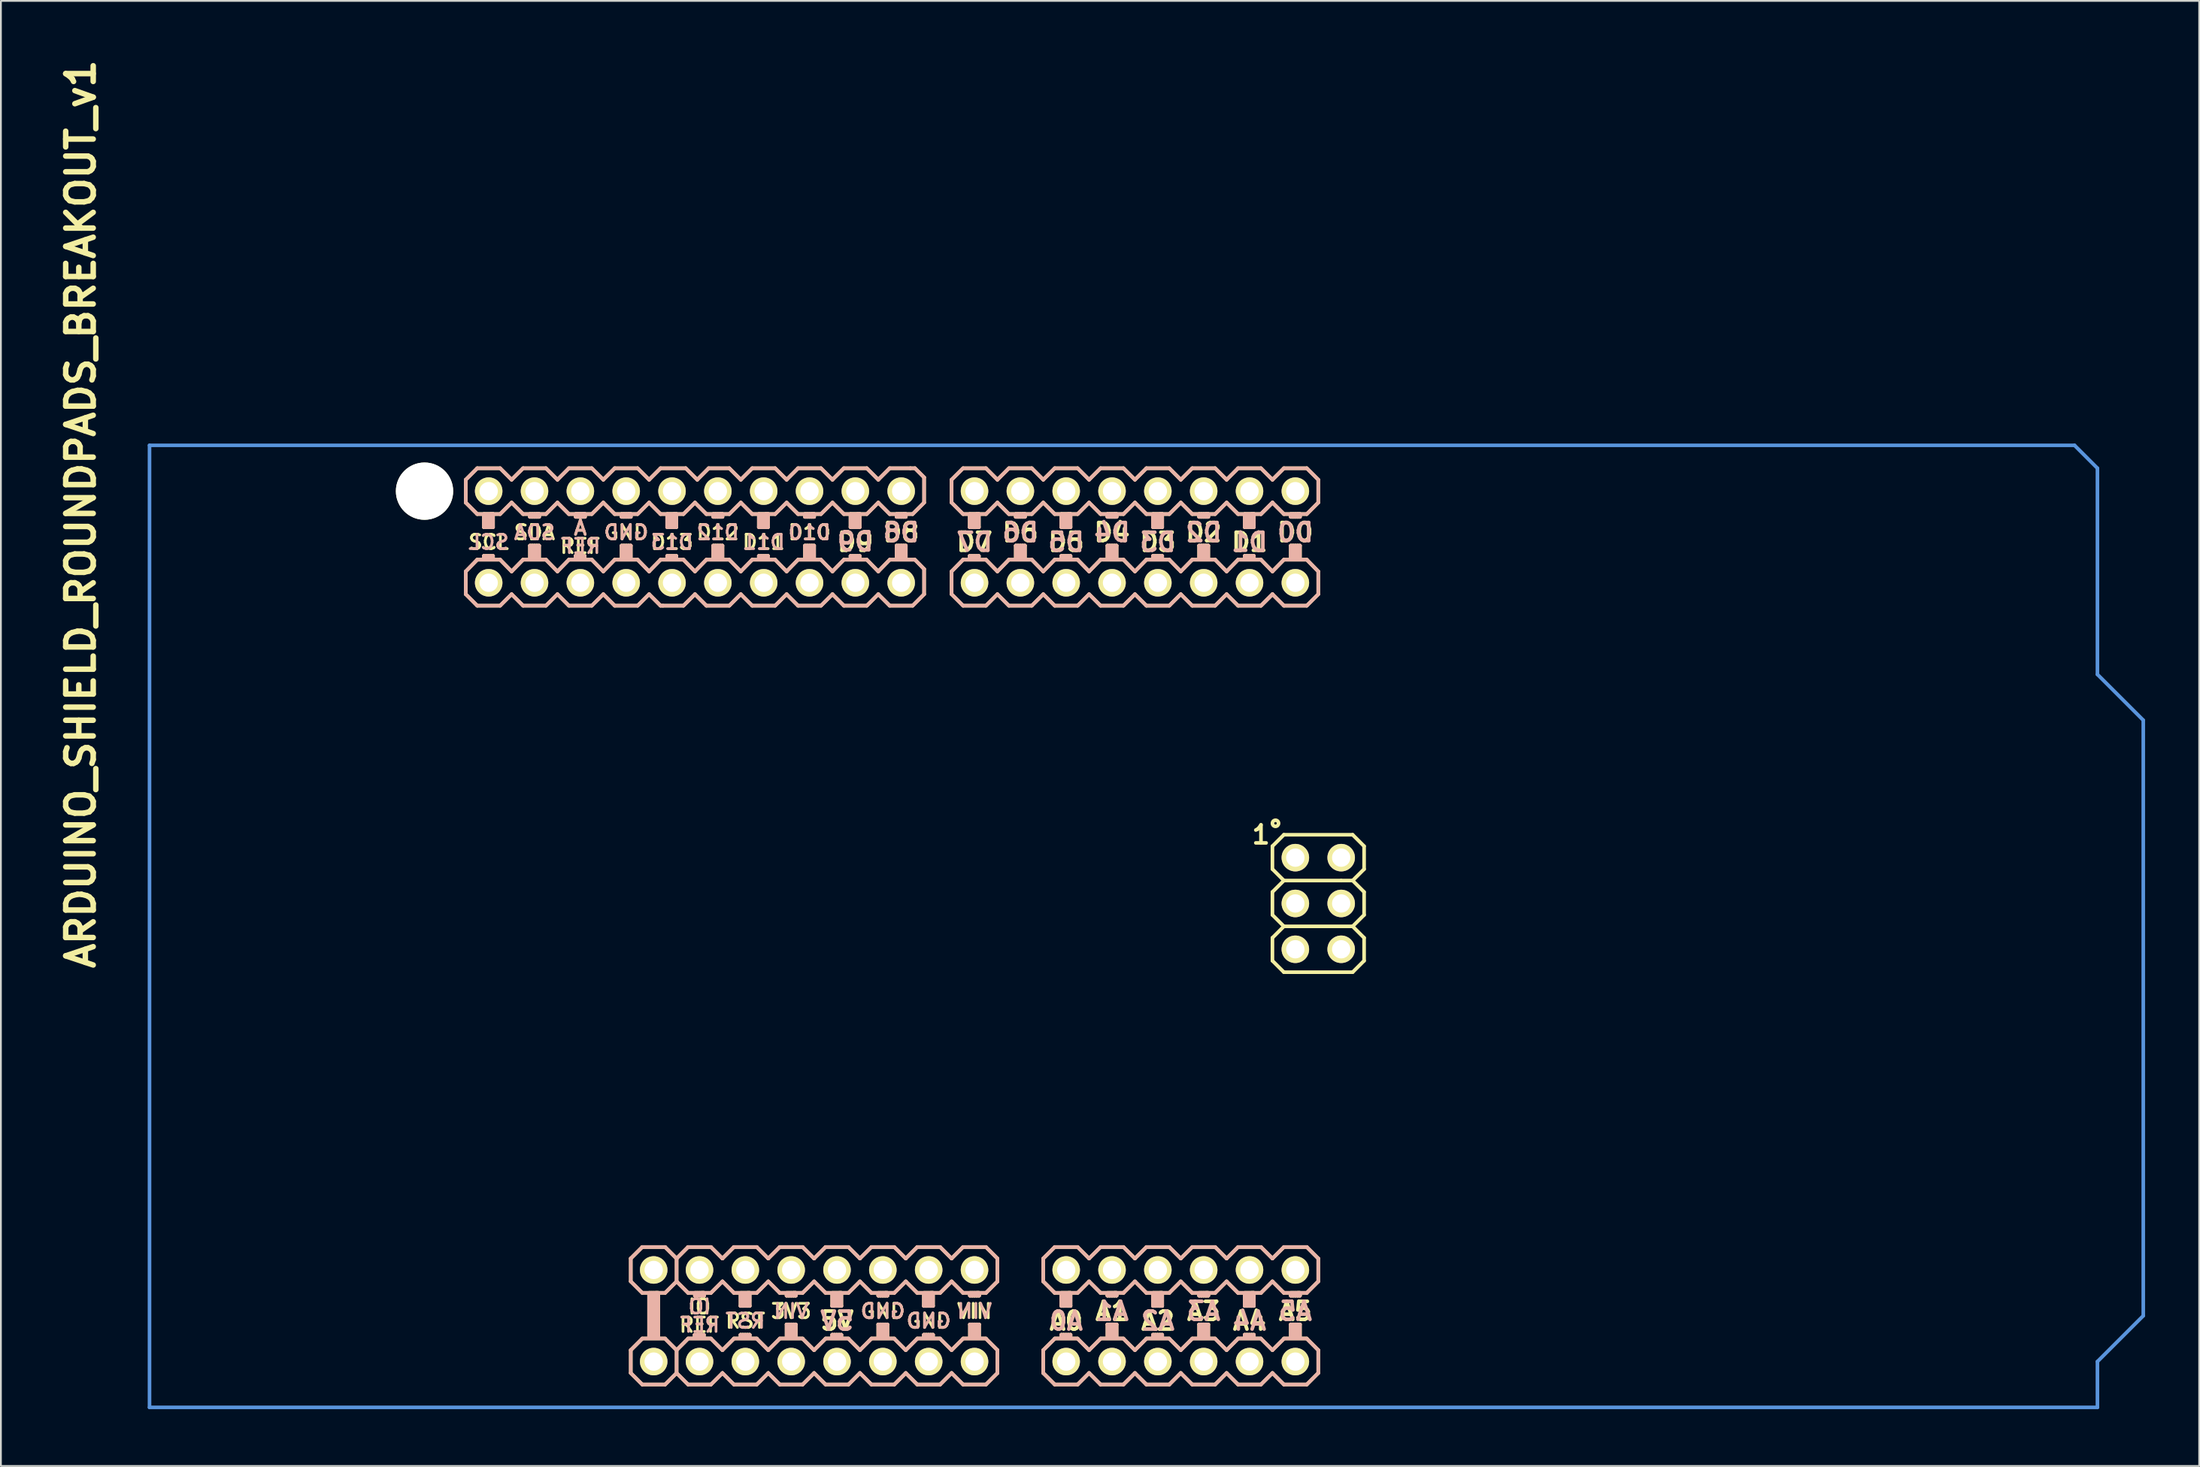
<source format=kicad_pcb>
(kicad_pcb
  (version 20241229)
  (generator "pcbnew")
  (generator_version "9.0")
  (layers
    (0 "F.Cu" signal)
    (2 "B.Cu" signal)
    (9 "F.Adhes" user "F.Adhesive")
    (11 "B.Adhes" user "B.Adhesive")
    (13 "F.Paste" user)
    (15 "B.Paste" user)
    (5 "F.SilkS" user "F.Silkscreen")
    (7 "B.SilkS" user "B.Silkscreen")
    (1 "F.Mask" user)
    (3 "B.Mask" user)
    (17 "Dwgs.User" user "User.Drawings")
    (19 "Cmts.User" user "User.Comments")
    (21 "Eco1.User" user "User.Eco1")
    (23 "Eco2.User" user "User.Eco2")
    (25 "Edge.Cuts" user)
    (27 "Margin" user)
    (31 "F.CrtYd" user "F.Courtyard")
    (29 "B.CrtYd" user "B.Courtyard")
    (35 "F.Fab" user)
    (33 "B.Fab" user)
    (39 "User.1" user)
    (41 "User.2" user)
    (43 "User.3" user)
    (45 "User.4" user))
  (footprint "ARDUINO_SHIELD_ROUNDPADS_BREAKOUT_v1"
    (layer "F.Cu")
    (at 5.236 74.981)
    (property "Reference" "ARDUINO_SHIELD_ROUNDPADS_BREAKOUT_v1" (at -3.81 -49.53 90) (layer "F.SilkS") (effects (font (size 1.524 1.524) (thickness 0.305))))
    (attr through_hole)
    (fp_line (start 17.526 -51.435) (end 17.526 -50.165) (stroke (width 0.2) (type solid)) (layer "F.SilkS"))
    (fp_line (start 17.526 -46.35) (end 17.526 -45.085) (stroke (width 0.2) (type solid)) (layer "F.SilkS"))
    (fp_line (start 18.161 -52.07) (end 17.526 -51.435) (stroke (width 0.2) (type solid)) (layer "F.SilkS"))
    (fp_line (start 18.161 -49.53) (end 17.526 -50.165) (stroke (width 0.2) (type solid)) (layer "F.SilkS"))
    (fp_line (start 18.161 -47) (end 17.526 -46.35) (stroke (width 0.2) (type solid)) (layer "F.SilkS"))
    (fp_line (start 18.161 -47) (end 19.431 -47) (stroke (width 0.2) (type solid)) (layer "F.SilkS"))
    (fp_line (start 18.161 -44.45) (end 17.526 -45.085) (stroke (width 0.2) (type solid)) (layer "F.SilkS"))
    (fp_line (start 18.528 -49.53) (end 18.528 -48.804) (stroke (width 0.2) (type solid)) (layer "F.SilkS"))
    (fp_line (start 18.528 -47.208) (end 18.528 -47.053) (stroke (width 0.2) (type solid)) (layer "F.SilkS"))
    (fp_line (start 18.528 -47.053) (end 18.655 -47.053) (stroke (width 0.2) (type solid)) (layer "F.SilkS"))
    (fp_line (start 18.528 -47.053) (end 19.036 -47.053) (stroke (width 0.2) (type solid)) (layer "F.SilkS"))
    (fp_line (start 18.655 -48.804) (end 18.655 -49.467) (stroke (width 0.2) (type solid)) (layer "F.SilkS"))
    (fp_line (start 18.655 -47.053) (end 18.655 -47.208) (stroke (width 0.2) (type solid)) (layer "F.SilkS"))
    (fp_line (start 18.782 -48.807) (end 18.782 -49.467) (stroke (width 0.2) (type solid)) (layer "F.SilkS"))
    (fp_line (start 18.782 -47.053) (end 18.782 -47.208) (stroke (width 0.2) (type solid)) (layer "F.SilkS"))
    (fp_line (start 18.909 -48.804) (end 18.909 -49.53) (stroke (width 0.2) (type solid)) (layer "F.SilkS"))
    (fp_line (start 18.909 -47.053) (end 18.909 -47.208) (stroke (width 0.2) (type solid)) (layer "F.SilkS"))
    (fp_line (start 19.036 -48.804) (end 18.528 -48.804) (stroke (width 0.2) (type solid)) (layer "F.SilkS"))
    (fp_line (start 19.036 -48.804) (end 19.036 -49.53) (stroke (width 0.2) (type solid)) (layer "F.SilkS"))
    (fp_line (start 19.036 -47.208) (end 18.528 -47.208) (stroke (width 0.2) (type solid)) (layer "F.SilkS"))
    (fp_line (start 19.036 -47.053) (end 19.036 -47.208) (stroke (width 0.2) (type solid)) (layer "F.SilkS"))
    (fp_line (start 19.045 -49.53) (end 18.537 -49.53) (stroke (width 0.2) (type solid)) (layer "F.SilkS"))
    (fp_line (start 19.045 -49.53) (end 18.918 -49.53) (stroke (width 0.2) (type solid)) (layer "F.SilkS"))
    (fp_line (start 19.431 -52.07) (end 18.161 -52.07) (stroke (width 0.2) (type solid)) (layer "F.SilkS"))
    (fp_line (start 19.431 -49.53) (end 18.161 -49.53) (stroke (width 0.2) (type solid)) (layer "F.SilkS"))
    (fp_line (start 19.431 -44.45) (end 18.161 -44.45) (stroke (width 0.2) (type solid)) (layer "F.SilkS"))
    (fp_line (start 20.066 -51.435) (end 19.431 -52.07) (stroke (width 0.2) (type solid)) (layer "F.SilkS"))
    (fp_line (start 20.066 -50.165) (end 19.431 -49.53) (stroke (width 0.2) (type solid)) (layer "F.SilkS"))
    (fp_line (start 20.066 -46.35) (end 19.431 -47) (stroke (width 0.2) (type solid)) (layer "F.SilkS"))
    (fp_line (start 20.066 -45.085) (end 19.431 -44.45) (stroke (width 0.2) (type solid)) (layer "F.SilkS"))
    (fp_line (start 20.701 -52.07) (end 20.066 -51.435) (stroke (width 0.2) (type solid)) (layer "F.SilkS"))
    (fp_line (start 20.701 -49.53) (end 20.066 -50.165) (stroke (width 0.2) (type solid)) (layer "F.SilkS"))
    (fp_line (start 20.701 -49.53) (end 21.971 -49.53) (stroke (width 0.2) (type solid)) (layer "F.SilkS"))
    (fp_line (start 20.701 -47) (end 20.066 -46.35) (stroke (width 0.2) (type solid)) (layer "F.SilkS"))
    (fp_line (start 20.701 -47) (end 21.971 -47) (stroke (width 0.2) (type solid)) (layer "F.SilkS"))
    (fp_line (start 20.701 -44.45) (end 20.066 -45.085) (stroke (width 0.2) (type solid)) (layer "F.SilkS"))
    (fp_line (start 21.082 -49.53) (end 21.082 -49.376) (stroke (width 0.2) (type solid)) (layer "F.SilkS"))
    (fp_line (start 21.082 -49.376) (end 21.59 -49.376) (stroke (width 0.2) (type solid)) (layer "F.SilkS"))
    (fp_line (start 21.082 -47.779) (end 21.082 -47.053) (stroke (width 0.2) (type solid)) (layer "F.SilkS"))
    (fp_line (start 21.082 -47.779) (end 21.59 -47.779) (stroke (width 0.2) (type solid)) (layer "F.SilkS"))
    (fp_line (start 21.209 -49.53) (end 21.209 -49.376) (stroke (width 0.2) (type solid)) (layer "F.SilkS"))
    (fp_line (start 21.209 -47.779) (end 21.209 -47.053) (stroke (width 0.2) (type solid)) (layer "F.SilkS"))
    (fp_line (start 21.336 -49.53) (end 21.336 -49.376) (stroke (width 0.2) (type solid)) (layer "F.SilkS"))
    (fp_line (start 21.336 -47.779) (end 21.336 -47.117) (stroke (width 0.2) (type solid)) (layer "F.SilkS"))
    (fp_line (start 21.463 -49.53) (end 21.463 -49.376) (stroke (width 0.2) (type solid)) (layer "F.SilkS"))
    (fp_line (start 21.463 -47.779) (end 21.463 -47.117) (stroke (width 0.2) (type solid)) (layer "F.SilkS"))
    (fp_line (start 21.59 -49.53) (end 21.082 -49.53) (stroke (width 0.2) (type solid)) (layer "F.SilkS"))
    (fp_line (start 21.59 -49.53) (end 21.463 -49.53) (stroke (width 0.2) (type solid)) (layer "F.SilkS"))
    (fp_line (start 21.59 -49.376) (end 21.59 -49.53) (stroke (width 0.2) (type solid)) (layer "F.SilkS"))
    (fp_line (start 21.59 -47.053) (end 21.59 -47.779) (stroke (width 0.2) (type solid)) (layer "F.SilkS"))
    (fp_line (start 21.971 -52.07) (end 20.701 -52.07) (stroke (width 0.2) (type solid)) (layer "F.SilkS"))
    (fp_line (start 21.971 -44.45) (end 20.701 -44.45) (stroke (width 0.2) (type solid)) (layer "F.SilkS"))
    (fp_line (start 22.606 -51.435) (end 21.971 -52.07) (stroke (width 0.2) (type solid)) (layer "F.SilkS"))
    (fp_line (start 22.606 -50.165) (end 21.971 -49.53) (stroke (width 0.2) (type solid)) (layer "F.SilkS"))
    (fp_line (start 22.606 -46.35) (end 21.971 -47) (stroke (width 0.2) (type solid)) (layer "F.SilkS"))
    (fp_line (start 22.606 -45.085) (end 21.971 -44.45) (stroke (width 0.2) (type solid)) (layer "F.SilkS"))
    (fp_line (start 23.241 -52.07) (end 22.606 -51.435) (stroke (width 0.2) (type solid)) (layer "F.SilkS"))
    (fp_line (start 23.241 -49.53) (end 22.606 -50.165) (stroke (width 0.2) (type solid)) (layer "F.SilkS"))
    (fp_line (start 23.241 -47) (end 22.606 -46.35) (stroke (width 0.2) (type solid)) (layer "F.SilkS"))
    (fp_line (start 23.241 -47) (end 24.511 -47) (stroke (width 0.2) (type solid)) (layer "F.SilkS"))
    (fp_line (start 23.241 -44.45) (end 22.606 -45.085) (stroke (width 0.2) (type solid)) (layer "F.SilkS"))
    (fp_line (start 23.608 -47.208) (end 23.608 -47.053) (stroke (width 0.2) (type solid)) (layer "F.SilkS"))
    (fp_line (start 23.608 -47.053) (end 23.735 -47.053) (stroke (width 0.2) (type solid)) (layer "F.SilkS"))
    (fp_line (start 23.608 -47.053) (end 24.116 -47.053) (stroke (width 0.2) (type solid)) (layer "F.SilkS"))
    (fp_line (start 23.622 -49.53) (end 23.622 -49.376) (stroke (width 0.2) (type solid)) (layer "F.SilkS"))
    (fp_line (start 23.622 -49.376) (end 24.13 -49.376) (stroke (width 0.2) (type solid)) (layer "F.SilkS"))
    (fp_line (start 23.735 -47.053) (end 23.735 -47.208) (stroke (width 0.2) (type solid)) (layer "F.SilkS"))
    (fp_line (start 23.749 -49.53) (end 23.749 -49.376) (stroke (width 0.2) (type solid)) (layer "F.SilkS"))
    (fp_line (start 23.862 -47.053) (end 23.862 -47.208) (stroke (width 0.2) (type solid)) (layer "F.SilkS"))
    (fp_line (start 23.876 -49.53) (end 23.876 -49.376) (stroke (width 0.2) (type solid)) (layer "F.SilkS"))
    (fp_line (start 23.989 -47.053) (end 23.989 -47.208) (stroke (width 0.2) (type solid)) (layer "F.SilkS"))
    (fp_line (start 24.003 -49.53) (end 24.003 -49.376) (stroke (width 0.2) (type solid)) (layer "F.SilkS"))
    (fp_line (start 24.116 -47.208) (end 23.608 -47.208) (stroke (width 0.2) (type solid)) (layer "F.SilkS"))
    (fp_line (start 24.116 -47.053) (end 24.116 -47.208) (stroke (width 0.2) (type solid)) (layer "F.SilkS"))
    (fp_line (start 24.125 -49.53) (end 23.617 -49.53) (stroke (width 0.2) (type solid)) (layer "F.SilkS"))
    (fp_line (start 24.125 -49.53) (end 23.998 -49.53) (stroke (width 0.2) (type solid)) (layer "F.SilkS"))
    (fp_line (start 24.13 -49.53) (end 23.622 -49.53) (stroke (width 0.2) (type solid)) (layer "F.SilkS"))
    (fp_line (start 24.13 -49.53) (end 24.003 -49.53) (stroke (width 0.2) (type solid)) (layer "F.SilkS"))
    (fp_line (start 24.13 -49.376) (end 24.13 -49.53) (stroke (width 0.2) (type solid)) (layer "F.SilkS"))
    (fp_line (start 24.511 -52.07) (end 23.241 -52.07) (stroke (width 0.2) (type solid)) (layer "F.SilkS"))
    (fp_line (start 24.511 -49.53) (end 23.241 -49.53) (stroke (width 0.2) (type solid)) (layer "F.SilkS"))
    (fp_line (start 24.511 -44.45) (end 23.241 -44.45) (stroke (width 0.2) (type solid)) (layer "F.SilkS"))
    (fp_line (start 25.146 -51.435) (end 24.511 -52.07) (stroke (width 0.2) (type solid)) (layer "F.SilkS"))
    (fp_line (start 25.146 -50.165) (end 24.511 -49.53) (stroke (width 0.2) (type solid)) (layer "F.SilkS"))
    (fp_line (start 25.146 -46.35) (end 24.511 -47) (stroke (width 0.2) (type solid)) (layer "F.SilkS"))
    (fp_line (start 25.146 -45.085) (end 24.511 -44.45) (stroke (width 0.2) (type solid)) (layer "F.SilkS"))
    (fp_line (start 25.781 -52.07) (end 25.146 -51.435) (stroke (width 0.2) (type solid)) (layer "F.SilkS"))
    (fp_line (start 25.781 -49.53) (end 25.146 -50.165) (stroke (width 0.2) (type solid)) (layer "F.SilkS"))
    (fp_line (start 25.781 -49.53) (end 27.051 -49.53) (stroke (width 0.2) (type solid)) (layer "F.SilkS"))
    (fp_line (start 25.781 -47) (end 25.146 -46.35) (stroke (width 0.2) (type solid)) (layer "F.SilkS"))
    (fp_line (start 25.781 -47) (end 27.051 -47) (stroke (width 0.2) (type solid)) (layer "F.SilkS"))
    (fp_line (start 25.781 -44.45) (end 25.146 -45.085) (stroke (width 0.2) (type solid)) (layer "F.SilkS"))
    (fp_line (start 26.162 -49.53) (end 26.162 -49.376) (stroke (width 0.2) (type solid)) (layer "F.SilkS"))
    (fp_line (start 26.162 -49.376) (end 26.67 -49.376) (stroke (width 0.2) (type solid)) (layer "F.SilkS"))
    (fp_line (start 26.162 -47.779) (end 26.162 -47.053) (stroke (width 0.2) (type solid)) (layer "F.SilkS"))
    (fp_line (start 26.162 -47.779) (end 26.67 -47.779) (stroke (width 0.2) (type solid)) (layer "F.SilkS"))
    (fp_line (start 26.289 -49.53) (end 26.289 -49.376) (stroke (width 0.2) (type solid)) (layer "F.SilkS"))
    (fp_line (start 26.289 -47.779) (end 26.289 -47.053) (stroke (width 0.2) (type solid)) (layer "F.SilkS"))
    (fp_line (start 26.416 -49.53) (end 26.416 -49.376) (stroke (width 0.2) (type solid)) (layer "F.SilkS"))
    (fp_line (start 26.416 -47.779) (end 26.416 -47.117) (stroke (width 0.2) (type solid)) (layer "F.SilkS"))
    (fp_line (start 26.543 -49.53) (end 26.543 -49.376) (stroke (width 0.2) (type solid)) (layer "F.SilkS"))
    (fp_line (start 26.543 -47.779) (end 26.543 -47.117) (stroke (width 0.2) (type solid)) (layer "F.SilkS"))
    (fp_line (start 26.67 -49.53) (end 26.162 -49.53) (stroke (width 0.2) (type solid)) (layer "F.SilkS"))
    (fp_line (start 26.67 -49.53) (end 26.543 -49.53) (stroke (width 0.2) (type solid)) (layer "F.SilkS"))
    (fp_line (start 26.67 -49.376) (end 26.67 -49.53) (stroke (width 0.2) (type solid)) (layer "F.SilkS"))
    (fp_line (start 26.67 -47.053) (end 26.67 -47.779) (stroke (width 0.2) (type solid)) (layer "F.SilkS"))
    (fp_line (start 26.67 -8.255) (end 27.305 -8.89) (stroke (width 0.2) (type solid)) (layer "F.SilkS"))
    (fp_line (start 26.67 -6.985) (end 26.67 -8.255) (stroke (width 0.2) (type solid)) (layer "F.SilkS"))
    (fp_line (start 26.67 -3.175) (end 27.305 -3.81) (stroke (width 0.2) (type solid)) (layer "F.SilkS"))
    (fp_line (start 26.67 -1.905) (end 26.67 -3.175) (stroke (width 0.2) (type solid)) (layer "F.SilkS"))
    (fp_line (start 27.051 -52.07) (end 25.781 -52.07) (stroke (width 0.2) (type solid)) (layer "F.SilkS"))
    (fp_line (start 27.051 -44.45) (end 25.781 -44.45) (stroke (width 0.2) (type solid)) (layer "F.SilkS"))
    (fp_line (start 27.305 -8.89) (end 28.575 -8.89) (stroke (width 0.2) (type solid)) (layer "F.SilkS"))
    (fp_line (start 27.305 -6.35) (end 26.67 -6.985) (stroke (width 0.2) (type solid)) (layer "F.SilkS"))
    (fp_line (start 27.305 -3.82) (end 28.575 -3.82) (stroke (width 0.2) (type solid)) (layer "F.SilkS"))
    (fp_line (start 27.305 -1.27) (end 26.67 -1.905) (stroke (width 0.2) (type solid)) (layer "F.SilkS"))
    (fp_line (start 27.686 -51.435) (end 27.051 -52.07) (stroke (width 0.2) (type solid)) (layer "F.SilkS"))
    (fp_line (start 27.686 -50.165) (end 27.051 -49.53) (stroke (width 0.2) (type solid)) (layer "F.SilkS"))
    (fp_line (start 27.686 -46.35) (end 27.051 -47) (stroke (width 0.2) (type solid)) (layer "F.SilkS"))
    (fp_line (start 27.686 -45.085) (end 27.051 -44.45) (stroke (width 0.2) (type solid)) (layer "F.SilkS"))
    (fp_line (start 27.686 -6.35) (end 27.686 -3.873) (stroke (width 0.2) (type solid)) (layer "F.SilkS"))
    (fp_line (start 27.813 -6.287) (end 27.813 -3.873) (stroke (width 0.2) (type solid)) (layer "F.SilkS"))
    (fp_line (start 27.94 -6.287) (end 27.813 -6.287) (stroke (width 0.2) (type solid)) (layer "F.SilkS"))
    (fp_line (start 27.94 -3.873) (end 27.94 -6.287) (stroke (width 0.2) (type solid)) (layer "F.SilkS"))
    (fp_line (start 28.067 -6.35) (end 28.067 -3.873) (stroke (width 0.2) (type solid)) (layer "F.SilkS"))
    (fp_line (start 28.067 -3.873) (end 27.94 -3.873) (stroke (width 0.2) (type solid)) (layer "F.SilkS"))
    (fp_line (start 28.189 -6.35) (end 27.681 -6.35) (stroke (width 0.2) (type solid)) (layer "F.SilkS"))
    (fp_line (start 28.189 -6.35) (end 28.062 -6.35) (stroke (width 0.2) (type solid)) (layer "F.SilkS"))
    (fp_line (start 28.194 -6.35) (end 28.194 -3.873) (stroke (width 0.2) (type solid)) (layer "F.SilkS"))
    (fp_line (start 28.321 -52.07) (end 27.686 -51.435) (stroke (width 0.2) (type solid)) (layer "F.SilkS"))
    (fp_line (start 28.321 -49.53) (end 27.686 -50.165) (stroke (width 0.2) (type solid)) (layer "F.SilkS"))
    (fp_line (start 28.321 -47) (end 27.686 -46.35) (stroke (width 0.2) (type solid)) (layer "F.SilkS"))
    (fp_line (start 28.321 -47) (end 29.591 -47) (stroke (width 0.2) (type solid)) (layer "F.SilkS"))
    (fp_line (start 28.321 -44.45) (end 27.686 -45.085) (stroke (width 0.2) (type solid)) (layer "F.SilkS"))
    (fp_line (start 28.448 -44.45) (end 28.321 -44.45) (stroke (width 0.2) (type solid)) (layer "F.SilkS"))
    (fp_line (start 28.575 -8.89) (end 29.21 -8.255) (stroke (width 0.2) (type solid)) (layer "F.SilkS"))
    (fp_line (start 28.575 -6.35) (end 27.305 -6.35) (stroke (width 0.2) (type solid)) (layer "F.SilkS"))
    (fp_line (start 28.575 -3.81) (end 29.21 -3.175) (stroke (width 0.2) (type solid)) (layer "F.SilkS"))
    (fp_line (start 28.575 -1.27) (end 27.305 -1.27) (stroke (width 0.2) (type solid)) (layer "F.SilkS"))
    (fp_line (start 28.688 -49.53) (end 28.688 -48.804) (stroke (width 0.2) (type solid)) (layer "F.SilkS"))
    (fp_line (start 28.688 -47.208) (end 28.688 -47.053) (stroke (width 0.2) (type solid)) (layer "F.SilkS"))
    (fp_line (start 28.688 -47.053) (end 28.815 -47.053) (stroke (width 0.2) (type solid)) (layer "F.SilkS"))
    (fp_line (start 28.688 -47.053) (end 29.196 -47.053) (stroke (width 0.2) (type solid)) (layer "F.SilkS"))
    (fp_line (start 28.815 -48.804) (end 28.815 -49.467) (stroke (width 0.2) (type solid)) (layer "F.SilkS"))
    (fp_line (start 28.815 -47.053) (end 28.815 -47.208) (stroke (width 0.2) (type solid)) (layer "F.SilkS"))
    (fp_line (start 28.942 -48.807) (end 28.942 -49.467) (stroke (width 0.2) (type solid)) (layer "F.SilkS"))
    (fp_line (start 28.942 -47.053) (end 28.942 -47.208) (stroke (width 0.2) (type solid)) (layer "F.SilkS"))
    (fp_line (start 29.069 -48.804) (end 29.069 -49.53) (stroke (width 0.2) (type solid)) (layer "F.SilkS"))
    (fp_line (start 29.069 -47.053) (end 29.069 -47.208) (stroke (width 0.2) (type solid)) (layer "F.SilkS"))
    (fp_line (start 29.196 -48.804) (end 28.688 -48.804) (stroke (width 0.2) (type solid)) (layer "F.SilkS"))
    (fp_line (start 29.196 -48.804) (end 29.196 -49.53) (stroke (width 0.2) (type solid)) (layer "F.SilkS"))
    (fp_line (start 29.196 -47.208) (end 28.688 -47.208) (stroke (width 0.2) (type solid)) (layer "F.SilkS"))
    (fp_line (start 29.196 -47.053) (end 29.196 -47.208) (stroke (width 0.2) (type solid)) (layer "F.SilkS"))
    (fp_line (start 29.205 -49.53) (end 28.697 -49.53) (stroke (width 0.2) (type solid)) (layer "F.SilkS"))
    (fp_line (start 29.205 -49.53) (end 29.078 -49.53) (stroke (width 0.2) (type solid)) (layer "F.SilkS"))
    (fp_line (start 29.21 -8.255) (end 29.21 -6.985) (stroke (width 0.2) (type solid)) (layer "F.SilkS"))
    (fp_line (start 29.21 -8.255) (end 29.845 -8.89) (stroke (width 0.2) (type solid)) (layer "F.SilkS"))
    (fp_line (start 29.21 -6.985) (end 28.575 -6.35) (stroke (width 0.2) (type solid)) (layer "F.SilkS"))
    (fp_line (start 29.21 -3.175) (end 29.21 -1.905) (stroke (width 0.2) (type solid)) (layer "F.SilkS"))
    (fp_line (start 29.21 -3.175) (end 29.845 -3.81) (stroke (width 0.2) (type solid)) (layer "F.SilkS"))
    (fp_line (start 29.21 -1.905) (end 28.575 -1.27) (stroke (width 0.2) (type solid)) (layer "F.SilkS"))
    (fp_line (start 29.591 -49.53) (end 28.321 -49.53) (stroke (width 0.2) (type solid)) (layer "F.SilkS"))
    (fp_line (start 29.591 -44.45) (end 28.448 -44.45) (stroke (width 0.2) (type solid)) (layer "F.SilkS"))
    (fp_line (start 29.718 -52.07) (end 28.321 -52.07) (stroke (width 0.2) (type solid)) (layer "F.SilkS"))
    (fp_line (start 29.845 -8.89) (end 31.115 -8.89) (stroke (width 0.2) (type solid)) (layer "F.SilkS"))
    (fp_line (start 29.845 -6.35) (end 29.21 -6.985) (stroke (width 0.2) (type solid)) (layer "F.SilkS"))
    (fp_line (start 29.845 -6.35) (end 31.115 -6.35) (stroke (width 0.2) (type solid)) (layer "F.SilkS"))
    (fp_line (start 29.845 -3.82) (end 31.115 -3.82) (stroke (width 0.2) (type solid)) (layer "F.SilkS"))
    (fp_line (start 29.845 -1.27) (end 29.21 -1.905) (stroke (width 0.2) (type solid)) (layer "F.SilkS"))
    (fp_line (start 30.212 -4.027) (end 30.212 -3.873) (stroke (width 0.2) (type solid)) (layer "F.SilkS"))
    (fp_line (start 30.212 -3.873) (end 30.339 -3.873) (stroke (width 0.2) (type solid)) (layer "F.SilkS"))
    (fp_line (start 30.212 -3.873) (end 30.72 -3.873) (stroke (width 0.2) (type solid)) (layer "F.SilkS"))
    (fp_line (start 30.226 -50.165) (end 29.591 -49.53) (stroke (width 0.2) (type solid)) (layer "F.SilkS"))
    (fp_line (start 30.226 -46.35) (end 29.591 -47) (stroke (width 0.2) (type solid)) (layer "F.SilkS"))
    (fp_line (start 30.226 -45.085) (end 29.591 -44.45) (stroke (width 0.2) (type solid)) (layer "F.SilkS"))
    (fp_line (start 30.226 -6.35) (end 30.226 -6.196) (stroke (width 0.2) (type solid)) (layer "F.SilkS"))
    (fp_line (start 30.226 -6.196) (end 30.734 -6.196) (stroke (width 0.2) (type solid)) (layer "F.SilkS"))
    (fp_line (start 30.339 -3.873) (end 30.339 -4.027) (stroke (width 0.2) (type solid)) (layer "F.SilkS"))
    (fp_line (start 30.353 -51.435) (end 29.718 -52.07) (stroke (width 0.2) (type solid)) (layer "F.SilkS"))
    (fp_line (start 30.353 -6.35) (end 30.353 -6.196) (stroke (width 0.2) (type solid)) (layer "F.SilkS"))
    (fp_line (start 30.466 -3.873) (end 30.466 -4.027) (stroke (width 0.2) (type solid)) (layer "F.SilkS"))
    (fp_line (start 30.48 -6.35) (end 30.48 -6.196) (stroke (width 0.2) (type solid)) (layer "F.SilkS"))
    (fp_line (start 30.593 -3.873) (end 30.593 -4.027) (stroke (width 0.2) (type solid)) (layer "F.SilkS"))
    (fp_line (start 30.607 -6.35) (end 30.607 -6.196) (stroke (width 0.2) (type solid)) (layer "F.SilkS"))
    (fp_line (start 30.72 -4.027) (end 30.212 -4.027) (stroke (width 0.2) (type solid)) (layer "F.SilkS"))
    (fp_line (start 30.72 -3.873) (end 30.72 -4.027) (stroke (width 0.2) (type solid)) (layer "F.SilkS"))
    (fp_line (start 30.734 -6.35) (end 30.226 -6.35) (stroke (width 0.2) (type solid)) (layer "F.SilkS"))
    (fp_line (start 30.734 -6.35) (end 30.607 -6.35) (stroke (width 0.2) (type solid)) (layer "F.SilkS"))
    (fp_line (start 30.734 -6.196) (end 30.734 -6.35) (stroke (width 0.2) (type solid)) (layer "F.SilkS"))
    (fp_line (start 30.861 -49.53) (end 30.226 -50.165) (stroke (width 0.2) (type solid)) (layer "F.SilkS"))
    (fp_line (start 30.861 -49.53) (end 32.131 -49.53) (stroke (width 0.2) (type solid)) (layer "F.SilkS"))
    (fp_line (start 30.861 -47) (end 30.226 -46.35) (stroke (width 0.2) (type solid)) (layer "F.SilkS"))
    (fp_line (start 30.861 -47) (end 32.131 -47) (stroke (width 0.2) (type solid)) (layer "F.SilkS"))
    (fp_line (start 30.861 -44.45) (end 30.226 -45.085) (stroke (width 0.2) (type solid)) (layer "F.SilkS"))
    (fp_line (start 30.988 -52.07) (end 30.353 -51.435) (stroke (width 0.2) (type solid)) (layer "F.SilkS"))
    (fp_line (start 31.115 -8.89) (end 31.75 -8.255) (stroke (width 0.2) (type solid)) (layer "F.SilkS"))
    (fp_line (start 31.115 -3.81) (end 31.75 -3.175) (stroke (width 0.2) (type solid)) (layer "F.SilkS"))
    (fp_line (start 31.115 -1.27) (end 29.845 -1.27) (stroke (width 0.2) (type solid)) (layer "F.SilkS"))
    (fp_line (start 31.242 -49.53) (end 31.242 -49.376) (stroke (width 0.2) (type solid)) (layer "F.SilkS"))
    (fp_line (start 31.242 -49.376) (end 31.75 -49.376) (stroke (width 0.2) (type solid)) (layer "F.SilkS"))
    (fp_line (start 31.242 -47.779) (end 31.242 -47.053) (stroke (width 0.2) (type solid)) (layer "F.SilkS"))
    (fp_line (start 31.242 -47.779) (end 31.75 -47.779) (stroke (width 0.2) (type solid)) (layer "F.SilkS"))
    (fp_line (start 31.369 -49.53) (end 31.369 -49.376) (stroke (width 0.2) (type solid)) (layer "F.SilkS"))
    (fp_line (start 31.369 -47.779) (end 31.369 -47.053) (stroke (width 0.2) (type solid)) (layer "F.SilkS"))
    (fp_line (start 31.496 -49.53) (end 31.496 -49.376) (stroke (width 0.2) (type solid)) (layer "F.SilkS"))
    (fp_line (start 31.496 -47.779) (end 31.496 -47.117) (stroke (width 0.2) (type solid)) (layer "F.SilkS"))
    (fp_line (start 31.623 -49.53) (end 31.623 -49.376) (stroke (width 0.2) (type solid)) (layer "F.SilkS"))
    (fp_line (start 31.623 -47.779) (end 31.623 -47.117) (stroke (width 0.2) (type solid)) (layer "F.SilkS"))
    (fp_line (start 31.75 -49.53) (end 31.242 -49.53) (stroke (width 0.2) (type solid)) (layer "F.SilkS"))
    (fp_line (start 31.75 -49.53) (end 31.623 -49.53) (stroke (width 0.2) (type solid)) (layer "F.SilkS"))
    (fp_line (start 31.75 -49.376) (end 31.75 -49.53) (stroke (width 0.2) (type solid)) (layer "F.SilkS"))
    (fp_line (start 31.75 -47.053) (end 31.75 -47.779) (stroke (width 0.2) (type solid)) (layer "F.SilkS"))
    (fp_line (start 31.75 -8.255) (end 32.385 -8.89) (stroke (width 0.2) (type solid)) (layer "F.SilkS"))
    (fp_line (start 31.75 -6.985) (end 31.115 -6.35) (stroke (width 0.2) (type solid)) (layer "F.SilkS"))
    (fp_line (start 31.75 -3.175) (end 32.385 -3.81) (stroke (width 0.2) (type solid)) (layer "F.SilkS"))
    (fp_line (start 31.75 -1.905) (end 31.115 -1.27) (stroke (width 0.2) (type solid)) (layer "F.SilkS"))
    (fp_line (start 32.131 -52.07) (end 30.988 -52.07) (stroke (width 0.2) (type solid)) (layer "F.SilkS"))
    (fp_line (start 32.131 -44.45) (end 30.861 -44.45) (stroke (width 0.2) (type solid)) (layer "F.SilkS"))
    (fp_line (start 32.385 -8.89) (end 33.655 -8.89) (stroke (width 0.2) (type solid)) (layer "F.SilkS"))
    (fp_line (start 32.385 -6.35) (end 31.75 -6.985) (stroke (width 0.2) (type solid)) (layer "F.SilkS"))
    (fp_line (start 32.385 -3.82) (end 33.655 -3.82) (stroke (width 0.2) (type solid)) (layer "F.SilkS"))
    (fp_line (start 32.385 -1.27) (end 31.75 -1.905) (stroke (width 0.2) (type solid)) (layer "F.SilkS"))
    (fp_line (start 32.385 -1.27) (end 33.655 -1.27) (stroke (width 0.2) (type solid)) (layer "F.SilkS"))
    (fp_line (start 32.752 -6.35) (end 32.752 -5.625) (stroke (width 0.2) (type solid)) (layer "F.SilkS"))
    (fp_line (start 32.752 -4.027) (end 32.752 -3.873) (stroke (width 0.2) (type solid)) (layer "F.SilkS"))
    (fp_line (start 32.752 -3.873) (end 32.879 -3.873) (stroke (width 0.2) (type solid)) (layer "F.SilkS"))
    (fp_line (start 32.752 -3.873) (end 33.26 -3.873) (stroke (width 0.2) (type solid)) (layer "F.SilkS"))
    (fp_line (start 32.766 -51.435) (end 32.131 -52.07) (stroke (width 0.2) (type solid)) (layer "F.SilkS"))
    (fp_line (start 32.766 -50.165) (end 32.131 -49.53) (stroke (width 0.2) (type solid)) (layer "F.SilkS"))
    (fp_line (start 32.766 -46.35) (end 32.131 -47) (stroke (width 0.2) (type solid)) (layer "F.SilkS"))
    (fp_line (start 32.766 -45.085) (end 32.131 -44.45) (stroke (width 0.2) (type solid)) (layer "F.SilkS"))
    (fp_line (start 32.879 -5.625) (end 32.879 -6.287) (stroke (width 0.2) (type solid)) (layer "F.SilkS"))
    (fp_line (start 32.879 -3.873) (end 32.879 -4.027) (stroke (width 0.2) (type solid)) (layer "F.SilkS"))
    (fp_line (start 33.006 -5.628) (end 33.006 -6.287) (stroke (width 0.2) (type solid)) (layer "F.SilkS"))
    (fp_line (start 33.006 -3.873) (end 33.006 -4.027) (stroke (width 0.2) (type solid)) (layer "F.SilkS"))
    (fp_line (start 33.133 -5.625) (end 33.133 -6.35) (stroke (width 0.2) (type solid)) (layer "F.SilkS"))
    (fp_line (start 33.133 -3.873) (end 33.133 -4.027) (stroke (width 0.2) (type solid)) (layer "F.SilkS"))
    (fp_line (start 33.26 -5.625) (end 32.752 -5.625) (stroke (width 0.2) (type solid)) (layer "F.SilkS"))
    (fp_line (start 33.26 -5.625) (end 33.26 -6.35) (stroke (width 0.2) (type solid)) (layer "F.SilkS"))
    (fp_line (start 33.26 -4.027) (end 32.752 -4.027) (stroke (width 0.2) (type solid)) (layer "F.SilkS"))
    (fp_line (start 33.26 -3.873) (end 33.26 -4.027) (stroke (width 0.2) (type solid)) (layer "F.SilkS"))
    (fp_line (start 33.269 -6.35) (end 32.761 -6.35) (stroke (width 0.2) (type solid)) (layer "F.SilkS"))
    (fp_line (start 33.269 -6.35) (end 33.142 -6.35) (stroke (width 0.2) (type solid)) (layer "F.SilkS"))
    (fp_line (start 33.401 -52.07) (end 32.766 -51.435) (stroke (width 0.2) (type solid)) (layer "F.SilkS"))
    (fp_line (start 33.401 -49.53) (end 32.766 -50.165) (stroke (width 0.2) (type solid)) (layer "F.SilkS"))
    (fp_line (start 33.401 -47) (end 32.766 -46.35) (stroke (width 0.2) (type solid)) (layer "F.SilkS"))
    (fp_line (start 33.401 -47) (end 34.671 -47) (stroke (width 0.2) (type solid)) (layer "F.SilkS"))
    (fp_line (start 33.401 -44.45) (end 32.766 -45.085) (stroke (width 0.2) (type solid)) (layer "F.SilkS"))
    (fp_line (start 33.655 -8.89) (end 34.29 -8.255) (stroke (width 0.2) (type solid)) (layer "F.SilkS"))
    (fp_line (start 33.655 -6.35) (end 32.385 -6.35) (stroke (width 0.2) (type solid)) (layer "F.SilkS"))
    (fp_line (start 33.655 -3.81) (end 34.29 -3.175) (stroke (width 0.2) (type solid)) (layer "F.SilkS"))
    (fp_line (start 33.768 -49.53) (end 33.768 -48.804) (stroke (width 0.2) (type solid)) (layer "F.SilkS"))
    (fp_line (start 33.768 -47.208) (end 33.768 -47.053) (stroke (width 0.2) (type solid)) (layer "F.SilkS"))
    (fp_line (start 33.768 -47.053) (end 33.895 -47.053) (stroke (width 0.2) (type solid)) (layer "F.SilkS"))
    (fp_line (start 33.768 -47.053) (end 34.276 -47.053) (stroke (width 0.2) (type solid)) (layer "F.SilkS"))
    (fp_line (start 33.895 -48.804) (end 33.895 -49.467) (stroke (width 0.2) (type solid)) (layer "F.SilkS"))
    (fp_line (start 33.895 -47.053) (end 33.895 -47.208) (stroke (width 0.2) (type solid)) (layer "F.SilkS"))
    (fp_line (start 34.022 -48.807) (end 34.022 -49.467) (stroke (width 0.2) (type solid)) (layer "F.SilkS"))
    (fp_line (start 34.022 -47.053) (end 34.022 -47.208) (stroke (width 0.2) (type solid)) (layer "F.SilkS"))
    (fp_line (start 34.149 -48.804) (end 34.149 -49.53) (stroke (width 0.2) (type solid)) (layer "F.SilkS"))
    (fp_line (start 34.149 -47.053) (end 34.149 -47.208) (stroke (width 0.2) (type solid)) (layer "F.SilkS"))
    (fp_line (start 34.276 -48.804) (end 33.768 -48.804) (stroke (width 0.2) (type solid)) (layer "F.SilkS"))
    (fp_line (start 34.276 -48.804) (end 34.276 -49.53) (stroke (width 0.2) (type solid)) (layer "F.SilkS"))
    (fp_line (start 34.276 -47.208) (end 33.768 -47.208) (stroke (width 0.2) (type solid)) (layer "F.SilkS"))
    (fp_line (start 34.276 -47.053) (end 34.276 -47.208) (stroke (width 0.2) (type solid)) (layer "F.SilkS"))
    (fp_line (start 34.285 -49.53) (end 33.777 -49.53) (stroke (width 0.2) (type solid)) (layer "F.SilkS"))
    (fp_line (start 34.285 -49.53) (end 34.158 -49.53) (stroke (width 0.2) (type solid)) (layer "F.SilkS"))
    (fp_line (start 34.29 -8.255) (end 34.925 -8.89) (stroke (width 0.2) (type solid)) (layer "F.SilkS"))
    (fp_line (start 34.29 -6.985) (end 33.655 -6.35) (stroke (width 0.2) (type solid)) (layer "F.SilkS"))
    (fp_line (start 34.29 -3.175) (end 34.925 -3.81) (stroke (width 0.2) (type solid)) (layer "F.SilkS"))
    (fp_line (start 34.29 -1.905) (end 33.655 -1.27) (stroke (width 0.2) (type solid)) (layer "F.SilkS"))
    (fp_line (start 34.671 -52.07) (end 33.401 -52.07) (stroke (width 0.2) (type solid)) (layer "F.SilkS"))
    (fp_line (start 34.671 -49.53) (end 33.401 -49.53) (stroke (width 0.2) (type solid)) (layer "F.SilkS"))
    (fp_line (start 34.671 -44.45) (end 33.401 -44.45) (stroke (width 0.2) (type solid)) (layer "F.SilkS"))
    (fp_line (start 34.925 -8.89) (end 36.195 -8.89) (stroke (width 0.2) (type solid)) (layer "F.SilkS"))
    (fp_line (start 34.925 -6.35) (end 34.29 -6.985) (stroke (width 0.2) (type solid)) (layer "F.SilkS"))
    (fp_line (start 34.925 -6.35) (end 36.195 -6.35) (stroke (width 0.2) (type solid)) (layer "F.SilkS"))
    (fp_line (start 34.925 -3.82) (end 36.195 -3.82) (stroke (width 0.2) (type solid)) (layer "F.SilkS"))
    (fp_line (start 34.925 -1.27) (end 34.29 -1.905) (stroke (width 0.2) (type solid)) (layer "F.SilkS"))
    (fp_line (start 35.306 -51.435) (end 34.671 -52.07) (stroke (width 0.2) (type solid)) (layer "F.SilkS"))
    (fp_line (start 35.306 -50.165) (end 34.671 -49.53) (stroke (width 0.2) (type solid)) (layer "F.SilkS"))
    (fp_line (start 35.306 -46.35) (end 34.671 -47) (stroke (width 0.2) (type solid)) (layer "F.SilkS"))
    (fp_line (start 35.306 -45.085) (end 34.671 -44.45) (stroke (width 0.2) (type solid)) (layer "F.SilkS"))
    (fp_line (start 35.306 -6.35) (end 35.306 -6.196) (stroke (width 0.2) (type solid)) (layer "F.SilkS"))
    (fp_line (start 35.306 -6.196) (end 35.814 -6.196) (stroke (width 0.2) (type solid)) (layer "F.SilkS"))
    (fp_line (start 35.306 -4.599) (end 35.306 -3.873) (stroke (width 0.2) (type solid)) (layer "F.SilkS"))
    (fp_line (start 35.306 -4.599) (end 35.814 -4.599) (stroke (width 0.2) (type solid)) (layer "F.SilkS"))
    (fp_line (start 35.433 -6.35) (end 35.433 -6.196) (stroke (width 0.2) (type solid)) (layer "F.SilkS"))
    (fp_line (start 35.433 -4.599) (end 35.433 -3.873) (stroke (width 0.2) (type solid)) (layer "F.SilkS"))
    (fp_line (start 35.56 -6.35) (end 35.56 -6.196) (stroke (width 0.2) (type solid)) (layer "F.SilkS"))
    (fp_line (start 35.56 -4.599) (end 35.56 -3.937) (stroke (width 0.2) (type solid)) (layer "F.SilkS"))
    (fp_line (start 35.687 -6.35) (end 35.687 -6.196) (stroke (width 0.2) (type solid)) (layer "F.SilkS"))
    (fp_line (start 35.687 -4.599) (end 35.687 -3.937) (stroke (width 0.2) (type solid)) (layer "F.SilkS"))
    (fp_line (start 35.814 -6.35) (end 35.306 -6.35) (stroke (width 0.2) (type solid)) (layer "F.SilkS"))
    (fp_line (start 35.814 -6.35) (end 35.687 -6.35) (stroke (width 0.2) (type solid)) (layer "F.SilkS"))
    (fp_line (start 35.814 -6.196) (end 35.814 -6.35) (stroke (width 0.2) (type solid)) (layer "F.SilkS"))
    (fp_line (start 35.814 -3.873) (end 35.814 -4.599) (stroke (width 0.2) (type solid)) (layer "F.SilkS"))
    (fp_line (start 35.941 -52.07) (end 35.306 -51.435) (stroke (width 0.2) (type solid)) (layer "F.SilkS"))
    (fp_line (start 35.941 -49.53) (end 35.306 -50.165) (stroke (width 0.2) (type solid)) (layer "F.SilkS"))
    (fp_line (start 35.941 -49.53) (end 37.211 -49.53) (stroke (width 0.2) (type solid)) (layer "F.SilkS"))
    (fp_line (start 35.941 -47) (end 35.306 -46.35) (stroke (width 0.2) (type solid)) (layer "F.SilkS"))
    (fp_line (start 35.941 -47) (end 37.211 -47) (stroke (width 0.2) (type solid)) (layer "F.SilkS"))
    (fp_line (start 35.941 -44.45) (end 35.306 -45.085) (stroke (width 0.2) (type solid)) (layer "F.SilkS"))
    (fp_line (start 36.195 -8.89) (end 36.83 -8.255) (stroke (width 0.2) (type solid)) (layer "F.SilkS"))
    (fp_line (start 36.195 -3.81) (end 36.83 -3.175) (stroke (width 0.2) (type solid)) (layer "F.SilkS"))
    (fp_line (start 36.195 -1.27) (end 34.925 -1.27) (stroke (width 0.2) (type solid)) (layer "F.SilkS"))
    (fp_line (start 36.322 -49.53) (end 36.322 -49.376) (stroke (width 0.2) (type solid)) (layer "F.SilkS"))
    (fp_line (start 36.322 -49.376) (end 36.83 -49.376) (stroke (width 0.2) (type solid)) (layer "F.SilkS"))
    (fp_line (start 36.322 -47.779) (end 36.322 -47.053) (stroke (width 0.2) (type solid)) (layer "F.SilkS"))
    (fp_line (start 36.322 -47.779) (end 36.83 -47.779) (stroke (width 0.2) (type solid)) (layer "F.SilkS"))
    (fp_line (start 36.449 -49.53) (end 36.449 -49.376) (stroke (width 0.2) (type solid)) (layer "F.SilkS"))
    (fp_line (start 36.449 -47.779) (end 36.449 -47.053) (stroke (width 0.2) (type solid)) (layer "F.SilkS"))
    (fp_line (start 36.576 -49.53) (end 36.576 -49.376) (stroke (width 0.2) (type solid)) (layer "F.SilkS"))
    (fp_line (start 36.576 -47.779) (end 36.576 -47.117) (stroke (width 0.2) (type solid)) (layer "F.SilkS"))
    (fp_line (start 36.703 -49.53) (end 36.703 -49.376) (stroke (width 0.2) (type solid)) (layer "F.SilkS"))
    (fp_line (start 36.703 -47.779) (end 36.703 -47.117) (stroke (width 0.2) (type solid)) (layer "F.SilkS"))
    (fp_line (start 36.83 -49.53) (end 36.322 -49.53) (stroke (width 0.2) (type solid)) (layer "F.SilkS"))
    (fp_line (start 36.83 -49.53) (end 36.703 -49.53) (stroke (width 0.2) (type solid)) (layer "F.SilkS"))
    (fp_line (start 36.83 -49.376) (end 36.83 -49.53) (stroke (width 0.2) (type solid)) (layer "F.SilkS"))
    (fp_line (start 36.83 -47.053) (end 36.83 -47.779) (stroke (width 0.2) (type solid)) (layer "F.SilkS"))
    (fp_line (start 36.83 -8.255) (end 37.465 -8.89) (stroke (width 0.2) (type solid)) (layer "F.SilkS"))
    (fp_line (start 36.83 -6.985) (end 36.195 -6.35) (stroke (width 0.2) (type solid)) (layer "F.SilkS"))
    (fp_line (start 36.83 -3.175) (end 37.465 -3.81) (stroke (width 0.2) (type solid)) (layer "F.SilkS"))
    (fp_line (start 36.83 -1.905) (end 36.195 -1.27) (stroke (width 0.2) (type solid)) (layer "F.SilkS"))
    (fp_line (start 37.211 -52.07) (end 35.941 -52.07) (stroke (width 0.2) (type solid)) (layer "F.SilkS"))
    (fp_line (start 37.211 -44.45) (end 35.941 -44.45) (stroke (width 0.2) (type solid)) (layer "F.SilkS"))
    (fp_line (start 37.465 -8.89) (end 38.735 -8.89) (stroke (width 0.2) (type solid)) (layer "F.SilkS"))
    (fp_line (start 37.465 -6.35) (end 36.83 -6.985) (stroke (width 0.2) (type solid)) (layer "F.SilkS"))
    (fp_line (start 37.465 -3.82) (end 38.735 -3.82) (stroke (width 0.2) (type solid)) (layer "F.SilkS"))
    (fp_line (start 37.465 -1.27) (end 36.83 -1.905) (stroke (width 0.2) (type solid)) (layer "F.SilkS"))
    (fp_line (start 37.832 -6.35) (end 37.832 -5.625) (stroke (width 0.2) (type solid)) (layer "F.SilkS"))
    (fp_line (start 37.832 -4.027) (end 37.832 -3.873) (stroke (width 0.2) (type solid)) (layer "F.SilkS"))
    (fp_line (start 37.832 -3.873) (end 37.959 -3.873) (stroke (width 0.2) (type solid)) (layer "F.SilkS"))
    (fp_line (start 37.832 -3.873) (end 38.34 -3.873) (stroke (width 0.2) (type solid)) (layer "F.SilkS"))
    (fp_line (start 37.846 -51.435) (end 37.211 -52.07) (stroke (width 0.2) (type solid)) (layer "F.SilkS"))
    (fp_line (start 37.846 -50.165) (end 37.211 -49.53) (stroke (width 0.2) (type solid)) (layer "F.SilkS"))
    (fp_line (start 37.846 -46.35) (end 37.211 -47) (stroke (width 0.2) (type solid)) (layer "F.SilkS"))
    (fp_line (start 37.846 -45.085) (end 37.211 -44.45) (stroke (width 0.2) (type solid)) (layer "F.SilkS"))
    (fp_line (start 37.959 -5.625) (end 37.959 -6.287) (stroke (width 0.2) (type solid)) (layer "F.SilkS"))
    (fp_line (start 37.959 -3.873) (end 37.959 -4.027) (stroke (width 0.2) (type solid)) (layer "F.SilkS"))
    (fp_line (start 38.086 -5.628) (end 38.086 -6.287) (stroke (width 0.2) (type solid)) (layer "F.SilkS"))
    (fp_line (start 38.086 -3.873) (end 38.086 -4.027) (stroke (width 0.2) (type solid)) (layer "F.SilkS"))
    (fp_line (start 38.213 -5.625) (end 38.213 -6.35) (stroke (width 0.2) (type solid)) (layer "F.SilkS"))
    (fp_line (start 38.213 -3.873) (end 38.213 -4.027) (stroke (width 0.2) (type solid)) (layer "F.SilkS"))
    (fp_line (start 38.34 -5.625) (end 37.832 -5.625) (stroke (width 0.2) (type solid)) (layer "F.SilkS"))
    (fp_line (start 38.34 -5.625) (end 38.34 -6.35) (stroke (width 0.2) (type solid)) (layer "F.SilkS"))
    (fp_line (start 38.34 -4.027) (end 37.832 -4.027) (stroke (width 0.2) (type solid)) (layer "F.SilkS"))
    (fp_line (start 38.34 -3.873) (end 38.34 -4.027) (stroke (width 0.2) (type solid)) (layer "F.SilkS"))
    (fp_line (start 38.349 -6.35) (end 37.841 -6.35) (stroke (width 0.2) (type solid)) (layer "F.SilkS"))
    (fp_line (start 38.349 -6.35) (end 38.222 -6.35) (stroke (width 0.2) (type solid)) (layer "F.SilkS"))
    (fp_line (start 38.481 -52.07) (end 37.846 -51.435) (stroke (width 0.2) (type solid)) (layer "F.SilkS"))
    (fp_line (start 38.481 -49.53) (end 37.846 -50.165) (stroke (width 0.2) (type solid)) (layer "F.SilkS"))
    (fp_line (start 38.481 -47) (end 37.846 -46.35) (stroke (width 0.2) (type solid)) (layer "F.SilkS"))
    (fp_line (start 38.481 -47) (end 39.751 -47) (stroke (width 0.2) (type solid)) (layer "F.SilkS"))
    (fp_line (start 38.481 -44.45) (end 37.846 -45.085) (stroke (width 0.2) (type solid)) (layer "F.SilkS"))
    (fp_line (start 38.735 -8.89) (end 39.37 -8.255) (stroke (width 0.2) (type solid)) (layer "F.SilkS"))
    (fp_line (start 38.735 -6.35) (end 37.465 -6.35) (stroke (width 0.2) (type solid)) (layer "F.SilkS"))
    (fp_line (start 38.735 -3.81) (end 39.37 -3.175) (stroke (width 0.2) (type solid)) (layer "F.SilkS"))
    (fp_line (start 38.735 -1.27) (end 37.465 -1.27) (stroke (width 0.2) (type solid)) (layer "F.SilkS"))
    (fp_line (start 38.848 -49.53) (end 38.848 -48.804) (stroke (width 0.2) (type solid)) (layer "F.SilkS"))
    (fp_line (start 38.848 -47.208) (end 38.848 -47.053) (stroke (width 0.2) (type solid)) (layer "F.SilkS"))
    (fp_line (start 38.848 -47.053) (end 38.975 -47.053) (stroke (width 0.2) (type solid)) (layer "F.SilkS"))
    (fp_line (start 38.848 -47.053) (end 39.356 -47.053) (stroke (width 0.2) (type solid)) (layer "F.SilkS"))
    (fp_line (start 38.975 -48.804) (end 38.975 -49.467) (stroke (width 0.2) (type solid)) (layer "F.SilkS"))
    (fp_line (start 38.975 -47.053) (end 38.975 -47.208) (stroke (width 0.2) (type solid)) (layer "F.SilkS"))
    (fp_line (start 39.102 -48.807) (end 39.102 -49.467) (stroke (width 0.2) (type solid)) (layer "F.SilkS"))
    (fp_line (start 39.102 -47.053) (end 39.102 -47.208) (stroke (width 0.2) (type solid)) (layer "F.SilkS"))
    (fp_line (start 39.229 -48.804) (end 39.229 -49.53) (stroke (width 0.2) (type solid)) (layer "F.SilkS"))
    (fp_line (start 39.229 -47.053) (end 39.229 -47.208) (stroke (width 0.2) (type solid)) (layer "F.SilkS"))
    (fp_line (start 39.356 -48.804) (end 38.848 -48.804) (stroke (width 0.2) (type solid)) (layer "F.SilkS"))
    (fp_line (start 39.356 -48.804) (end 39.356 -49.53) (stroke (width 0.2) (type solid)) (layer "F.SilkS"))
    (fp_line (start 39.356 -47.208) (end 38.848 -47.208) (stroke (width 0.2) (type solid)) (layer "F.SilkS"))
    (fp_line (start 39.356 -47.053) (end 39.356 -47.208) (stroke (width 0.2) (type solid)) (layer "F.SilkS"))
    (fp_line (start 39.365 -49.53) (end 38.857 -49.53) (stroke (width 0.2) (type solid)) (layer "F.SilkS"))
    (fp_line (start 39.365 -49.53) (end 39.238 -49.53) (stroke (width 0.2) (type solid)) (layer "F.SilkS"))
    (fp_line (start 39.37 -8.255) (end 40.005 -8.89) (stroke (width 0.2) (type solid)) (layer "F.SilkS"))
    (fp_line (start 39.37 -6.985) (end 38.735 -6.35) (stroke (width 0.2) (type solid)) (layer "F.SilkS"))
    (fp_line (start 39.37 -3.175) (end 40.005 -3.81) (stroke (width 0.2) (type solid)) (layer "F.SilkS"))
    (fp_line (start 39.37 -1.905) (end 38.735 -1.27) (stroke (width 0.2) (type solid)) (layer "F.SilkS"))
    (fp_line (start 39.751 -52.07) (end 38.481 -52.07) (stroke (width 0.2) (type solid)) (layer "F.SilkS"))
    (fp_line (start 39.751 -49.53) (end 38.481 -49.53) (stroke (width 0.2) (type solid)) (layer "F.SilkS"))
    (fp_line (start 39.751 -44.45) (end 38.481 -44.45) (stroke (width 0.2) (type solid)) (layer "F.SilkS"))
    (fp_line (start 40.005 -8.89) (end 41.275 -8.89) (stroke (width 0.2) (type solid)) (layer "F.SilkS"))
    (fp_line (start 40.005 -6.35) (end 39.37 -6.985) (stroke (width 0.2) (type solid)) (layer "F.SilkS"))
    (fp_line (start 40.005 -6.35) (end 41.275 -6.35) (stroke (width 0.2) (type solid)) (layer "F.SilkS"))
    (fp_line (start 40.005 -3.82) (end 41.275 -3.82) (stroke (width 0.2) (type solid)) (layer "F.SilkS"))
    (fp_line (start 40.005 -1.27) (end 39.37 -1.905) (stroke (width 0.2) (type solid)) (layer "F.SilkS"))
    (fp_line (start 40.386 -51.435) (end 39.751 -52.07) (stroke (width 0.2) (type solid)) (layer "F.SilkS"))
    (fp_line (start 40.386 -50.165) (end 39.751 -49.53) (stroke (width 0.2) (type solid)) (layer "F.SilkS"))
    (fp_line (start 40.386 -46.35) (end 39.751 -47) (stroke (width 0.2) (type solid)) (layer "F.SilkS"))
    (fp_line (start 40.386 -45.085) (end 39.751 -44.45) (stroke (width 0.2) (type solid)) (layer "F.SilkS"))
    (fp_line (start 40.386 -6.35) (end 40.386 -6.196) (stroke (width 0.2) (type solid)) (layer "F.SilkS"))
    (fp_line (start 40.386 -6.196) (end 40.894 -6.196) (stroke (width 0.2) (type solid)) (layer "F.SilkS"))
    (fp_line (start 40.386 -4.599) (end 40.386 -3.873) (stroke (width 0.2) (type solid)) (layer "F.SilkS"))
    (fp_line (start 40.386 -4.599) (end 40.894 -4.599) (stroke (width 0.2) (type solid)) (layer "F.SilkS"))
    (fp_line (start 40.513 -6.35) (end 40.513 -6.196) (stroke (width 0.2) (type solid)) (layer "F.SilkS"))
    (fp_line (start 40.513 -4.599) (end 40.513 -3.873) (stroke (width 0.2) (type solid)) (layer "F.SilkS"))
    (fp_line (start 40.64 -6.35) (end 40.64 -6.196) (stroke (width 0.2) (type solid)) (layer "F.SilkS"))
    (fp_line (start 40.64 -4.599) (end 40.64 -3.937) (stroke (width 0.2) (type solid)) (layer "F.SilkS"))
    (fp_line (start 40.767 -6.35) (end 40.767 -6.196) (stroke (width 0.2) (type solid)) (layer "F.SilkS"))
    (fp_line (start 40.767 -4.599) (end 40.767 -3.937) (stroke (width 0.2) (type solid)) (layer "F.SilkS"))
    (fp_line (start 40.894 -6.35) (end 40.386 -6.35) (stroke (width 0.2) (type solid)) (layer "F.SilkS"))
    (fp_line (start 40.894 -6.35) (end 40.767 -6.35) (stroke (width 0.2) (type solid)) (layer "F.SilkS"))
    (fp_line (start 40.894 -6.196) (end 40.894 -6.35) (stroke (width 0.2) (type solid)) (layer "F.SilkS"))
    (fp_line (start 40.894 -3.873) (end 40.894 -4.599) (stroke (width 0.2) (type solid)) (layer "F.SilkS"))
    (fp_line (start 41.021 -52.07) (end 40.386 -51.435) (stroke (width 0.2) (type solid)) (layer "F.SilkS"))
    (fp_line (start 41.021 -52.07) (end 42.164 -52.07) (stroke (width 0.2) (type solid)) (layer "F.SilkS"))
    (fp_line (start 41.021 -49.53) (end 40.386 -50.165) (stroke (width 0.2) (type solid)) (layer "F.SilkS"))
    (fp_line (start 41.021 -49.53) (end 42.291 -49.53) (stroke (width 0.2) (type solid)) (layer "F.SilkS"))
    (fp_line (start 41.021 -47) (end 40.386 -46.35) (stroke (width 0.2) (type solid)) (layer "F.SilkS"))
    (fp_line (start 41.021 -47) (end 42.4 -47) (stroke (width 0.2) (type solid)) (layer "F.SilkS"))
    (fp_line (start 41.021 -44.45) (end 40.386 -45.085) (stroke (width 0.2) (type solid)) (layer "F.SilkS"))
    (fp_line (start 41.275 -8.89) (end 41.91 -8.255) (stroke (width 0.2) (type solid)) (layer "F.SilkS"))
    (fp_line (start 41.275 -3.81) (end 41.91 -3.175) (stroke (width 0.2) (type solid)) (layer "F.SilkS"))
    (fp_line (start 41.275 -1.27) (end 40.005 -1.27) (stroke (width 0.2) (type solid)) (layer "F.SilkS"))
    (fp_line (start 41.402 -49.53) (end 41.402 -49.376) (stroke (width 0.2) (type solid)) (layer "F.SilkS"))
    (fp_line (start 41.402 -49.376) (end 41.91 -49.376) (stroke (width 0.2) (type solid)) (layer "F.SilkS"))
    (fp_line (start 41.402 -47.779) (end 41.402 -47.053) (stroke (width 0.2) (type solid)) (layer "F.SilkS"))
    (fp_line (start 41.402 -47.779) (end 41.91 -47.779) (stroke (width 0.2) (type solid)) (layer "F.SilkS"))
    (fp_line (start 41.529 -49.53) (end 41.529 -49.376) (stroke (width 0.2) (type solid)) (layer "F.SilkS"))
    (fp_line (start 41.529 -47.779) (end 41.529 -47.053) (stroke (width 0.2) (type solid)) (layer "F.SilkS"))
    (fp_line (start 41.656 -49.53) (end 41.656 -49.376) (stroke (width 0.2) (type solid)) (layer "F.SilkS"))
    (fp_line (start 41.656 -47.779) (end 41.656 -47.117) (stroke (width 0.2) (type solid)) (layer "F.SilkS"))
    (fp_line (start 41.783 -49.53) (end 41.783 -49.376) (stroke (width 0.2) (type solid)) (layer "F.SilkS"))
    (fp_line (start 41.783 -47.779) (end 41.783 -47.117) (stroke (width 0.2) (type solid)) (layer "F.SilkS"))
    (fp_line (start 41.91 -49.53) (end 41.402 -49.53) (stroke (width 0.2) (type solid)) (layer "F.SilkS"))
    (fp_line (start 41.91 -49.53) (end 41.783 -49.53) (stroke (width 0.2) (type solid)) (layer "F.SilkS"))
    (fp_line (start 41.91 -49.376) (end 41.91 -49.53) (stroke (width 0.2) (type solid)) (layer "F.SilkS"))
    (fp_line (start 41.91 -47.053) (end 41.91 -47.779) (stroke (width 0.2) (type solid)) (layer "F.SilkS"))
    (fp_line (start 41.91 -8.255) (end 42.545 -8.89) (stroke (width 0.2) (type solid)) (layer "F.SilkS"))
    (fp_line (start 41.91 -6.985) (end 41.275 -6.35) (stroke (width 0.2) (type solid)) (layer "F.SilkS"))
    (fp_line (start 41.91 -3.175) (end 42.545 -3.81) (stroke (width 0.2) (type solid)) (layer "F.SilkS"))
    (fp_line (start 41.91 -1.905) (end 41.275 -1.27) (stroke (width 0.2) (type solid)) (layer "F.SilkS"))
    (fp_line (start 42.291 -44.45) (end 41.021 -44.45) (stroke (width 0.2) (type solid)) (layer "F.SilkS"))
    (fp_line (start 42.418 -52.07) (end 42.164 -52.07) (stroke (width 0.2) (type solid)) (layer "F.SilkS"))
    (fp_line (start 42.545 -8.89) (end 43.815 -8.89) (stroke (width 0.2) (type solid)) (layer "F.SilkS"))
    (fp_line (start 42.545 -6.35) (end 41.91 -6.985) (stroke (width 0.2) (type solid)) (layer "F.SilkS"))
    (fp_line (start 42.545 -3.82) (end 43.815 -3.82) (stroke (width 0.2) (type solid)) (layer "F.SilkS"))
    (fp_line (start 42.545 -1.27) (end 41.91 -1.905) (stroke (width 0.2) (type solid)) (layer "F.SilkS"))
    (fp_line (start 42.912 -6.35) (end 42.912 -5.625) (stroke (width 0.2) (type solid)) (layer "F.SilkS"))
    (fp_line (start 42.912 -4.027) (end 42.912 -3.873) (stroke (width 0.2) (type solid)) (layer "F.SilkS"))
    (fp_line (start 42.912 -3.873) (end 43.039 -3.873) (stroke (width 0.2) (type solid)) (layer "F.SilkS"))
    (fp_line (start 42.912 -3.873) (end 43.42 -3.873) (stroke (width 0.2) (type solid)) (layer "F.SilkS"))
    (fp_line (start 42.926 -51.562) (end 42.418 -52.07) (stroke (width 0.2) (type solid)) (layer "F.SilkS"))
    (fp_line (start 42.926 -50.165) (end 42.291 -49.53) (stroke (width 0.2) (type solid)) (layer "F.SilkS"))
    (fp_line (start 42.926 -50.165) (end 42.926 -51.562) (stroke (width 0.2) (type solid)) (layer "F.SilkS"))
    (fp_line (start 42.926 -46.482) (end 42.418 -47) (stroke (width 0.2) (type solid)) (layer "F.SilkS"))
    (fp_line (start 42.926 -45.085) (end 42.291 -44.45) (stroke (width 0.2) (type solid)) (layer "F.SilkS"))
    (fp_line (start 42.926 -45.085) (end 42.926 -46.482) (stroke (width 0.2) (type solid)) (layer "F.SilkS"))
    (fp_line (start 43.039 -5.625) (end 43.039 -6.287) (stroke (width 0.2) (type solid)) (layer "F.SilkS"))
    (fp_line (start 43.039 -3.873) (end 43.039 -4.027) (stroke (width 0.2) (type solid)) (layer "F.SilkS"))
    (fp_line (start 43.166 -5.628) (end 43.166 -6.287) (stroke (width 0.2) (type solid)) (layer "F.SilkS"))
    (fp_line (start 43.166 -3.873) (end 43.166 -4.027) (stroke (width 0.2) (type solid)) (layer "F.SilkS"))
    (fp_line (start 43.293 -5.625) (end 43.293 -6.35) (stroke (width 0.2) (type solid)) (layer "F.SilkS"))
    (fp_line (start 43.293 -3.873) (end 43.293 -4.027) (stroke (width 0.2) (type solid)) (layer "F.SilkS"))
    (fp_line (start 43.42 -5.625) (end 42.912 -5.625) (stroke (width 0.2) (type solid)) (layer "F.SilkS"))
    (fp_line (start 43.42 -5.625) (end 43.42 -6.35) (stroke (width 0.2) (type solid)) (layer "F.SilkS"))
    (fp_line (start 43.42 -4.027) (end 42.912 -4.027) (stroke (width 0.2) (type solid)) (layer "F.SilkS"))
    (fp_line (start 43.42 -3.873) (end 43.42 -4.027) (stroke (width 0.2) (type solid)) (layer "F.SilkS"))
    (fp_line (start 43.429 -6.35) (end 42.921 -6.35) (stroke (width 0.2) (type solid)) (layer "F.SilkS"))
    (fp_line (start 43.429 -6.35) (end 43.302 -6.35) (stroke (width 0.2) (type solid)) (layer "F.SilkS"))
    (fp_line (start 43.815 -8.89) (end 44.45 -8.255) (stroke (width 0.2) (type solid)) (layer "F.SilkS"))
    (fp_line (start 43.815 -6.35) (end 42.545 -6.35) (stroke (width 0.2) (type solid)) (layer "F.SilkS"))
    (fp_line (start 43.815 -3.81) (end 44.45 -3.175) (stroke (width 0.2) (type solid)) (layer "F.SilkS"))
    (fp_line (start 43.815 -1.27) (end 42.545 -1.27) (stroke (width 0.2) (type solid)) (layer "F.SilkS"))
    (fp_line (start 44.45 -51.435) (end 45.085 -52.07) (stroke (width 0.2) (type solid)) (layer "F.SilkS"))
    (fp_line (start 44.45 -50.165) (end 44.45 -51.435) (stroke (width 0.2) (type solid)) (layer "F.SilkS"))
    (fp_line (start 44.45 -46.35) (end 45.085 -47) (stroke (width 0.2) (type solid)) (layer "F.SilkS"))
    (fp_line (start 44.45 -45.085) (end 44.45 -46.35) (stroke (width 0.2) (type solid)) (layer "F.SilkS"))
    (fp_line (start 44.45 -8.255) (end 45.085 -8.89) (stroke (width 0.2) (type solid)) (layer "F.SilkS"))
    (fp_line (start 44.45 -6.985) (end 43.815 -6.35) (stroke (width 0.2) (type solid)) (layer "F.SilkS"))
    (fp_line (start 44.45 -3.175) (end 45.085 -3.81) (stroke (width 0.2) (type solid)) (layer "F.SilkS"))
    (fp_line (start 44.45 -1.905) (end 43.815 -1.27) (stroke (width 0.2) (type solid)) (layer "F.SilkS"))
    (fp_line (start 45.085 -52.07) (end 46.355 -52.07) (stroke (width 0.2) (type solid)) (layer "F.SilkS"))
    (fp_line (start 45.085 -49.53) (end 44.45 -50.165) (stroke (width 0.2) (type solid)) (layer "F.SilkS"))
    (fp_line (start 45.085 -47) (end 46.355 -47) (stroke (width 0.2) (type solid)) (layer "F.SilkS"))
    (fp_line (start 45.085 -44.45) (end 44.45 -45.085) (stroke (width 0.2) (type solid)) (layer "F.SilkS"))
    (fp_line (start 45.085 -8.89) (end 46.355 -8.89) (stroke (width 0.2) (type solid)) (layer "F.SilkS"))
    (fp_line (start 45.085 -6.35) (end 44.45 -6.985) (stroke (width 0.2) (type solid)) (layer "F.SilkS"))
    (fp_line (start 45.085 -6.35) (end 46.355 -6.35) (stroke (width 0.2) (type solid)) (layer "F.SilkS"))
    (fp_line (start 45.085 -3.82) (end 46.355 -3.82) (stroke (width 0.2) (type solid)) (layer "F.SilkS"))
    (fp_line (start 45.085 -1.27) (end 44.45 -1.905) (stroke (width 0.2) (type solid)) (layer "F.SilkS"))
    (fp_line (start 45.452 -49.53) (end 45.452 -48.804) (stroke (width 0.2) (type solid)) (layer "F.SilkS"))
    (fp_line (start 45.452 -47.208) (end 45.452 -47.053) (stroke (width 0.2) (type solid)) (layer "F.SilkS"))
    (fp_line (start 45.452 -47.053) (end 45.579 -47.053) (stroke (width 0.2) (type solid)) (layer "F.SilkS"))
    (fp_line (start 45.452 -47.053) (end 45.96 -47.053) (stroke (width 0.2) (type solid)) (layer "F.SilkS"))
    (fp_line (start 45.466 -6.35) (end 45.466 -6.196) (stroke (width 0.2) (type solid)) (layer "F.SilkS"))
    (fp_line (start 45.466 -6.196) (end 45.974 -6.196) (stroke (width 0.2) (type solid)) (layer "F.SilkS"))
    (fp_line (start 45.466 -4.599) (end 45.466 -3.873) (stroke (width 0.2) (type solid)) (layer "F.SilkS"))
    (fp_line (start 45.466 -4.599) (end 45.974 -4.599) (stroke (width 0.2) (type solid)) (layer "F.SilkS"))
    (fp_line (start 45.579 -48.804) (end 45.579 -49.467) (stroke (width 0.2) (type solid)) (layer "F.SilkS"))
    (fp_line (start 45.579 -47.053) (end 45.579 -47.208) (stroke (width 0.2) (type solid)) (layer "F.SilkS"))
    (fp_line (start 45.593 -6.35) (end 45.593 -6.196) (stroke (width 0.2) (type solid)) (layer "F.SilkS"))
    (fp_line (start 45.593 -4.599) (end 45.593 -3.873) (stroke (width 0.2) (type solid)) (layer "F.SilkS"))
    (fp_line (start 45.706 -48.807) (end 45.706 -49.467) (stroke (width 0.2) (type solid)) (layer "F.SilkS"))
    (fp_line (start 45.706 -47.053) (end 45.706 -47.208) (stroke (width 0.2) (type solid)) (layer "F.SilkS"))
    (fp_line (start 45.72 -6.35) (end 45.72 -6.196) (stroke (width 0.2) (type solid)) (layer "F.SilkS"))
    (fp_line (start 45.72 -4.599) (end 45.72 -3.937) (stroke (width 0.2) (type solid)) (layer "F.SilkS"))
    (fp_line (start 45.833 -48.804) (end 45.833 -49.53) (stroke (width 0.2) (type solid)) (layer "F.SilkS"))
    (fp_line (start 45.833 -47.053) (end 45.833 -47.208) (stroke (width 0.2) (type solid)) (layer "F.SilkS"))
    (fp_line (start 45.847 -6.35) (end 45.847 -6.196) (stroke (width 0.2) (type solid)) (layer "F.SilkS"))
    (fp_line (start 45.847 -4.599) (end 45.847 -3.937) (stroke (width 0.2) (type solid)) (layer "F.SilkS"))
    (fp_line (start 45.96 -48.804) (end 45.452 -48.804) (stroke (width 0.2) (type solid)) (layer "F.SilkS"))
    (fp_line (start 45.96 -48.804) (end 45.96 -49.53) (stroke (width 0.2) (type solid)) (layer "F.SilkS"))
    (fp_line (start 45.96 -47.208) (end 45.452 -47.208) (stroke (width 0.2) (type solid)) (layer "F.SilkS"))
    (fp_line (start 45.96 -47.053) (end 45.96 -47.208) (stroke (width 0.2) (type solid)) (layer "F.SilkS"))
    (fp_line (start 45.969 -49.53) (end 45.461 -49.53) (stroke (width 0.2) (type solid)) (layer "F.SilkS"))
    (fp_line (start 45.969 -49.53) (end 45.842 -49.53) (stroke (width 0.2) (type solid)) (layer "F.SilkS"))
    (fp_line (start 45.974 -6.35) (end 45.466 -6.35) (stroke (width 0.2) (type solid)) (layer "F.SilkS"))
    (fp_line (start 45.974 -6.35) (end 45.847 -6.35) (stroke (width 0.2) (type solid)) (layer "F.SilkS"))
    (fp_line (start 45.974 -6.196) (end 45.974 -6.35) (stroke (width 0.2) (type solid)) (layer "F.SilkS"))
    (fp_line (start 45.974 -3.873) (end 45.974 -4.599) (stroke (width 0.2) (type solid)) (layer "F.SilkS"))
    (fp_line (start 46.355 -52.07) (end 46.99 -51.435) (stroke (width 0.2) (type solid)) (layer "F.SilkS"))
    (fp_line (start 46.355 -49.53) (end 45.085 -49.53) (stroke (width 0.2) (type solid)) (layer "F.SilkS"))
    (fp_line (start 46.355 -47) (end 46.99 -46.35) (stroke (width 0.2) (type solid)) (layer "F.SilkS"))
    (fp_line (start 46.355 -44.45) (end 45.085 -44.45) (stroke (width 0.2) (type solid)) (layer "F.SilkS"))
    (fp_line (start 46.355 -8.89) (end 46.99 -8.255) (stroke (width 0.2) (type solid)) (layer "F.SilkS"))
    (fp_line (start 46.355 -3.81) (end 46.99 -3.175) (stroke (width 0.2) (type solid)) (layer "F.SilkS"))
    (fp_line (start 46.355 -1.27) (end 45.085 -1.27) (stroke (width 0.2) (type solid)) (layer "F.SilkS"))
    (fp_line (start 46.99 -51.435) (end 47.625 -52.07) (stroke (width 0.2) (type solid)) (layer "F.SilkS"))
    (fp_line (start 46.99 -50.165) (end 46.355 -49.53) (stroke (width 0.2) (type solid)) (layer "F.SilkS"))
    (fp_line (start 46.99 -46.35) (end 47.625 -47) (stroke (width 0.2) (type solid)) (layer "F.SilkS"))
    (fp_line (start 46.99 -45.085) (end 46.355 -44.45) (stroke (width 0.2) (type solid)) (layer "F.SilkS"))
    (fp_line (start 46.99 -8.255) (end 46.99 -6.985) (stroke (width 0.2) (type solid)) (layer "F.SilkS"))
    (fp_line (start 46.99 -6.985) (end 46.355 -6.35) (stroke (width 0.2) (type solid)) (layer "F.SilkS"))
    (fp_line (start 46.99 -3.175) (end 46.99 -1.905) (stroke (width 0.2) (type solid)) (layer "F.SilkS"))
    (fp_line (start 46.99 -1.905) (end 46.355 -1.27) (stroke (width 0.2) (type solid)) (layer "F.SilkS"))
    (fp_line (start 47.625 -52.07) (end 48.895 -52.07) (stroke (width 0.2) (type solid)) (layer "F.SilkS"))
    (fp_line (start 47.625 -49.53) (end 46.99 -50.165) (stroke (width 0.2) (type solid)) (layer "F.SilkS"))
    (fp_line (start 47.625 -49.53) (end 48.895 -49.53) (stroke (width 0.2) (type solid)) (layer "F.SilkS"))
    (fp_line (start 47.625 -47) (end 48.895 -47) (stroke (width 0.2) (type solid)) (layer "F.SilkS"))
    (fp_line (start 47.625 -44.45) (end 46.99 -45.085) (stroke (width 0.2) (type solid)) (layer "F.SilkS"))
    (fp_line (start 48.006 -49.53) (end 48.006 -49.376) (stroke (width 0.2) (type solid)) (layer "F.SilkS"))
    (fp_line (start 48.006 -49.376) (end 48.514 -49.376) (stroke (width 0.2) (type solid)) (layer "F.SilkS"))
    (fp_line (start 48.006 -47.779) (end 48.006 -47.053) (stroke (width 0.2) (type solid)) (layer "F.SilkS"))
    (fp_line (start 48.006 -47.779) (end 48.514 -47.779) (stroke (width 0.2) (type solid)) (layer "F.SilkS"))
    (fp_line (start 48.133 -49.53) (end 48.133 -49.376) (stroke (width 0.2) (type solid)) (layer "F.SilkS"))
    (fp_line (start 48.133 -47.779) (end 48.133 -47.053) (stroke (width 0.2) (type solid)) (layer "F.SilkS"))
    (fp_line (start 48.26 -49.53) (end 48.26 -49.376) (stroke (width 0.2) (type solid)) (layer "F.SilkS"))
    (fp_line (start 48.26 -47.779) (end 48.26 -47.117) (stroke (width 0.2) (type solid)) (layer "F.SilkS"))
    (fp_line (start 48.387 -49.53) (end 48.387 -49.376) (stroke (width 0.2) (type solid)) (layer "F.SilkS"))
    (fp_line (start 48.387 -47.779) (end 48.387 -47.117) (stroke (width 0.2) (type solid)) (layer "F.SilkS"))
    (fp_line (start 48.514 -49.53) (end 48.006 -49.53) (stroke (width 0.2) (type solid)) (layer "F.SilkS"))
    (fp_line (start 48.514 -49.53) (end 48.387 -49.53) (stroke (width 0.2) (type solid)) (layer "F.SilkS"))
    (fp_line (start 48.514 -49.376) (end 48.514 -49.53) (stroke (width 0.2) (type solid)) (layer "F.SilkS"))
    (fp_line (start 48.514 -47.053) (end 48.514 -47.779) (stroke (width 0.2) (type solid)) (layer "F.SilkS"))
    (fp_line (start 48.895 -52.07) (end 49.53 -51.435) (stroke (width 0.2) (type solid)) (layer "F.SilkS"))
    (fp_line (start 48.895 -47) (end 49.53 -46.35) (stroke (width 0.2) (type solid)) (layer "F.SilkS"))
    (fp_line (start 48.895 -44.45) (end 47.625 -44.45) (stroke (width 0.2) (type solid)) (layer "F.SilkS"))
    (fp_line (start 49.53 -51.435) (end 50.165 -52.07) (stroke (width 0.2) (type solid)) (layer "F.SilkS"))
    (fp_line (start 49.53 -50.165) (end 48.895 -49.53) (stroke (width 0.2) (type solid)) (layer "F.SilkS"))
    (fp_line (start 49.53 -46.35) (end 50.165 -47) (stroke (width 0.2) (type solid)) (layer "F.SilkS"))
    (fp_line (start 49.53 -45.085) (end 48.895 -44.45) (stroke (width 0.2) (type solid)) (layer "F.SilkS"))
    (fp_line (start 49.53 -8.255) (end 49.53 -6.985) (stroke (width 0.2) (type solid)) (layer "F.SilkS"))
    (fp_line (start 49.53 -6.985) (end 50.165 -6.35) (stroke (width 0.2) (type solid)) (layer "F.SilkS"))
    (fp_line (start 49.53 -3.175) (end 49.53 -1.905) (stroke (width 0.2) (type solid)) (layer "F.SilkS"))
    (fp_line (start 49.53 -1.905) (end 50.165 -1.27) (stroke (width 0.2) (type solid)) (layer "F.SilkS"))
    (fp_line (start 50.165 -52.07) (end 51.435 -52.07) (stroke (width 0.2) (type solid)) (layer "F.SilkS"))
    (fp_line (start 50.165 -49.53) (end 49.53 -50.165) (stroke (width 0.2) (type solid)) (layer "F.SilkS"))
    (fp_line (start 50.165 -47) (end 51.435 -47) (stroke (width 0.2) (type solid)) (layer "F.SilkS"))
    (fp_line (start 50.165 -44.45) (end 49.53 -45.085) (stroke (width 0.2) (type solid)) (layer "F.SilkS"))
    (fp_line (start 50.165 -8.89) (end 49.53 -8.255) (stroke (width 0.2) (type solid)) (layer "F.SilkS"))
    (fp_line (start 50.165 -3.82) (end 51.435 -3.82) (stroke (width 0.2) (type solid)) (layer "F.SilkS"))
    (fp_line (start 50.165 -3.81) (end 49.53 -3.175) (stroke (width 0.2) (type solid)) (layer "F.SilkS"))
    (fp_line (start 50.165 -1.27) (end 51.435 -1.27) (stroke (width 0.2) (type solid)) (layer "F.SilkS"))
    (fp_line (start 50.532 -49.53) (end 50.532 -48.804) (stroke (width 0.2) (type solid)) (layer "F.SilkS"))
    (fp_line (start 50.532 -47.208) (end 50.532 -47.053) (stroke (width 0.2) (type solid)) (layer "F.SilkS"))
    (fp_line (start 50.532 -47.053) (end 50.659 -47.053) (stroke (width 0.2) (type solid)) (layer "F.SilkS"))
    (fp_line (start 50.532 -47.053) (end 51.04 -47.053) (stroke (width 0.2) (type solid)) (layer "F.SilkS"))
    (fp_line (start 50.532 -6.35) (end 50.532 -5.625) (stroke (width 0.2) (type solid)) (layer "F.SilkS"))
    (fp_line (start 50.532 -4.027) (end 50.532 -3.873) (stroke (width 0.2) (type solid)) (layer "F.SilkS"))
    (fp_line (start 50.532 -3.873) (end 50.659 -3.873) (stroke (width 0.2) (type solid)) (layer "F.SilkS"))
    (fp_line (start 50.532 -3.873) (end 51.04 -3.873) (stroke (width 0.2) (type solid)) (layer "F.SilkS"))
    (fp_line (start 50.659 -48.804) (end 50.659 -49.467) (stroke (width 0.2) (type solid)) (layer "F.SilkS"))
    (fp_line (start 50.659 -47.053) (end 50.659 -47.208) (stroke (width 0.2) (type solid)) (layer "F.SilkS"))
    (fp_line (start 50.659 -5.625) (end 50.659 -6.287) (stroke (width 0.2) (type solid)) (layer "F.SilkS"))
    (fp_line (start 50.659 -3.873) (end 50.659 -4.027) (stroke (width 0.2) (type solid)) (layer "F.SilkS"))
    (fp_line (start 50.786 -48.807) (end 50.786 -49.467) (stroke (width 0.2) (type solid)) (layer "F.SilkS"))
    (fp_line (start 50.786 -47.053) (end 50.786 -47.208) (stroke (width 0.2) (type solid)) (layer "F.SilkS"))
    (fp_line (start 50.786 -5.628) (end 50.786 -6.287) (stroke (width 0.2) (type solid)) (layer "F.SilkS"))
    (fp_line (start 50.786 -3.873) (end 50.786 -4.027) (stroke (width 0.2) (type solid)) (layer "F.SilkS"))
    (fp_line (start 50.913 -48.804) (end 50.913 -49.53) (stroke (width 0.2) (type solid)) (layer "F.SilkS"))
    (fp_line (start 50.913 -47.053) (end 50.913 -47.208) (stroke (width 0.2) (type solid)) (layer "F.SilkS"))
    (fp_line (start 50.913 -5.625) (end 50.913 -6.35) (stroke (width 0.2) (type solid)) (layer "F.SilkS"))
    (fp_line (start 50.913 -3.873) (end 50.913 -4.027) (stroke (width 0.2) (type solid)) (layer "F.SilkS"))
    (fp_line (start 51.04 -48.804) (end 50.532 -48.804) (stroke (width 0.2) (type solid)) (layer "F.SilkS"))
    (fp_line (start 51.04 -48.804) (end 51.04 -49.53) (stroke (width 0.2) (type solid)) (layer "F.SilkS"))
    (fp_line (start 51.04 -47.208) (end 50.532 -47.208) (stroke (width 0.2) (type solid)) (layer "F.SilkS"))
    (fp_line (start 51.04 -47.053) (end 51.04 -47.208) (stroke (width 0.2) (type solid)) (layer "F.SilkS"))
    (fp_line (start 51.04 -5.625) (end 50.532 -5.625) (stroke (width 0.2) (type solid)) (layer "F.SilkS"))
    (fp_line (start 51.04 -5.625) (end 51.04 -6.35) (stroke (width 0.2) (type solid)) (layer "F.SilkS"))
    (fp_line (start 51.04 -4.027) (end 50.532 -4.027) (stroke (width 0.2) (type solid)) (layer "F.SilkS"))
    (fp_line (start 51.04 -3.873) (end 51.04 -4.027) (stroke (width 0.2) (type solid)) (layer "F.SilkS"))
    (fp_line (start 51.049 -49.53) (end 50.541 -49.53) (stroke (width 0.2) (type solid)) (layer "F.SilkS"))
    (fp_line (start 51.049 -49.53) (end 50.922 -49.53) (stroke (width 0.2) (type solid)) (layer "F.SilkS"))
    (fp_line (start 51.049 -6.35) (end 50.541 -6.35) (stroke (width 0.2) (type solid)) (layer "F.SilkS"))
    (fp_line (start 51.049 -6.35) (end 50.922 -6.35) (stroke (width 0.2) (type solid)) (layer "F.SilkS"))
    (fp_line (start 51.435 -52.07) (end 52.07 -51.435) (stroke (width 0.2) (type solid)) (layer "F.SilkS"))
    (fp_line (start 51.435 -49.53) (end 50.165 -49.53) (stroke (width 0.2) (type solid)) (layer "F.SilkS"))
    (fp_line (start 51.435 -47) (end 52.07 -46.35) (stroke (width 0.2) (type solid)) (layer "F.SilkS"))
    (fp_line (start 51.435 -44.45) (end 50.165 -44.45) (stroke (width 0.2) (type solid)) (layer "F.SilkS"))
    (fp_line (start 51.435 -8.89) (end 50.165 -8.89) (stroke (width 0.2) (type solid)) (layer "F.SilkS"))
    (fp_line (start 51.435 -6.35) (end 50.165 -6.35) (stroke (width 0.2) (type solid)) (layer "F.SilkS"))
    (fp_line (start 51.435 -6.35) (end 52.07 -6.985) (stroke (width 0.2) (type solid)) (layer "F.SilkS"))
    (fp_line (start 51.435 -1.27) (end 52.07 -1.905) (stroke (width 0.2) (type solid)) (layer "F.SilkS"))
    (fp_line (start 52.07 -51.435) (end 52.705 -52.07) (stroke (width 0.2) (type solid)) (layer "F.SilkS"))
    (fp_line (start 52.07 -50.165) (end 51.435 -49.53) (stroke (width 0.2) (type solid)) (layer "F.SilkS"))
    (fp_line (start 52.07 -46.35) (end 52.705 -47) (stroke (width 0.2) (type solid)) (layer "F.SilkS"))
    (fp_line (start 52.07 -45.085) (end 51.435 -44.45) (stroke (width 0.2) (type solid)) (layer "F.SilkS"))
    (fp_line (start 52.07 -8.255) (end 51.435 -8.89) (stroke (width 0.2) (type solid)) (layer "F.SilkS"))
    (fp_line (start 52.07 -6.985) (end 52.705 -6.35) (stroke (width 0.2) (type solid)) (layer "F.SilkS"))
    (fp_line (start 52.07 -3.175) (end 51.435 -3.81) (stroke (width 0.2) (type solid)) (layer "F.SilkS"))
    (fp_line (start 52.07 -1.905) (end 52.705 -1.27) (stroke (width 0.2) (type solid)) (layer "F.SilkS"))
    (fp_line (start 52.705 -52.07) (end 53.975 -52.07) (stroke (width 0.2) (type solid)) (layer "F.SilkS"))
    (fp_line (start 52.705 -49.53) (end 52.07 -50.165) (stroke (width 0.2) (type solid)) (layer "F.SilkS"))
    (fp_line (start 52.705 -49.53) (end 53.975 -49.53) (stroke (width 0.2) (type solid)) (layer "F.SilkS"))
    (fp_line (start 52.705 -47) (end 53.975 -47) (stroke (width 0.2) (type solid)) (layer "F.SilkS"))
    (fp_line (start 52.705 -44.45) (end 52.07 -45.085) (stroke (width 0.2) (type solid)) (layer "F.SilkS"))
    (fp_line (start 52.705 -8.89) (end 52.07 -8.255) (stroke (width 0.2) (type solid)) (layer "F.SilkS"))
    (fp_line (start 52.705 -6.35) (end 53.975 -6.35) (stroke (width 0.2) (type solid)) (layer "F.SilkS"))
    (fp_line (start 52.705 -3.82) (end 53.975 -3.82) (stroke (width 0.2) (type solid)) (layer "F.SilkS"))
    (fp_line (start 52.705 -3.81) (end 52.07 -3.175) (stroke (width 0.2) (type solid)) (layer "F.SilkS"))
    (fp_line (start 52.705 -1.27) (end 53.975 -1.27) (stroke (width 0.2) (type solid)) (layer "F.SilkS"))
    (fp_line (start 53.086 -49.53) (end 53.086 -49.376) (stroke (width 0.2) (type solid)) (layer "F.SilkS"))
    (fp_line (start 53.086 -49.376) (end 53.594 -49.376) (stroke (width 0.2) (type solid)) (layer "F.SilkS"))
    (fp_line (start 53.086 -47.779) (end 53.086 -47.053) (stroke (width 0.2) (type solid)) (layer "F.SilkS"))
    (fp_line (start 53.086 -47.779) (end 53.594 -47.779) (stroke (width 0.2) (type solid)) (layer "F.SilkS"))
    (fp_line (start 53.086 -6.35) (end 53.086 -6.196) (stroke (width 0.2) (type solid)) (layer "F.SilkS"))
    (fp_line (start 53.086 -6.196) (end 53.594 -6.196) (stroke (width 0.2) (type solid)) (layer "F.SilkS"))
    (fp_line (start 53.086 -4.599) (end 53.086 -3.873) (stroke (width 0.2) (type solid)) (layer "F.SilkS"))
    (fp_line (start 53.086 -4.599) (end 53.594 -4.599) (stroke (width 0.2) (type solid)) (layer "F.SilkS"))
    (fp_line (start 53.213 -49.53) (end 53.213 -49.376) (stroke (width 0.2) (type solid)) (layer "F.SilkS"))
    (fp_line (start 53.213 -47.779) (end 53.213 -47.053) (stroke (width 0.2) (type solid)) (layer "F.SilkS"))
    (fp_line (start 53.213 -6.35) (end 53.213 -6.196) (stroke (width 0.2) (type solid)) (layer "F.SilkS"))
    (fp_line (start 53.213 -4.599) (end 53.213 -3.873) (stroke (width 0.2) (type solid)) (layer "F.SilkS"))
    (fp_line (start 53.34 -49.53) (end 53.34 -49.376) (stroke (width 0.2) (type solid)) (layer "F.SilkS"))
    (fp_line (start 53.34 -47.779) (end 53.34 -47.117) (stroke (width 0.2) (type solid)) (layer "F.SilkS"))
    (fp_line (start 53.34 -6.35) (end 53.34 -6.196) (stroke (width 0.2) (type solid)) (layer "F.SilkS"))
    (fp_line (start 53.34 -4.599) (end 53.34 -3.937) (stroke (width 0.2) (type solid)) (layer "F.SilkS"))
    (fp_line (start 53.467 -49.53) (end 53.467 -49.376) (stroke (width 0.2) (type solid)) (layer "F.SilkS"))
    (fp_line (start 53.467 -47.779) (end 53.467 -47.117) (stroke (width 0.2) (type solid)) (layer "F.SilkS"))
    (fp_line (start 53.467 -6.35) (end 53.467 -6.196) (stroke (width 0.2) (type solid)) (layer "F.SilkS"))
    (fp_line (start 53.467 -4.599) (end 53.467 -3.937) (stroke (width 0.2) (type solid)) (layer "F.SilkS"))
    (fp_line (start 53.594 -49.53) (end 53.086 -49.53) (stroke (width 0.2) (type solid)) (layer "F.SilkS"))
    (fp_line (start 53.594 -49.53) (end 53.467 -49.53) (stroke (width 0.2) (type solid)) (layer "F.SilkS"))
    (fp_line (start 53.594 -49.376) (end 53.594 -49.53) (stroke (width 0.2) (type solid)) (layer "F.SilkS"))
    (fp_line (start 53.594 -47.053) (end 53.594 -47.779) (stroke (width 0.2) (type solid)) (layer "F.SilkS"))
    (fp_line (start 53.594 -6.35) (end 53.086 -6.35) (stroke (width 0.2) (type solid)) (layer "F.SilkS"))
    (fp_line (start 53.594 -6.35) (end 53.467 -6.35) (stroke (width 0.2) (type solid)) (layer "F.SilkS"))
    (fp_line (start 53.594 -6.196) (end 53.594 -6.35) (stroke (width 0.2) (type solid)) (layer "F.SilkS"))
    (fp_line (start 53.594 -3.873) (end 53.594 -4.599) (stroke (width 0.2) (type solid)) (layer "F.SilkS"))
    (fp_line (start 53.975 -52.07) (end 54.61 -51.435) (stroke (width 0.2) (type solid)) (layer "F.SilkS"))
    (fp_line (start 53.975 -47) (end 54.61 -46.35) (stroke (width 0.2) (type solid)) (layer "F.SilkS"))
    (fp_line (start 53.975 -44.45) (end 52.705 -44.45) (stroke (width 0.2) (type solid)) (layer "F.SilkS"))
    (fp_line (start 53.975 -8.89) (end 52.705 -8.89) (stroke (width 0.2) (type solid)) (layer "F.SilkS"))
    (fp_line (start 53.975 -6.35) (end 54.61 -6.985) (stroke (width 0.2) (type solid)) (layer "F.SilkS"))
    (fp_line (start 53.975 -1.27) (end 54.61 -1.905) (stroke (width 0.2) (type solid)) (layer "F.SilkS"))
    (fp_line (start 54.61 -51.435) (end 55.245 -52.07) (stroke (width 0.2) (type solid)) (layer "F.SilkS"))
    (fp_line (start 54.61 -50.165) (end 53.975 -49.53) (stroke (width 0.2) (type solid)) (layer "F.SilkS"))
    (fp_line (start 54.61 -46.35) (end 55.245 -47) (stroke (width 0.2) (type solid)) (layer "F.SilkS"))
    (fp_line (start 54.61 -45.085) (end 53.975 -44.45) (stroke (width 0.2) (type solid)) (layer "F.SilkS"))
    (fp_line (start 54.61 -8.255) (end 53.975 -8.89) (stroke (width 0.2) (type solid)) (layer "F.SilkS"))
    (fp_line (start 54.61 -6.985) (end 55.245 -6.35) (stroke (width 0.2) (type solid)) (layer "F.SilkS"))
    (fp_line (start 54.61 -3.175) (end 53.975 -3.81) (stroke (width 0.2) (type solid)) (layer "F.SilkS"))
    (fp_line (start 54.61 -1.905) (end 55.245 -1.27) (stroke (width 0.2) (type solid)) (layer "F.SilkS"))
    (fp_line (start 55.245 -52.07) (end 56.515 -52.07) (stroke (width 0.2) (type solid)) (layer "F.SilkS"))
    (fp_line (start 55.245 -49.53) (end 54.61 -50.165) (stroke (width 0.2) (type solid)) (layer "F.SilkS"))
    (fp_line (start 55.245 -47) (end 56.515 -47) (stroke (width 0.2) (type solid)) (layer "F.SilkS"))
    (fp_line (start 55.245 -44.45) (end 54.61 -45.085) (stroke (width 0.2) (type solid)) (layer "F.SilkS"))
    (fp_line (start 55.245 -8.89) (end 54.61 -8.255) (stroke (width 0.2) (type solid)) (layer "F.SilkS"))
    (fp_line (start 55.245 -3.82) (end 56.515 -3.82) (stroke (width 0.2) (type solid)) (layer "F.SilkS"))
    (fp_line (start 55.245 -3.81) (end 54.61 -3.175) (stroke (width 0.2) (type solid)) (layer "F.SilkS"))
    (fp_line (start 55.245 -1.27) (end 56.515 -1.27) (stroke (width 0.2) (type solid)) (layer "F.SilkS"))
    (fp_line (start 55.612 -49.53) (end 55.612 -48.804) (stroke (width 0.2) (type solid)) (layer "F.SilkS"))
    (fp_line (start 55.612 -47.208) (end 55.612 -47.053) (stroke (width 0.2) (type solid)) (layer "F.SilkS"))
    (fp_line (start 55.612 -47.053) (end 55.739 -47.053) (stroke (width 0.2) (type solid)) (layer "F.SilkS"))
    (fp_line (start 55.612 -47.053) (end 56.12 -47.053) (stroke (width 0.2) (type solid)) (layer "F.SilkS"))
    (fp_line (start 55.612 -6.35) (end 55.612 -5.625) (stroke (width 0.2) (type solid)) (layer "F.SilkS"))
    (fp_line (start 55.612 -4.027) (end 55.612 -3.873) (stroke (width 0.2) (type solid)) (layer "F.SilkS"))
    (fp_line (start 55.612 -3.873) (end 55.739 -3.873) (stroke (width 0.2) (type solid)) (layer "F.SilkS"))
    (fp_line (start 55.612 -3.873) (end 56.12 -3.873) (stroke (width 0.2) (type solid)) (layer "F.SilkS"))
    (fp_line (start 55.739 -48.804) (end 55.739 -49.467) (stroke (width 0.2) (type solid)) (layer "F.SilkS"))
    (fp_line (start 55.739 -47.053) (end 55.739 -47.208) (stroke (width 0.2) (type solid)) (layer "F.SilkS"))
    (fp_line (start 55.739 -5.625) (end 55.739 -6.287) (stroke (width 0.2) (type solid)) (layer "F.SilkS"))
    (fp_line (start 55.739 -3.873) (end 55.739 -4.027) (stroke (width 0.2) (type solid)) (layer "F.SilkS"))
    (fp_line (start 55.866 -48.807) (end 55.866 -49.467) (stroke (width 0.2) (type solid)) (layer "F.SilkS"))
    (fp_line (start 55.866 -47.053) (end 55.866 -47.208) (stroke (width 0.2) (type solid)) (layer "F.SilkS"))
    (fp_line (start 55.866 -5.628) (end 55.866 -6.287) (stroke (width 0.2) (type solid)) (layer "F.SilkS"))
    (fp_line (start 55.866 -3.873) (end 55.866 -4.027) (stroke (width 0.2) (type solid)) (layer "F.SilkS"))
    (fp_line (start 55.993 -48.804) (end 55.993 -49.53) (stroke (width 0.2) (type solid)) (layer "F.SilkS"))
    (fp_line (start 55.993 -47.053) (end 55.993 -47.208) (stroke (width 0.2) (type solid)) (layer "F.SilkS"))
    (fp_line (start 55.993 -5.625) (end 55.993 -6.35) (stroke (width 0.2) (type solid)) (layer "F.SilkS"))
    (fp_line (start 55.993 -3.873) (end 55.993 -4.027) (stroke (width 0.2) (type solid)) (layer "F.SilkS"))
    (fp_line (start 56.12 -48.804) (end 55.612 -48.804) (stroke (width 0.2) (type solid)) (layer "F.SilkS"))
    (fp_line (start 56.12 -48.804) (end 56.12 -49.53) (stroke (width 0.2) (type solid)) (layer "F.SilkS"))
    (fp_line (start 56.12 -47.208) (end 55.612 -47.208) (stroke (width 0.2) (type solid)) (layer "F.SilkS"))
    (fp_line (start 56.12 -47.053) (end 56.12 -47.208) (stroke (width 0.2) (type solid)) (layer "F.SilkS"))
    (fp_line (start 56.12 -5.625) (end 55.612 -5.625) (stroke (width 0.2) (type solid)) (layer "F.SilkS"))
    (fp_line (start 56.12 -5.625) (end 56.12 -6.35) (stroke (width 0.2) (type solid)) (layer "F.SilkS"))
    (fp_line (start 56.12 -4.027) (end 55.612 -4.027) (stroke (width 0.2) (type solid)) (layer "F.SilkS"))
    (fp_line (start 56.12 -3.873) (end 56.12 -4.027) (stroke (width 0.2) (type solid)) (layer "F.SilkS"))
    (fp_line (start 56.129 -49.53) (end 55.621 -49.53) (stroke (width 0.2) (type solid)) (layer "F.SilkS"))
    (fp_line (start 56.129 -49.53) (end 56.002 -49.53) (stroke (width 0.2) (type solid)) (layer "F.SilkS"))
    (fp_line (start 56.129 -6.35) (end 55.621 -6.35) (stroke (width 0.2) (type solid)) (layer "F.SilkS"))
    (fp_line (start 56.129 -6.35) (end 56.002 -6.35) (stroke (width 0.2) (type solid)) (layer "F.SilkS"))
    (fp_line (start 56.515 -52.07) (end 57.15 -51.435) (stroke (width 0.2) (type solid)) (layer "F.SilkS"))
    (fp_line (start 56.515 -49.53) (end 55.245 -49.53) (stroke (width 0.2) (type solid)) (layer "F.SilkS"))
    (fp_line (start 56.515 -47) (end 57.15 -46.35) (stroke (width 0.2) (type solid)) (layer "F.SilkS"))
    (fp_line (start 56.515 -44.45) (end 55.245 -44.45) (stroke (width 0.2) (type solid)) (layer "F.SilkS"))
    (fp_line (start 56.515 -8.89) (end 55.245 -8.89) (stroke (width 0.2) (type solid)) (layer "F.SilkS"))
    (fp_line (start 56.515 -6.35) (end 55.245 -6.35) (stroke (width 0.2) (type solid)) (layer "F.SilkS"))
    (fp_line (start 56.515 -6.35) (end 57.15 -6.985) (stroke (width 0.2) (type solid)) (layer "F.SilkS"))
    (fp_line (start 56.515 -1.27) (end 57.15 -1.905) (stroke (width 0.2) (type solid)) (layer "F.SilkS"))
    (fp_line (start 57.15 -51.435) (end 57.785 -52.07) (stroke (width 0.2) (type solid)) (layer "F.SilkS"))
    (fp_line (start 57.15 -50.165) (end 56.515 -49.53) (stroke (width 0.2) (type solid)) (layer "F.SilkS"))
    (fp_line (start 57.15 -46.35) (end 57.785 -47) (stroke (width 0.2) (type solid)) (layer "F.SilkS"))
    (fp_line (start 57.15 -45.085) (end 56.515 -44.45) (stroke (width 0.2) (type solid)) (layer "F.SilkS"))
    (fp_line (start 57.15 -8.255) (end 56.515 -8.89) (stroke (width 0.2) (type solid)) (layer "F.SilkS"))
    (fp_line (start 57.15 -6.985) (end 57.785 -6.35) (stroke (width 0.2) (type solid)) (layer "F.SilkS"))
    (fp_line (start 57.15 -3.175) (end 56.515 -3.81) (stroke (width 0.2) (type solid)) (layer "F.SilkS"))
    (fp_line (start 57.15 -1.905) (end 57.785 -1.27) (stroke (width 0.2) (type solid)) (layer "F.SilkS"))
    (fp_line (start 57.785 -52.07) (end 59.055 -52.07) (stroke (width 0.2) (type solid)) (layer "F.SilkS"))
    (fp_line (start 57.785 -49.53) (end 57.15 -50.165) (stroke (width 0.2) (type solid)) (layer "F.SilkS"))
    (fp_line (start 57.785 -49.53) (end 59.055 -49.53) (stroke (width 0.2) (type solid)) (layer "F.SilkS"))
    (fp_line (start 57.785 -47) (end 59.055 -47) (stroke (width 0.2) (type solid)) (layer "F.SilkS"))
    (fp_line (start 57.785 -44.45) (end 57.15 -45.085) (stroke (width 0.2) (type solid)) (layer "F.SilkS"))
    (fp_line (start 57.785 -8.89) (end 57.15 -8.255) (stroke (width 0.2) (type solid)) (layer "F.SilkS"))
    (fp_line (start 57.785 -8.89) (end 59.055 -8.89) (stroke (width 0.2) (type solid)) (layer "F.SilkS"))
    (fp_line (start 57.785 -6.35) (end 59.055 -6.35) (stroke (width 0.2) (type solid)) (layer "F.SilkS"))
    (fp_line (start 57.785 -3.82) (end 59.055 -3.82) (stroke (width 0.2) (type solid)) (layer "F.SilkS"))
    (fp_line (start 57.785 -3.81) (end 57.15 -3.175) (stroke (width 0.2) (type solid)) (layer "F.SilkS"))
    (fp_line (start 57.785 -1.27) (end 59.055 -1.27) (stroke (width 0.2) (type solid)) (layer "F.SilkS"))
    (fp_line (start 58.166 -49.53) (end 58.166 -49.376) (stroke (width 0.2) (type solid)) (layer "F.SilkS"))
    (fp_line (start 58.166 -49.376) (end 58.674 -49.376) (stroke (width 0.2) (type solid)) (layer "F.SilkS"))
    (fp_line (start 58.166 -47.779) (end 58.166 -47.053) (stroke (width 0.2) (type solid)) (layer "F.SilkS"))
    (fp_line (start 58.166 -47.779) (end 58.674 -47.779) (stroke (width 0.2) (type solid)) (layer "F.SilkS"))
    (fp_line (start 58.166 -6.35) (end 58.166 -6.196) (stroke (width 0.2) (type solid)) (layer "F.SilkS"))
    (fp_line (start 58.166 -6.196) (end 58.674 -6.196) (stroke (width 0.2) (type solid)) (layer "F.SilkS"))
    (fp_line (start 58.166 -4.599) (end 58.166 -3.873) (stroke (width 0.2) (type solid)) (layer "F.SilkS"))
    (fp_line (start 58.166 -4.599) (end 58.674 -4.599) (stroke (width 0.2) (type solid)) (layer "F.SilkS"))
    (fp_line (start 58.293 -49.53) (end 58.293 -49.376) (stroke (width 0.2) (type solid)) (layer "F.SilkS"))
    (fp_line (start 58.293 -47.779) (end 58.293 -47.053) (stroke (width 0.2) (type solid)) (layer "F.SilkS"))
    (fp_line (start 58.293 -6.35) (end 58.293 -6.196) (stroke (width 0.2) (type solid)) (layer "F.SilkS"))
    (fp_line (start 58.293 -4.599) (end 58.293 -3.873) (stroke (width 0.2) (type solid)) (layer "F.SilkS"))
    (fp_line (start 58.42 -49.53) (end 58.42 -49.376) (stroke (width 0.2) (type solid)) (layer "F.SilkS"))
    (fp_line (start 58.42 -47.779) (end 58.42 -47.117) (stroke (width 0.2) (type solid)) (layer "F.SilkS"))
    (fp_line (start 58.42 -6.35) (end 58.42 -6.196) (stroke (width 0.2) (type solid)) (layer "F.SilkS"))
    (fp_line (start 58.42 -4.599) (end 58.42 -3.937) (stroke (width 0.2) (type solid)) (layer "F.SilkS"))
    (fp_line (start 58.547 -49.53) (end 58.547 -49.376) (stroke (width 0.2) (type solid)) (layer "F.SilkS"))
    (fp_line (start 58.547 -47.779) (end 58.547 -47.117) (stroke (width 0.2) (type solid)) (layer "F.SilkS"))
    (fp_line (start 58.547 -6.35) (end 58.547 -6.196) (stroke (width 0.2) (type solid)) (layer "F.SilkS"))
    (fp_line (start 58.547 -4.599) (end 58.547 -3.937) (stroke (width 0.2) (type solid)) (layer "F.SilkS"))
    (fp_line (start 58.674 -49.53) (end 58.166 -49.53) (stroke (width 0.2) (type solid)) (layer "F.SilkS"))
    (fp_line (start 58.674 -49.53) (end 58.547 -49.53) (stroke (width 0.2) (type solid)) (layer "F.SilkS"))
    (fp_line (start 58.674 -49.376) (end 58.674 -49.53) (stroke (width 0.2) (type solid)) (layer "F.SilkS"))
    (fp_line (start 58.674 -47.053) (end 58.674 -47.779) (stroke (width 0.2) (type solid)) (layer "F.SilkS"))
    (fp_line (start 58.674 -6.35) (end 58.166 -6.35) (stroke (width 0.2) (type solid)) (layer "F.SilkS"))
    (fp_line (start 58.674 -6.35) (end 58.547 -6.35) (stroke (width 0.2) (type solid)) (layer "F.SilkS"))
    (fp_line (start 58.674 -6.196) (end 58.674 -6.35) (stroke (width 0.2) (type solid)) (layer "F.SilkS"))
    (fp_line (start 58.674 -3.873) (end 58.674 -4.599) (stroke (width 0.2) (type solid)) (layer "F.SilkS"))
    (fp_line (start 59.055 -52.07) (end 59.69 -51.435) (stroke (width 0.2) (type solid)) (layer "F.SilkS"))
    (fp_line (start 59.055 -47) (end 59.69 -46.35) (stroke (width 0.2) (type solid)) (layer "F.SilkS"))
    (fp_line (start 59.055 -44.45) (end 57.785 -44.45) (stroke (width 0.2) (type solid)) (layer "F.SilkS"))
    (fp_line (start 59.055 -6.35) (end 59.69 -6.985) (stroke (width 0.2) (type solid)) (layer "F.SilkS"))
    (fp_line (start 59.055 -1.27) (end 59.69 -1.905) (stroke (width 0.2) (type solid)) (layer "F.SilkS"))
    (fp_line (start 59.69 -51.435) (end 60.325 -52.07) (stroke (width 0.2) (type solid)) (layer "F.SilkS"))
    (fp_line (start 59.69 -50.165) (end 59.055 -49.53) (stroke (width 0.2) (type solid)) (layer "F.SilkS"))
    (fp_line (start 59.69 -46.35) (end 60.325 -47) (stroke (width 0.2) (type solid)) (layer "F.SilkS"))
    (fp_line (start 59.69 -45.085) (end 59.055 -44.45) (stroke (width 0.2) (type solid)) (layer "F.SilkS"))
    (fp_line (start 59.69 -8.255) (end 59.055 -8.89) (stroke (width 0.2) (type solid)) (layer "F.SilkS"))
    (fp_line (start 59.69 -6.985) (end 60.325 -6.35) (stroke (width 0.2) (type solid)) (layer "F.SilkS"))
    (fp_line (start 59.69 -3.175) (end 59.055 -3.81) (stroke (width 0.2) (type solid)) (layer "F.SilkS"))
    (fp_line (start 59.69 -1.905) (end 60.325 -1.27) (stroke (width 0.2) (type solid)) (layer "F.SilkS"))
    (fp_line (start 60.325 -52.07) (end 61.595 -52.07) (stroke (width 0.2) (type solid)) (layer "F.SilkS"))
    (fp_line (start 60.325 -49.53) (end 59.69 -50.165) (stroke (width 0.2) (type solid)) (layer "F.SilkS"))
    (fp_line (start 60.325 -47) (end 61.595 -47) (stroke (width 0.2) (type solid)) (layer "F.SilkS"))
    (fp_line (start 60.325 -44.45) (end 59.69 -45.085) (stroke (width 0.2) (type solid)) (layer "F.SilkS"))
    (fp_line (start 60.325 -8.89) (end 59.69 -8.255) (stroke (width 0.2) (type solid)) (layer "F.SilkS"))
    (fp_line (start 60.325 -3.82) (end 61.595 -3.82) (stroke (width 0.2) (type solid)) (layer "F.SilkS"))
    (fp_line (start 60.325 -3.81) (end 59.69 -3.175) (stroke (width 0.2) (type solid)) (layer "F.SilkS"))
    (fp_line (start 60.325 -1.27) (end 61.595 -1.27) (stroke (width 0.2) (type solid)) (layer "F.SilkS"))
    (fp_line (start 60.692 -49.53) (end 60.692 -48.804) (stroke (width 0.2) (type solid)) (layer "F.SilkS"))
    (fp_line (start 60.692 -47.208) (end 60.692 -47.053) (stroke (width 0.2) (type solid)) (layer "F.SilkS"))
    (fp_line (start 60.692 -47.053) (end 60.819 -47.053) (stroke (width 0.2) (type solid)) (layer "F.SilkS"))
    (fp_line (start 60.692 -47.053) (end 61.2 -47.053) (stroke (width 0.2) (type solid)) (layer "F.SilkS"))
    (fp_line (start 60.692 -6.35) (end 60.692 -5.625) (stroke (width 0.2) (type solid)) (layer "F.SilkS"))
    (fp_line (start 60.692 -4.027) (end 60.692 -3.873) (stroke (width 0.2) (type solid)) (layer "F.SilkS"))
    (fp_line (start 60.692 -3.873) (end 60.819 -3.873) (stroke (width 0.2) (type solid)) (layer "F.SilkS"))
    (fp_line (start 60.692 -3.873) (end 61.2 -3.873) (stroke (width 0.2) (type solid)) (layer "F.SilkS"))
    (fp_line (start 60.819 -48.804) (end 60.819 -49.467) (stroke (width 0.2) (type solid)) (layer "F.SilkS"))
    (fp_line (start 60.819 -47.053) (end 60.819 -47.208) (stroke (width 0.2) (type solid)) (layer "F.SilkS"))
    (fp_line (start 60.819 -5.625) (end 60.819 -6.287) (stroke (width 0.2) (type solid)) (layer "F.SilkS"))
    (fp_line (start 60.819 -3.873) (end 60.819 -4.027) (stroke (width 0.2) (type solid)) (layer "F.SilkS"))
    (fp_line (start 60.946 -48.807) (end 60.946 -49.467) (stroke (width 0.2) (type solid)) (layer "F.SilkS"))
    (fp_line (start 60.946 -47.053) (end 60.946 -47.208) (stroke (width 0.2) (type solid)) (layer "F.SilkS"))
    (fp_line (start 60.946 -5.628) (end 60.946 -6.287) (stroke (width 0.2) (type solid)) (layer "F.SilkS"))
    (fp_line (start 60.946 -3.873) (end 60.946 -4.027) (stroke (width 0.2) (type solid)) (layer "F.SilkS"))
    (fp_line (start 61.073 -48.804) (end 61.073 -49.53) (stroke (width 0.2) (type solid)) (layer "F.SilkS"))
    (fp_line (start 61.073 -47.053) (end 61.073 -47.208) (stroke (width 0.2) (type solid)) (layer "F.SilkS"))
    (fp_line (start 61.073 -5.625) (end 61.073 -6.35) (stroke (width 0.2) (type solid)) (layer "F.SilkS"))
    (fp_line (start 61.073 -3.873) (end 61.073 -4.027) (stroke (width 0.2) (type solid)) (layer "F.SilkS"))
    (fp_line (start 61.2 -48.804) (end 60.692 -48.804) (stroke (width 0.2) (type solid)) (layer "F.SilkS"))
    (fp_line (start 61.2 -48.804) (end 61.2 -49.53) (stroke (width 0.2) (type solid)) (layer "F.SilkS"))
    (fp_line (start 61.2 -47.208) (end 60.692 -47.208) (stroke (width 0.2) (type solid)) (layer "F.SilkS"))
    (fp_line (start 61.2 -47.053) (end 61.2 -47.208) (stroke (width 0.2) (type solid)) (layer "F.SilkS"))
    (fp_line (start 61.2 -5.625) (end 60.692 -5.625) (stroke (width 0.2) (type solid)) (layer "F.SilkS"))
    (fp_line (start 61.2 -5.625) (end 61.2 -6.35) (stroke (width 0.2) (type solid)) (layer "F.SilkS"))
    (fp_line (start 61.2 -4.027) (end 60.692 -4.027) (stroke (width 0.2) (type solid)) (layer "F.SilkS"))
    (fp_line (start 61.2 -3.873) (end 61.2 -4.027) (stroke (width 0.2) (type solid)) (layer "F.SilkS"))
    (fp_line (start 61.209 -49.53) (end 60.701 -49.53) (stroke (width 0.2) (type solid)) (layer "F.SilkS"))
    (fp_line (start 61.209 -49.53) (end 61.082 -49.53) (stroke (width 0.2) (type solid)) (layer "F.SilkS"))
    (fp_line (start 61.209 -6.35) (end 60.701 -6.35) (stroke (width 0.2) (type solid)) (layer "F.SilkS"))
    (fp_line (start 61.209 -6.35) (end 61.082 -6.35) (stroke (width 0.2) (type solid)) (layer "F.SilkS"))
    (fp_line (start 61.595 -52.07) (end 62.23 -51.435) (stroke (width 0.2) (type solid)) (layer "F.SilkS"))
    (fp_line (start 61.595 -49.53) (end 60.325 -49.53) (stroke (width 0.2) (type solid)) (layer "F.SilkS"))
    (fp_line (start 61.595 -49.53) (end 62.23 -50.165) (stroke (width 0.2) (type solid)) (layer "F.SilkS"))
    (fp_line (start 61.595 -47) (end 62.23 -46.35) (stroke (width 0.2) (type solid)) (layer "F.SilkS"))
    (fp_line (start 61.595 -44.45) (end 60.325 -44.45) (stroke (width 0.2) (type solid)) (layer "F.SilkS"))
    (fp_line (start 61.595 -44.45) (end 62.23 -45.085) (stroke (width 0.2) (type solid)) (layer "F.SilkS"))
    (fp_line (start 61.595 -8.89) (end 60.325 -8.89) (stroke (width 0.2) (type solid)) (layer "F.SilkS"))
    (fp_line (start 61.595 -6.35) (end 60.325 -6.35) (stroke (width 0.2) (type solid)) (layer "F.SilkS"))
    (fp_line (start 61.595 -6.35) (end 62.23 -6.985) (stroke (width 0.2) (type solid)) (layer "F.SilkS"))
    (fp_line (start 61.595 -1.27) (end 62.23 -1.905) (stroke (width 0.2) (type solid)) (layer "F.SilkS"))
    (fp_line (start 62.23 -51.435) (end 62.865 -52.07) (stroke (width 0.2) (type solid)) (layer "F.SilkS"))
    (fp_line (start 62.23 -50.165) (end 61.595 -49.53) (stroke (width 0.2) (type solid)) (layer "F.SilkS"))
    (fp_line (start 62.23 -46.35) (end 62.865 -47) (stroke (width 0.2) (type solid)) (layer "F.SilkS"))
    (fp_line (start 62.23 -45.085) (end 61.595 -44.45) (stroke (width 0.2) (type solid)) (layer "F.SilkS"))
    (fp_line (start 62.23 -31.115) (end 62.23 -29.845) (stroke (width 0.2) (type solid)) (layer "F.SilkS"))
    (fp_line (start 62.23 -29.845) (end 62.865 -29.21) (stroke (width 0.2) (type solid)) (layer "F.SilkS"))
    (fp_line (start 62.23 -28.575) (end 62.865 -29.21) (stroke (width 0.2) (type solid)) (layer "F.SilkS"))
    (fp_line (start 62.23 -27.305) (end 62.23 -28.575) (stroke (width 0.2) (type solid)) (layer "F.SilkS"))
    (fp_line (start 62.23 -26.035) (end 62.865 -26.67) (stroke (width 0.2) (type solid)) (layer "F.SilkS"))
    (fp_line (start 62.23 -24.765) (end 62.23 -26.035) (stroke (width 0.2) (type solid)) (layer "F.SilkS"))
    (fp_line (start 62.23 -8.255) (end 61.595 -8.89) (stroke (width 0.2) (type solid)) (layer "F.SilkS"))
    (fp_line (start 62.23 -6.985) (end 62.865 -6.35) (stroke (width 0.2) (type solid)) (layer "F.SilkS"))
    (fp_line (start 62.23 -3.175) (end 61.595 -3.81) (stroke (width 0.2) (type solid)) (layer "F.SilkS"))
    (fp_line (start 62.23 -1.905) (end 62.865 -1.27) (stroke (width 0.2) (type solid)) (layer "F.SilkS"))
    (fp_line (start 62.865 -52.07) (end 64.135 -52.07) (stroke (width 0.2) (type solid)) (layer "F.SilkS"))
    (fp_line (start 62.865 -49.53) (end 62.23 -50.165) (stroke (width 0.2) (type solid)) (layer "F.SilkS"))
    (fp_line (start 62.865 -49.53) (end 64.135 -49.53) (stroke (width 0.2) (type solid)) (layer "F.SilkS"))
    (fp_line (start 62.865 -47) (end 64.135 -47) (stroke (width 0.2) (type solid)) (layer "F.SilkS"))
    (fp_line (start 62.865 -44.45) (end 62.23 -45.085) (stroke (width 0.2) (type solid)) (layer "F.SilkS"))
    (fp_line (start 62.865 -44.45) (end 64.135 -44.45) (stroke (width 0.2) (type solid)) (layer "F.SilkS"))
    (fp_line (start 62.865 -31.75) (end 62.23 -31.115) (stroke (width 0.2) (type solid)) (layer "F.SilkS"))
    (fp_line (start 62.865 -29.21) (end 66.04 -29.21) (stroke (width 0.2) (type solid)) (layer "F.SilkS"))
    (fp_line (start 62.865 -26.67) (end 62.23 -27.305) (stroke (width 0.2) (type solid)) (layer "F.SilkS"))
    (fp_line (start 62.865 -26.67) (end 66.675 -26.67) (stroke (width 0.2) (type solid)) (layer "F.SilkS"))
    (fp_line (start 62.865 -24.13) (end 62.23 -24.765) (stroke (width 0.2) (type solid)) (layer "F.SilkS"))
    (fp_line (start 62.865 -8.89) (end 62.23 -8.255) (stroke (width 0.2) (type solid)) (layer "F.SilkS"))
    (fp_line (start 62.865 -6.35) (end 64.135 -6.35) (stroke (width 0.2) (type solid)) (layer "F.SilkS"))
    (fp_line (start 62.865 -3.82) (end 64.135 -3.82) (stroke (width 0.2) (type solid)) (layer "F.SilkS"))
    (fp_line (start 62.865 -3.81) (end 62.23 -3.175) (stroke (width 0.2) (type solid)) (layer "F.SilkS"))
    (fp_line (start 62.865 -1.27) (end 64.135 -1.27) (stroke (width 0.2) (type solid)) (layer "F.SilkS"))
    (fp_line (start 63.246 -49.53) (end 63.246 -49.376) (stroke (width 0.2) (type solid)) (layer "F.SilkS"))
    (fp_line (start 63.246 -49.376) (end 63.754 -49.376) (stroke (width 0.2) (type solid)) (layer "F.SilkS"))
    (fp_line (start 63.246 -47.779) (end 63.246 -47.053) (stroke (width 0.2) (type solid)) (layer "F.SilkS"))
    (fp_line (start 63.246 -47.779) (end 63.754 -47.779) (stroke (width 0.2) (type solid)) (layer "F.SilkS"))
    (fp_line (start 63.246 -6.35) (end 63.246 -6.196) (stroke (width 0.2) (type solid)) (layer "F.SilkS"))
    (fp_line (start 63.246 -6.196) (end 63.754 -6.196) (stroke (width 0.2) (type solid)) (layer "F.SilkS"))
    (fp_line (start 63.246 -4.599) (end 63.246 -3.873) (stroke (width 0.2) (type solid)) (layer "F.SilkS"))
    (fp_line (start 63.246 -4.599) (end 63.754 -4.599) (stroke (width 0.2) (type solid)) (layer "F.SilkS"))
    (fp_line (start 63.373 -49.53) (end 63.373 -49.376) (stroke (width 0.2) (type solid)) (layer "F.SilkS"))
    (fp_line (start 63.373 -47.779) (end 63.373 -47.053) (stroke (width 0.2) (type solid)) (layer "F.SilkS"))
    (fp_line (start 63.373 -6.35) (end 63.373 -6.196) (stroke (width 0.2) (type solid)) (layer "F.SilkS"))
    (fp_line (start 63.373 -4.599) (end 63.373 -3.873) (stroke (width 0.2) (type solid)) (layer "F.SilkS"))
    (fp_line (start 63.5 -49.53) (end 63.5 -49.376) (stroke (width 0.2) (type solid)) (layer "F.SilkS"))
    (fp_line (start 63.5 -47.779) (end 63.5 -47.117) (stroke (width 0.2) (type solid)) (layer "F.SilkS"))
    (fp_line (start 63.5 -6.35) (end 63.5 -6.196) (stroke (width 0.2) (type solid)) (layer "F.SilkS"))
    (fp_line (start 63.5 -4.599) (end 63.5 -3.937) (stroke (width 0.2) (type solid)) (layer "F.SilkS"))
    (fp_line (start 63.627 -49.53) (end 63.627 -49.376) (stroke (width 0.2) (type solid)) (layer "F.SilkS"))
    (fp_line (start 63.627 -47.779) (end 63.627 -47.117) (stroke (width 0.2) (type solid)) (layer "F.SilkS"))
    (fp_line (start 63.627 -6.35) (end 63.627 -6.196) (stroke (width 0.2) (type solid)) (layer "F.SilkS"))
    (fp_line (start 63.627 -4.599) (end 63.627 -3.937) (stroke (width 0.2) (type solid)) (layer "F.SilkS"))
    (fp_line (start 63.754 -49.53) (end 63.246 -49.53) (stroke (width 0.2) (type solid)) (layer "F.SilkS"))
    (fp_line (start 63.754 -49.53) (end 63.627 -49.53) (stroke (width 0.2) (type solid)) (layer "F.SilkS"))
    (fp_line (start 63.754 -49.376) (end 63.754 -49.53) (stroke (width 0.2) (type solid)) (layer "F.SilkS"))
    (fp_line (start 63.754 -47.053) (end 63.754 -47.779) (stroke (width 0.2) (type solid)) (layer "F.SilkS"))
    (fp_line (start 63.754 -6.35) (end 63.246 -6.35) (stroke (width 0.2) (type solid)) (layer "F.SilkS"))
    (fp_line (start 63.754 -6.35) (end 63.627 -6.35) (stroke (width 0.2) (type solid)) (layer "F.SilkS"))
    (fp_line (start 63.754 -6.196) (end 63.754 -6.35) (stroke (width 0.2) (type solid)) (layer "F.SilkS"))
    (fp_line (start 63.754 -3.873) (end 63.754 -4.599) (stroke (width 0.2) (type solid)) (layer "F.SilkS"))
    (fp_line (start 64.135 -52.07) (end 64.77 -51.435) (stroke (width 0.2) (type solid)) (layer "F.SilkS"))
    (fp_line (start 64.135 -47) (end 64.77 -46.35) (stroke (width 0.2) (type solid)) (layer "F.SilkS"))
    (fp_line (start 64.135 -8.89) (end 62.865 -8.89) (stroke (width 0.2) (type solid)) (layer "F.SilkS"))
    (fp_line (start 64.135 -6.35) (end 64.77 -6.985) (stroke (width 0.2) (type solid)) (layer "F.SilkS"))
    (fp_line (start 64.135 -1.27) (end 64.77 -1.905) (stroke (width 0.2) (type solid)) (layer "F.SilkS"))
    (fp_line (start 64.77 -51.435) (end 64.77 -50.165) (stroke (width 0.2) (type solid)) (layer "F.SilkS"))
    (fp_line (start 64.77 -50.165) (end 64.135 -49.53) (stroke (width 0.2) (type solid)) (layer "F.SilkS"))
    (fp_line (start 64.77 -46.35) (end 64.77 -45.085) (stroke (width 0.2) (type solid)) (layer "F.SilkS"))
    (fp_line (start 64.77 -45.085) (end 64.135 -44.45) (stroke (width 0.2) (type solid)) (layer "F.SilkS"))
    (fp_line (start 64.77 -8.255) (end 64.135 -8.89) (stroke (width 0.2) (type solid)) (layer "F.SilkS"))
    (fp_line (start 64.77 -6.985) (end 64.77 -8.255) (stroke (width 0.2) (type solid)) (layer "F.SilkS"))
    (fp_line (start 64.77 -3.175) (end 64.135 -3.81) (stroke (width 0.2) (type solid)) (layer "F.SilkS"))
    (fp_line (start 64.77 -1.905) (end 64.77 -3.175) (stroke (width 0.2) (type solid)) (layer "F.SilkS"))
    (fp_line (start 66.04 -29.21) (end 66.675 -29.21) (stroke (width 0.2) (type solid)) (layer "F.SilkS"))
    (fp_line (start 66.675 -31.75) (end 62.865 -31.75) (stroke (width 0.2) (type solid)) (layer "F.SilkS"))
    (fp_line (start 66.675 -29.21) (end 67.31 -29.845) (stroke (width 0.2) (type solid)) (layer "F.SilkS"))
    (fp_line (start 66.675 -29.21) (end 67.31 -28.575) (stroke (width 0.2) (type solid)) (layer "F.SilkS"))
    (fp_line (start 66.675 -26.67) (end 67.31 -26.035) (stroke (width 0.2) (type solid)) (layer "F.SilkS"))
    (fp_line (start 66.675 -24.13) (end 62.865 -24.13) (stroke (width 0.2) (type solid)) (layer "F.SilkS"))
    (fp_line (start 67.31 -31.115) (end 66.675 -31.75) (stroke (width 0.2) (type solid)) (layer "F.SilkS"))
    (fp_line (start 67.31 -29.845) (end 67.31 -31.115) (stroke (width 0.2) (type solid)) (layer "F.SilkS"))
    (fp_line (start 67.31 -28.575) (end 67.31 -27.305) (stroke (width 0.2) (type solid)) (layer "F.SilkS"))
    (fp_line (start 67.31 -27.305) (end 66.675 -26.67) (stroke (width 0.2) (type solid)) (layer "F.SilkS"))
    (fp_line (start 67.31 -26.035) (end 67.31 -24.765) (stroke (width 0.2) (type solid)) (layer "F.SilkS"))
    (fp_line (start 67.31 -24.765) (end 66.675 -24.13) (stroke (width 0.2) (type solid)) (layer "F.SilkS"))
    (fp_circle (center 62.4 -32.385) (end 62.23 -32.385) (stroke (width 0.2) (type solid)) (fill no) (layer "F.SilkS"))
    (fp_line (start 17.526 -51.435) (end 17.526 -50.165) (stroke (width 0.2) (type solid)) (layer "B.SilkS"))
    (fp_line (start 17.526 -46.35) (end 17.526 -45.085) (stroke (width 0.2) (type solid)) (layer "B.SilkS"))
    (fp_line (start 18.161 -52.07) (end 17.526 -51.435) (stroke (width 0.2) (type solid)) (layer "B.SilkS"))
    (fp_line (start 18.161 -49.53) (end 17.526 -50.165) (stroke (width 0.2) (type solid)) (layer "B.SilkS"))
    (fp_line (start 18.161 -47) (end 17.526 -46.35) (stroke (width 0.2) (type solid)) (layer "B.SilkS"))
    (fp_line (start 18.161 -47) (end 19.431 -47) (stroke (width 0.2) (type solid)) (layer "B.SilkS"))
    (fp_line (start 18.161 -44.45) (end 17.526 -45.085) (stroke (width 0.2) (type solid)) (layer "B.SilkS"))
    (fp_line (start 18.528 -49.53) (end 18.528 -48.804) (stroke (width 0.2) (type solid)) (layer "B.SilkS"))
    (fp_line (start 18.528 -47.208) (end 18.528 -47.053) (stroke (width 0.2) (type solid)) (layer "B.SilkS"))
    (fp_line (start 18.528 -47.053) (end 18.655 -47.053) (stroke (width 0.2) (type solid)) (layer "B.SilkS"))
    (fp_line (start 18.528 -47.053) (end 19.036 -47.053) (stroke (width 0.2) (type solid)) (layer "B.SilkS"))
    (fp_line (start 18.655 -48.804) (end 18.655 -49.467) (stroke (width 0.2) (type solid)) (layer "B.SilkS"))
    (fp_line (start 18.655 -47.053) (end 18.655 -47.208) (stroke (width 0.2) (type solid)) (layer "B.SilkS"))
    (fp_line (start 18.782 -48.807) (end 18.782 -49.467) (stroke (width 0.2) (type solid)) (layer "B.SilkS"))
    (fp_line (start 18.782 -47.053) (end 18.782 -47.208) (stroke (width 0.2) (type solid)) (layer "B.SilkS"))
    (fp_line (start 18.909 -48.804) (end 18.909 -49.53) (stroke (width 0.2) (type solid)) (layer "B.SilkS"))
    (fp_line (start 18.909 -47.053) (end 18.909 -47.208) (stroke (width 0.2) (type solid)) (layer "B.SilkS"))
    (fp_line (start 19.036 -48.804) (end 18.528 -48.804) (stroke (width 0.2) (type solid)) (layer "B.SilkS"))
    (fp_line (start 19.036 -48.804) (end 19.036 -49.53) (stroke (width 0.2) (type solid)) (layer "B.SilkS"))
    (fp_line (start 19.036 -47.208) (end 18.528 -47.208) (stroke (width 0.2) (type solid)) (layer "B.SilkS"))
    (fp_line (start 19.036 -47.053) (end 19.036 -47.208) (stroke (width 0.2) (type solid)) (layer "B.SilkS"))
    (fp_line (start 19.045 -49.53) (end 18.537 -49.53) (stroke (width 0.2) (type solid)) (layer "B.SilkS"))
    (fp_line (start 19.045 -49.53) (end 18.918 -49.53) (stroke (width 0.2) (type solid)) (layer "B.SilkS"))
    (fp_line (start 19.431 -52.07) (end 18.161 -52.07) (stroke (width 0.2) (type solid)) (layer "B.SilkS"))
    (fp_line (start 19.431 -49.53) (end 18.161 -49.53) (stroke (width 0.2) (type solid)) (layer "B.SilkS"))
    (fp_line (start 19.431 -44.45) (end 18.161 -44.45) (stroke (width 0.2) (type solid)) (layer "B.SilkS"))
    (fp_line (start 20.066 -51.435) (end 19.431 -52.07) (stroke (width 0.2) (type solid)) (layer "B.SilkS"))
    (fp_line (start 20.066 -50.165) (end 19.431 -49.53) (stroke (width 0.2) (type solid)) (layer "B.SilkS"))
    (fp_line (start 20.066 -46.35) (end 19.431 -47) (stroke (width 0.2) (type solid)) (layer "B.SilkS"))
    (fp_line (start 20.066 -45.085) (end 19.431 -44.45) (stroke (width 0.2) (type solid)) (layer "B.SilkS"))
    (fp_line (start 20.701 -52.07) (end 20.066 -51.435) (stroke (width 0.2) (type solid)) (layer "B.SilkS"))
    (fp_line (start 20.701 -49.53) (end 20.066 -50.165) (stroke (width 0.2) (type solid)) (layer "B.SilkS"))
    (fp_line (start 20.701 -49.53) (end 21.971 -49.53) (stroke (width 0.2) (type solid)) (layer "B.SilkS"))
    (fp_line (start 20.701 -47) (end 20.066 -46.35) (stroke (width 0.2) (type solid)) (layer "B.SilkS"))
    (fp_line (start 20.701 -47) (end 21.971 -47) (stroke (width 0.2) (type solid)) (layer "B.SilkS"))
    (fp_line (start 20.701 -44.45) (end 20.066 -45.085) (stroke (width 0.2) (type solid)) (layer "B.SilkS"))
    (fp_line (start 21.082 -49.53) (end 21.082 -49.376) (stroke (width 0.2) (type solid)) (layer "B.SilkS"))
    (fp_line (start 21.082 -49.376) (end 21.59 -49.376) (stroke (width 0.2) (type solid)) (layer "B.SilkS"))
    (fp_line (start 21.082 -47.779) (end 21.082 -47.053) (stroke (width 0.2) (type solid)) (layer "B.SilkS"))
    (fp_line (start 21.082 -47.779) (end 21.59 -47.779) (stroke (width 0.2) (type solid)) (layer "B.SilkS"))
    (fp_line (start 21.209 -49.53) (end 21.209 -49.376) (stroke (width 0.2) (type solid)) (layer "B.SilkS"))
    (fp_line (start 21.209 -47.779) (end 21.209 -47.053) (stroke (width 0.2) (type solid)) (layer "B.SilkS"))
    (fp_line (start 21.336 -49.53) (end 21.336 -49.376) (stroke (width 0.2) (type solid)) (layer "B.SilkS"))
    (fp_line (start 21.336 -47.779) (end 21.336 -47.117) (stroke (width 0.2) (type solid)) (layer "B.SilkS"))
    (fp_line (start 21.463 -49.53) (end 21.463 -49.376) (stroke (width 0.2) (type solid)) (layer "B.SilkS"))
    (fp_line (start 21.463 -47.779) (end 21.463 -47.117) (stroke (width 0.2) (type solid)) (layer "B.SilkS"))
    (fp_line (start 21.59 -49.53) (end 21.082 -49.53) (stroke (width 0.2) (type solid)) (layer "B.SilkS"))
    (fp_line (start 21.59 -49.53) (end 21.463 -49.53) (stroke (width 0.2) (type solid)) (layer "B.SilkS"))
    (fp_line (start 21.59 -49.376) (end 21.59 -49.53) (stroke (width 0.2) (type solid)) (layer "B.SilkS"))
    (fp_line (start 21.59 -47.053) (end 21.59 -47.779) (stroke (width 0.2) (type solid)) (layer "B.SilkS"))
    (fp_line (start 21.971 -52.07) (end 20.701 -52.07) (stroke (width 0.2) (type solid)) (layer "B.SilkS"))
    (fp_line (start 21.971 -44.45) (end 20.701 -44.45) (stroke (width 0.2) (type solid)) (layer "B.SilkS"))
    (fp_line (start 22.606 -51.435) (end 21.971 -52.07) (stroke (width 0.2) (type solid)) (layer "B.SilkS"))
    (fp_line (start 22.606 -50.165) (end 21.971 -49.53) (stroke (width 0.2) (type solid)) (layer "B.SilkS"))
    (fp_line (start 22.606 -46.35) (end 21.971 -47) (stroke (width 0.2) (type solid)) (layer "B.SilkS"))
    (fp_line (start 22.606 -45.085) (end 21.971 -44.45) (stroke (width 0.2) (type solid)) (layer "B.SilkS"))
    (fp_line (start 23.241 -52.07) (end 22.606 -51.435) (stroke (width 0.2) (type solid)) (layer "B.SilkS"))
    (fp_line (start 23.241 -49.53) (end 22.606 -50.165) (stroke (width 0.2) (type solid)) (layer "B.SilkS"))
    (fp_line (start 23.241 -47) (end 22.606 -46.35) (stroke (width 0.2) (type solid)) (layer "B.SilkS"))
    (fp_line (start 23.241 -47) (end 24.511 -47) (stroke (width 0.2) (type solid)) (layer "B.SilkS"))
    (fp_line (start 23.241 -44.45) (end 22.606 -45.085) (stroke (width 0.2) (type solid)) (layer "B.SilkS"))
    (fp_line (start 23.608 -47.208) (end 23.608 -47.053) (stroke (width 0.2) (type solid)) (layer "B.SilkS"))
    (fp_line (start 23.608 -47.053) (end 23.735 -47.053) (stroke (width 0.2) (type solid)) (layer "B.SilkS"))
    (fp_line (start 23.608 -47.053) (end 24.116 -47.053) (stroke (width 0.2) (type solid)) (layer "B.SilkS"))
    (fp_line (start 23.622 -49.53) (end 23.622 -49.376) (stroke (width 0.2) (type solid)) (layer "B.SilkS"))
    (fp_line (start 23.622 -49.376) (end 24.13 -49.376) (stroke (width 0.2) (type solid)) (layer "B.SilkS"))
    (fp_line (start 23.735 -47.053) (end 23.735 -47.208) (stroke (width 0.2) (type solid)) (layer "B.SilkS"))
    (fp_line (start 23.749 -49.53) (end 23.749 -49.376) (stroke (width 0.2) (type solid)) (layer "B.SilkS"))
    (fp_line (start 23.862 -47.053) (end 23.862 -47.208) (stroke (width 0.2) (type solid)) (layer "B.SilkS"))
    (fp_line (start 23.876 -49.53) (end 23.876 -49.376) (stroke (width 0.2) (type solid)) (layer "B.SilkS"))
    (fp_line (start 23.989 -47.053) (end 23.989 -47.208) (stroke (width 0.2) (type solid)) (layer "B.SilkS"))
    (fp_line (start 24.003 -49.53) (end 24.003 -49.376) (stroke (width 0.2) (type solid)) (layer "B.SilkS"))
    (fp_line (start 24.116 -47.208) (end 23.608 -47.208) (stroke (width 0.2) (type solid)) (layer "B.SilkS"))
    (fp_line (start 24.116 -47.053) (end 24.116 -47.208) (stroke (width 0.2) (type solid)) (layer "B.SilkS"))
    (fp_line (start 24.125 -49.53) (end 23.617 -49.53) (stroke (width 0.2) (type solid)) (layer "B.SilkS"))
    (fp_line (start 24.125 -49.53) (end 23.998 -49.53) (stroke (width 0.2) (type solid)) (layer "B.SilkS"))
    (fp_line (start 24.13 -49.53) (end 23.622 -49.53) (stroke (width 0.2) (type solid)) (layer "B.SilkS"))
    (fp_line (start 24.13 -49.53) (end 24.003 -49.53) (stroke (width 0.2) (type solid)) (layer "B.SilkS"))
    (fp_line (start 24.13 -49.376) (end 24.13 -49.53) (stroke (width 0.2) (type solid)) (layer "B.SilkS"))
    (fp_line (start 24.511 -52.07) (end 23.241 -52.07) (stroke (width 0.2) (type solid)) (layer "B.SilkS"))
    (fp_line (start 24.511 -49.53) (end 23.241 -49.53) (stroke (width 0.2) (type solid)) (layer "B.SilkS"))
    (fp_line (start 24.511 -44.45) (end 23.241 -44.45) (stroke (width 0.2) (type solid)) (layer "B.SilkS"))
    (fp_line (start 25.146 -51.435) (end 24.511 -52.07) (stroke (width 0.2) (type solid)) (layer "B.SilkS"))
    (fp_line (start 25.146 -50.165) (end 24.511 -49.53) (stroke (width 0.2) (type solid)) (layer "B.SilkS"))
    (fp_line (start 25.146 -46.35) (end 24.511 -47) (stroke (width 0.2) (type solid)) (layer "B.SilkS"))
    (fp_line (start 25.146 -45.085) (end 24.511 -44.45) (stroke (width 0.2) (type solid)) (layer "B.SilkS"))
    (fp_line (start 25.781 -52.07) (end 25.146 -51.435) (stroke (width 0.2) (type solid)) (layer "B.SilkS"))
    (fp_line (start 25.781 -49.53) (end 25.146 -50.165) (stroke (width 0.2) (type solid)) (layer "B.SilkS"))
    (fp_line (start 25.781 -49.53) (end 27.051 -49.53) (stroke (width 0.2) (type solid)) (layer "B.SilkS"))
    (fp_line (start 25.781 -47) (end 25.146 -46.35) (stroke (width 0.2) (type solid)) (layer "B.SilkS"))
    (fp_line (start 25.781 -47) (end 27.051 -47) (stroke (width 0.2) (type solid)) (layer "B.SilkS"))
    (fp_line (start 25.781 -44.45) (end 25.146 -45.085) (stroke (width 0.2) (type solid)) (layer "B.SilkS"))
    (fp_line (start 26.162 -49.53) (end 26.162 -49.376) (stroke (width 0.2) (type solid)) (layer "B.SilkS"))
    (fp_line (start 26.162 -49.376) (end 26.67 -49.376) (stroke (width 0.2) (type solid)) (layer "B.SilkS"))
    (fp_line (start 26.162 -47.779) (end 26.162 -47.053) (stroke (width 0.2) (type solid)) (layer "B.SilkS"))
    (fp_line (start 26.162 -47.779) (end 26.67 -47.779) (stroke (width 0.2) (type solid)) (layer "B.SilkS"))
    (fp_line (start 26.289 -49.53) (end 26.289 -49.376) (stroke (width 0.2) (type solid)) (layer "B.SilkS"))
    (fp_line (start 26.289 -47.779) (end 26.289 -47.053) (stroke (width 0.2) (type solid)) (layer "B.SilkS"))
    (fp_line (start 26.416 -49.53) (end 26.416 -49.376) (stroke (width 0.2) (type solid)) (layer "B.SilkS"))
    (fp_line (start 26.416 -47.779) (end 26.416 -47.117) (stroke (width 0.2) (type solid)) (layer "B.SilkS"))
    (fp_line (start 26.543 -49.53) (end 26.543 -49.376) (stroke (width 0.2) (type solid)) (layer "B.SilkS"))
    (fp_line (start 26.543 -47.779) (end 26.543 -47.117) (stroke (width 0.2) (type solid)) (layer "B.SilkS"))
    (fp_line (start 26.67 -49.53) (end 26.162 -49.53) (stroke (width 0.2) (type solid)) (layer "B.SilkS"))
    (fp_line (start 26.67 -49.53) (end 26.543 -49.53) (stroke (width 0.2) (type solid)) (layer "B.SilkS"))
    (fp_line (start 26.67 -49.376) (end 26.67 -49.53) (stroke (width 0.2) (type solid)) (layer "B.SilkS"))
    (fp_line (start 26.67 -47.053) (end 26.67 -47.779) (stroke (width 0.2) (type solid)) (layer "B.SilkS"))
    (fp_line (start 26.67 -8.255) (end 27.305 -8.89) (stroke (width 0.2) (type solid)) (layer "B.SilkS"))
    (fp_line (start 26.67 -6.985) (end 26.67 -8.255) (stroke (width 0.2) (type solid)) (layer "B.SilkS"))
    (fp_line (start 26.67 -3.175) (end 27.305 -3.81) (stroke (width 0.2) (type solid)) (layer "B.SilkS"))
    (fp_line (start 26.67 -1.905) (end 26.67 -3.175) (stroke (width 0.2) (type solid)) (layer "B.SilkS"))
    (fp_line (start 27.051 -52.07) (end 25.781 -52.07) (stroke (width 0.2) (type solid)) (layer "B.SilkS"))
    (fp_line (start 27.051 -44.45) (end 25.781 -44.45) (stroke (width 0.2) (type solid)) (layer "B.SilkS"))
    (fp_line (start 27.305 -8.89) (end 28.575 -8.89) (stroke (width 0.2) (type solid)) (layer "B.SilkS"))
    (fp_line (start 27.305 -6.35) (end 26.67 -6.985) (stroke (width 0.2) (type solid)) (layer "B.SilkS"))
    (fp_line (start 27.305 -3.82) (end 28.575 -3.82) (stroke (width 0.2) (type solid)) (layer "B.SilkS"))
    (fp_line (start 27.305 -1.27) (end 26.67 -1.905) (stroke (width 0.2) (type solid)) (layer "B.SilkS"))
    (fp_line (start 27.686 -51.435) (end 27.051 -52.07) (stroke (width 0.2) (type solid)) (layer "B.SilkS"))
    (fp_line (start 27.686 -50.165) (end 27.051 -49.53) (stroke (width 0.2) (type solid)) (layer "B.SilkS"))
    (fp_line (start 27.686 -46.35) (end 27.051 -47) (stroke (width 0.2) (type solid)) (layer "B.SilkS"))
    (fp_line (start 27.686 -45.085) (end 27.051 -44.45) (stroke (width 0.2) (type solid)) (layer "B.SilkS"))
    (fp_line (start 27.686 -6.35) (end 27.686 -3.873) (stroke (width 0.2) (type solid)) (layer "B.SilkS"))
    (fp_line (start 27.813 -6.35) (end 27.813 -3.873) (stroke (width 0.2) (type solid)) (layer "B.SilkS"))
    (fp_line (start 27.94 -6.35) (end 27.94 -3.873) (stroke (width 0.2) (type solid)) (layer "B.SilkS"))
    (fp_line (start 28.067 -6.35) (end 28.067 -3.873) (stroke (width 0.2) (type solid)) (layer "B.SilkS"))
    (fp_line (start 28.189 -6.35) (end 27.681 -6.35) (stroke (width 0.2) (type solid)) (layer "B.SilkS"))
    (fp_line (start 28.189 -6.35) (end 28.062 -6.35) (stroke (width 0.2) (type solid)) (layer "B.SilkS"))
    (fp_line (start 28.194 -6.35) (end 28.194 -3.873) (stroke (width 0.2) (type solid)) (layer "B.SilkS"))
    (fp_line (start 28.321 -52.07) (end 27.686 -51.435) (stroke (width 0.2) (type solid)) (layer "B.SilkS"))
    (fp_line (start 28.321 -49.53) (end 27.686 -50.165) (stroke (width 0.2) (type solid)) (layer "B.SilkS"))
    (fp_line (start 28.321 -47) (end 27.686 -46.35) (stroke (width 0.2) (type solid)) (layer "B.SilkS"))
    (fp_line (start 28.321 -47) (end 29.591 -47) (stroke (width 0.2) (type solid)) (layer "B.SilkS"))
    (fp_line (start 28.321 -44.45) (end 27.686 -45.085) (stroke (width 0.2) (type solid)) (layer "B.SilkS"))
    (fp_line (start 28.448 -44.45) (end 28.321 -44.45) (stroke (width 0.2) (type solid)) (layer "B.SilkS"))
    (fp_line (start 28.575 -8.89) (end 29.21 -8.255) (stroke (width 0.2) (type solid)) (layer "B.SilkS"))
    (fp_line (start 28.575 -6.35) (end 27.305 -6.35) (stroke (width 0.2) (type solid)) (layer "B.SilkS"))
    (fp_line (start 28.575 -3.81) (end 29.21 -3.175) (stroke (width 0.2) (type solid)) (layer "B.SilkS"))
    (fp_line (start 28.575 -1.27) (end 27.305 -1.27) (stroke (width 0.2) (type solid)) (layer "B.SilkS"))
    (fp_line (start 28.688 -49.53) (end 28.688 -48.804) (stroke (width 0.2) (type solid)) (layer "B.SilkS"))
    (fp_line (start 28.688 -47.208) (end 28.688 -47.053) (stroke (width 0.2) (type solid)) (layer "B.SilkS"))
    (fp_line (start 28.688 -47.053) (end 28.815 -47.053) (stroke (width 0.2) (type solid)) (layer "B.SilkS"))
    (fp_line (start 28.688 -47.053) (end 29.196 -47.053) (stroke (width 0.2) (type solid)) (layer "B.SilkS"))
    (fp_line (start 28.815 -48.804) (end 28.815 -49.467) (stroke (width 0.2) (type solid)) (layer "B.SilkS"))
    (fp_line (start 28.815 -47.053) (end 28.815 -47.208) (stroke (width 0.2) (type solid)) (layer "B.SilkS"))
    (fp_line (start 28.942 -48.807) (end 28.942 -49.467) (stroke (width 0.2) (type solid)) (layer "B.SilkS"))
    (fp_line (start 28.942 -47.053) (end 28.942 -47.208) (stroke (width 0.2) (type solid)) (layer "B.SilkS"))
    (fp_line (start 29.069 -48.804) (end 29.069 -49.53) (stroke (width 0.2) (type solid)) (layer "B.SilkS"))
    (fp_line (start 29.069 -47.053) (end 29.069 -47.208) (stroke (width 0.2) (type solid)) (layer "B.SilkS"))
    (fp_line (start 29.196 -48.804) (end 28.688 -48.804) (stroke (width 0.2) (type solid)) (layer "B.SilkS"))
    (fp_line (start 29.196 -48.804) (end 29.196 -49.53) (stroke (width 0.2) (type solid)) (layer "B.SilkS"))
    (fp_line (start 29.196 -47.208) (end 28.688 -47.208) (stroke (width 0.2) (type solid)) (layer "B.SilkS"))
    (fp_line (start 29.196 -47.053) (end 29.196 -47.208) (stroke (width 0.2) (type solid)) (layer "B.SilkS"))
    (fp_line (start 29.205 -49.53) (end 28.697 -49.53) (stroke (width 0.2) (type solid)) (layer "B.SilkS"))
    (fp_line (start 29.205 -49.53) (end 29.078 -49.53) (stroke (width 0.2) (type solid)) (layer "B.SilkS"))
    (fp_line (start 29.21 -8.255) (end 29.21 -6.985) (stroke (width 0.2) (type solid)) (layer "B.SilkS"))
    (fp_line (start 29.21 -8.255) (end 29.845 -8.89) (stroke (width 0.2) (type solid)) (layer "B.SilkS"))
    (fp_line (start 29.21 -6.985) (end 28.575 -6.35) (stroke (width 0.2) (type solid)) (layer "B.SilkS"))
    (fp_line (start 29.21 -3.175) (end 29.21 -1.905) (stroke (width 0.2) (type solid)) (layer "B.SilkS"))
    (fp_line (start 29.21 -3.175) (end 29.845 -3.81) (stroke (width 0.2) (type solid)) (layer "B.SilkS"))
    (fp_line (start 29.21 -1.905) (end 28.575 -1.27) (stroke (width 0.2) (type solid)) (layer "B.SilkS"))
    (fp_line (start 29.591 -49.53) (end 28.321 -49.53) (stroke (width 0.2) (type solid)) (layer "B.SilkS"))
    (fp_line (start 29.591 -44.45) (end 28.448 -44.45) (stroke (width 0.2) (type solid)) (layer "B.SilkS"))
    (fp_line (start 29.718 -52.07) (end 28.321 -52.07) (stroke (width 0.2) (type solid)) (layer "B.SilkS"))
    (fp_line (start 29.845 -8.89) (end 31.115 -8.89) (stroke (width 0.2) (type solid)) (layer "B.SilkS"))
    (fp_line (start 29.845 -6.35) (end 29.21 -6.985) (stroke (width 0.2) (type solid)) (layer "B.SilkS"))
    (fp_line (start 29.845 -6.35) (end 31.115 -6.35) (stroke (width 0.2) (type solid)) (layer "B.SilkS"))
    (fp_line (start 29.845 -3.82) (end 31.115 -3.82) (stroke (width 0.2) (type solid)) (layer "B.SilkS"))
    (fp_line (start 29.845 -1.27) (end 29.21 -1.905) (stroke (width 0.2) (type solid)) (layer "B.SilkS"))
    (fp_line (start 30.212 -4.027) (end 30.212 -3.873) (stroke (width 0.2) (type solid)) (layer "B.SilkS"))
    (fp_line (start 30.212 -3.873) (end 30.339 -3.873) (stroke (width 0.2) (type solid)) (layer "B.SilkS"))
    (fp_line (start 30.212 -3.873) (end 30.72 -3.873) (stroke (width 0.2) (type solid)) (layer "B.SilkS"))
    (fp_line (start 30.226 -50.165) (end 29.591 -49.53) (stroke (width 0.2) (type solid)) (layer "B.SilkS"))
    (fp_line (start 30.226 -46.35) (end 29.591 -47) (stroke (width 0.2) (type solid)) (layer "B.SilkS"))
    (fp_line (start 30.226 -45.085) (end 29.591 -44.45) (stroke (width 0.2) (type solid)) (layer "B.SilkS"))
    (fp_line (start 30.226 -6.35) (end 30.226 -6.196) (stroke (width 0.2) (type solid)) (layer "B.SilkS"))
    (fp_line (start 30.226 -6.196) (end 30.734 -6.196) (stroke (width 0.2) (type solid)) (layer "B.SilkS"))
    (fp_line (start 30.339 -3.873) (end 30.339 -4.027) (stroke (width 0.2) (type solid)) (layer "B.SilkS"))
    (fp_line (start 30.353 -51.435) (end 29.718 -52.07) (stroke (width 0.2) (type solid)) (layer "B.SilkS"))
    (fp_line (start 30.353 -6.35) (end 30.353 -6.196) (stroke (width 0.2) (type solid)) (layer "B.SilkS"))
    (fp_line (start 30.466 -3.873) (end 30.466 -4.027) (stroke (width 0.2) (type solid)) (layer "B.SilkS"))
    (fp_line (start 30.48 -6.35) (end 30.48 -6.196) (stroke (width 0.2) (type solid)) (layer "B.SilkS"))
    (fp_line (start 30.593 -3.873) (end 30.593 -4.027) (stroke (width 0.2) (type solid)) (layer "B.SilkS"))
    (fp_line (start 30.607 -6.35) (end 30.607 -6.196) (stroke (width 0.2) (type solid)) (layer "B.SilkS"))
    (fp_line (start 30.72 -4.027) (end 30.212 -4.027) (stroke (width 0.2) (type solid)) (layer "B.SilkS"))
    (fp_line (start 30.72 -3.873) (end 30.72 -4.027) (stroke (width 0.2) (type solid)) (layer "B.SilkS"))
    (fp_line (start 30.734 -6.35) (end 30.226 -6.35) (stroke (width 0.2) (type solid)) (layer "B.SilkS"))
    (fp_line (start 30.734 -6.35) (end 30.607 -6.35) (stroke (width 0.2) (type solid)) (layer "B.SilkS"))
    (fp_line (start 30.734 -6.196) (end 30.734 -6.35) (stroke (width 0.2) (type solid)) (layer "B.SilkS"))
    (fp_line (start 30.861 -49.53) (end 30.226 -50.165) (stroke (width 0.2) (type solid)) (layer "B.SilkS"))
    (fp_line (start 30.861 -49.53) (end 32.131 -49.53) (stroke (width 0.2) (type solid)) (layer "B.SilkS"))
    (fp_line (start 30.861 -47) (end 30.226 -46.35) (stroke (width 0.2) (type solid)) (layer "B.SilkS"))
    (fp_line (start 30.861 -47) (end 32.131 -47) (stroke (width 0.2) (type solid)) (layer "B.SilkS"))
    (fp_line (start 30.861 -44.45) (end 30.226 -45.085) (stroke (width 0.2) (type solid)) (layer "B.SilkS"))
    (fp_line (start 30.988 -52.07) (end 30.353 -51.435) (stroke (width 0.2) (type solid)) (layer "B.SilkS"))
    (fp_line (start 31.115 -8.89) (end 31.75 -8.255) (stroke (width 0.2) (type solid)) (layer "B.SilkS"))
    (fp_line (start 31.115 -3.81) (end 31.75 -3.175) (stroke (width 0.2) (type solid)) (layer "B.SilkS"))
    (fp_line (start 31.115 -1.27) (end 29.845 -1.27) (stroke (width 0.2) (type solid)) (layer "B.SilkS"))
    (fp_line (start 31.242 -49.53) (end 31.242 -49.376) (stroke (width 0.2) (type solid)) (layer "B.SilkS"))
    (fp_line (start 31.242 -49.376) (end 31.75 -49.376) (stroke (width 0.2) (type solid)) (layer "B.SilkS"))
    (fp_line (start 31.242 -47.779) (end 31.242 -47.053) (stroke (width 0.2) (type solid)) (layer "B.SilkS"))
    (fp_line (start 31.242 -47.779) (end 31.75 -47.779) (stroke (width 0.2) (type solid)) (layer "B.SilkS"))
    (fp_line (start 31.369 -49.53) (end 31.369 -49.376) (stroke (width 0.2) (type solid)) (layer "B.SilkS"))
    (fp_line (start 31.369 -47.779) (end 31.369 -47.053) (stroke (width 0.2) (type solid)) (layer "B.SilkS"))
    (fp_line (start 31.496 -49.53) (end 31.496 -49.376) (stroke (width 0.2) (type solid)) (layer "B.SilkS"))
    (fp_line (start 31.496 -47.779) (end 31.496 -47.117) (stroke (width 0.2) (type solid)) (layer "B.SilkS"))
    (fp_line (start 31.623 -49.53) (end 31.623 -49.376) (stroke (width 0.2) (type solid)) (layer "B.SilkS"))
    (fp_line (start 31.623 -47.779) (end 31.623 -47.117) (stroke (width 0.2) (type solid)) (layer "B.SilkS"))
    (fp_line (start 31.75 -49.53) (end 31.242 -49.53) (stroke (width 0.2) (type solid)) (layer "B.SilkS"))
    (fp_line (start 31.75 -49.53) (end 31.623 -49.53) (stroke (width 0.2) (type solid)) (layer "B.SilkS"))
    (fp_line (start 31.75 -49.376) (end 31.75 -49.53) (stroke (width 0.2) (type solid)) (layer "B.SilkS"))
    (fp_line (start 31.75 -47.053) (end 31.75 -47.779) (stroke (width 0.2) (type solid)) (layer "B.SilkS"))
    (fp_line (start 31.75 -8.255) (end 32.385 -8.89) (stroke (width 0.2) (type solid)) (layer "B.SilkS"))
    (fp_line (start 31.75 -6.985) (end 31.115 -6.35) (stroke (width 0.2) (type solid)) (layer "B.SilkS"))
    (fp_line (start 31.75 -3.175) (end 32.385 -3.81) (stroke (width 0.2) (type solid)) (layer "B.SilkS"))
    (fp_line (start 31.75 -1.905) (end 31.115 -1.27) (stroke (width 0.2) (type solid)) (layer "B.SilkS"))
    (fp_line (start 32.131 -52.07) (end 30.988 -52.07) (stroke (width 0.2) (type solid)) (layer "B.SilkS"))
    (fp_line (start 32.131 -44.45) (end 30.861 -44.45) (stroke (width 0.2) (type solid)) (layer "B.SilkS"))
    (fp_line (start 32.385 -8.89) (end 33.655 -8.89) (stroke (width 0.2) (type solid)) (layer "B.SilkS"))
    (fp_line (start 32.385 -6.35) (end 31.75 -6.985) (stroke (width 0.2) (type solid)) (layer "B.SilkS"))
    (fp_line (start 32.385 -3.82) (end 33.655 -3.82) (stroke (width 0.2) (type solid)) (layer "B.SilkS"))
    (fp_line (start 32.385 -1.27) (end 31.75 -1.905) (stroke (width 0.2) (type solid)) (layer "B.SilkS"))
    (fp_line (start 32.385 -1.27) (end 33.655 -1.27) (stroke (width 0.2) (type solid)) (layer "B.SilkS"))
    (fp_line (start 32.752 -6.35) (end 32.752 -5.625) (stroke (width 0.2) (type solid)) (layer "B.SilkS"))
    (fp_line (start 32.752 -4.027) (end 32.752 -3.873) (stroke (width 0.2) (type solid)) (layer "B.SilkS"))
    (fp_line (start 32.752 -3.873) (end 32.879 -3.873) (stroke (width 0.2) (type solid)) (layer "B.SilkS"))
    (fp_line (start 32.752 -3.873) (end 33.26 -3.873) (stroke (width 0.2) (type solid)) (layer "B.SilkS"))
    (fp_line (start 32.766 -51.435) (end 32.131 -52.07) (stroke (width 0.2) (type solid)) (layer "B.SilkS"))
    (fp_line (start 32.766 -50.165) (end 32.131 -49.53) (stroke (width 0.2) (type solid)) (layer "B.SilkS"))
    (fp_line (start 32.766 -46.35) (end 32.131 -47) (stroke (width 0.2) (type solid)) (layer "B.SilkS"))
    (fp_line (start 32.766 -45.085) (end 32.131 -44.45) (stroke (width 0.2) (type solid)) (layer "B.SilkS"))
    (fp_line (start 32.879 -5.625) (end 32.879 -6.287) (stroke (width 0.2) (type solid)) (layer "B.SilkS"))
    (fp_line (start 32.879 -3.873) (end 32.879 -4.027) (stroke (width 0.2) (type solid)) (layer "B.SilkS"))
    (fp_line (start 33.006 -5.628) (end 33.006 -6.287) (stroke (width 0.2) (type solid)) (layer "B.SilkS"))
    (fp_line (start 33.006 -3.873) (end 33.006 -4.027) (stroke (width 0.2) (type solid)) (layer "B.SilkS"))
    (fp_line (start 33.133 -5.625) (end 33.133 -6.35) (stroke (width 0.2) (type solid)) (layer "B.SilkS"))
    (fp_line (start 33.133 -3.873) (end 33.133 -4.027) (stroke (width 0.2) (type solid)) (layer "B.SilkS"))
    (fp_line (start 33.26 -5.625) (end 32.752 -5.625) (stroke (width 0.2) (type solid)) (layer "B.SilkS"))
    (fp_line (start 33.26 -5.625) (end 33.26 -6.35) (stroke (width 0.2) (type solid)) (layer "B.SilkS"))
    (fp_line (start 33.26 -4.027) (end 32.752 -4.027) (stroke (width 0.2) (type solid)) (layer "B.SilkS"))
    (fp_line (start 33.26 -3.873) (end 33.26 -4.027) (stroke (width 0.2) (type solid)) (layer "B.SilkS"))
    (fp_line (start 33.269 -6.35) (end 32.761 -6.35) (stroke (width 0.2) (type solid)) (layer "B.SilkS"))
    (fp_line (start 33.269 -6.35) (end 33.142 -6.35) (stroke (width 0.2) (type solid)) (layer "B.SilkS"))
    (fp_line (start 33.401 -52.07) (end 32.766 -51.435) (stroke (width 0.2) (type solid)) (layer "B.SilkS"))
    (fp_line (start 33.401 -49.53) (end 32.766 -50.165) (stroke (width 0.2) (type solid)) (layer "B.SilkS"))
    (fp_line (start 33.401 -47) (end 32.766 -46.35) (stroke (width 0.2) (type solid)) (layer "B.SilkS"))
    (fp_line (start 33.401 -47) (end 34.671 -47) (stroke (width 0.2) (type solid)) (layer "B.SilkS"))
    (fp_line (start 33.401 -44.45) (end 32.766 -45.085) (stroke (width 0.2) (type solid)) (layer "B.SilkS"))
    (fp_line (start 33.655 -8.89) (end 34.29 -8.255) (stroke (width 0.2) (type solid)) (layer "B.SilkS"))
    (fp_line (start 33.655 -6.35) (end 32.385 -6.35) (stroke (width 0.2) (type solid)) (layer "B.SilkS"))
    (fp_line (start 33.655 -3.81) (end 34.29 -3.175) (stroke (width 0.2) (type solid)) (layer "B.SilkS"))
    (fp_line (start 33.768 -49.53) (end 33.768 -48.804) (stroke (width 0.2) (type solid)) (layer "B.SilkS"))
    (fp_line (start 33.768 -47.208) (end 33.768 -47.053) (stroke (width 0.2) (type solid)) (layer "B.SilkS"))
    (fp_line (start 33.768 -47.053) (end 33.895 -47.053) (stroke (width 0.2) (type solid)) (layer "B.SilkS"))
    (fp_line (start 33.768 -47.053) (end 34.276 -47.053) (stroke (width 0.2) (type solid)) (layer "B.SilkS"))
    (fp_line (start 33.895 -48.804) (end 33.895 -49.467) (stroke (width 0.2) (type solid)) (layer "B.SilkS"))
    (fp_line (start 33.895 -47.053) (end 33.895 -47.208) (stroke (width 0.2) (type solid)) (layer "B.SilkS"))
    (fp_line (start 34.022 -48.807) (end 34.022 -49.467) (stroke (width 0.2) (type solid)) (layer "B.SilkS"))
    (fp_line (start 34.022 -47.053) (end 34.022 -47.208) (stroke (width 0.2) (type solid)) (layer "B.SilkS"))
    (fp_line (start 34.149 -48.804) (end 34.149 -49.53) (stroke (width 0.2) (type solid)) (layer "B.SilkS"))
    (fp_line (start 34.149 -47.053) (end 34.149 -47.208) (stroke (width 0.2) (type solid)) (layer "B.SilkS"))
    (fp_line (start 34.276 -48.804) (end 33.768 -48.804) (stroke (width 0.2) (type solid)) (layer "B.SilkS"))
    (fp_line (start 34.276 -48.804) (end 34.276 -49.53) (stroke (width 0.2) (type solid)) (layer "B.SilkS"))
    (fp_line (start 34.276 -47.208) (end 33.768 -47.208) (stroke (width 0.2) (type solid)) (layer "B.SilkS"))
    (fp_line (start 34.276 -47.053) (end 34.276 -47.208) (stroke (width 0.2) (type solid)) (layer "B.SilkS"))
    (fp_line (start 34.285 -49.53) (end 33.777 -49.53) (stroke (width 0.2) (type solid)) (layer "B.SilkS"))
    (fp_line (start 34.285 -49.53) (end 34.158 -49.53) (stroke (width 0.2) (type solid)) (layer "B.SilkS"))
    (fp_line (start 34.29 -8.255) (end 34.925 -8.89) (stroke (width 0.2) (type solid)) (layer "B.SilkS"))
    (fp_line (start 34.29 -6.985) (end 33.655 -6.35) (stroke (width 0.2) (type solid)) (layer "B.SilkS"))
    (fp_line (start 34.29 -3.175) (end 34.925 -3.81) (stroke (width 0.2) (type solid)) (layer "B.SilkS"))
    (fp_line (start 34.29 -1.905) (end 33.655 -1.27) (stroke (width 0.2) (type solid)) (layer "B.SilkS"))
    (fp_line (start 34.671 -52.07) (end 33.401 -52.07) (stroke (width 0.2) (type solid)) (layer "B.SilkS"))
    (fp_line (start 34.671 -49.53) (end 33.401 -49.53) (stroke (width 0.2) (type solid)) (layer "B.SilkS"))
    (fp_line (start 34.671 -44.45) (end 33.401 -44.45) (stroke (width 0.2) (type solid)) (layer "B.SilkS"))
    (fp_line (start 34.925 -8.89) (end 36.195 -8.89) (stroke (width 0.2) (type solid)) (layer "B.SilkS"))
    (fp_line (start 34.925 -6.35) (end 34.29 -6.985) (stroke (width 0.2) (type solid)) (layer "B.SilkS"))
    (fp_line (start 34.925 -6.35) (end 36.195 -6.35) (stroke (width 0.2) (type solid)) (layer "B.SilkS"))
    (fp_line (start 34.925 -3.82) (end 36.195 -3.82) (stroke (width 0.2) (type solid)) (layer "B.SilkS"))
    (fp_line (start 34.925 -1.27) (end 34.29 -1.905) (stroke (width 0.2) (type solid)) (layer "B.SilkS"))
    (fp_line (start 35.306 -51.435) (end 34.671 -52.07) (stroke (width 0.2) (type solid)) (layer "B.SilkS"))
    (fp_line (start 35.306 -50.165) (end 34.671 -49.53) (stroke (width 0.2) (type solid)) (layer "B.SilkS"))
    (fp_line (start 35.306 -46.35) (end 34.671 -47) (stroke (width 0.2) (type solid)) (layer "B.SilkS"))
    (fp_line (start 35.306 -45.085) (end 34.671 -44.45) (stroke (width 0.2) (type solid)) (layer "B.SilkS"))
    (fp_line (start 35.306 -6.35) (end 35.306 -6.196) (stroke (width 0.2) (type solid)) (layer "B.SilkS"))
    (fp_line (start 35.306 -6.196) (end 35.814 -6.196) (stroke (width 0.2) (type solid)) (layer "B.SilkS"))
    (fp_line (start 35.306 -4.599) (end 35.306 -3.873) (stroke (width 0.2) (type solid)) (layer "B.SilkS"))
    (fp_line (start 35.306 -4.599) (end 35.814 -4.599) (stroke (width 0.2) (type solid)) (layer "B.SilkS"))
    (fp_line (start 35.433 -6.35) (end 35.433 -6.196) (stroke (width 0.2) (type solid)) (layer "B.SilkS"))
    (fp_line (start 35.433 -4.599) (end 35.433 -3.873) (stroke (width 0.2) (type solid)) (layer "B.SilkS"))
    (fp_line (start 35.56 -6.35) (end 35.56 -6.196) (stroke (width 0.2) (type solid)) (layer "B.SilkS"))
    (fp_line (start 35.56 -4.599) (end 35.56 -3.937) (stroke (width 0.2) (type solid)) (layer "B.SilkS"))
    (fp_line (start 35.687 -6.35) (end 35.687 -6.196) (stroke (width 0.2) (type solid)) (layer "B.SilkS"))
    (fp_line (start 35.687 -4.599) (end 35.687 -3.937) (stroke (width 0.2) (type solid)) (layer "B.SilkS"))
    (fp_line (start 35.814 -6.35) (end 35.306 -6.35) (stroke (width 0.2) (type solid)) (layer "B.SilkS"))
    (fp_line (start 35.814 -6.35) (end 35.687 -6.35) (stroke (width 0.2) (type solid)) (layer "B.SilkS"))
    (fp_line (start 35.814 -6.196) (end 35.814 -6.35) (stroke (width 0.2) (type solid)) (layer "B.SilkS"))
    (fp_line (start 35.814 -3.873) (end 35.814 -4.599) (stroke (width 0.2) (type solid)) (layer "B.SilkS"))
    (fp_line (start 35.941 -52.07) (end 35.306 -51.435) (stroke (width 0.2) (type solid)) (layer "B.SilkS"))
    (fp_line (start 35.941 -49.53) (end 35.306 -50.165) (stroke (width 0.2) (type solid)) (layer "B.SilkS"))
    (fp_line (start 35.941 -49.53) (end 37.211 -49.53) (stroke (width 0.2) (type solid)) (layer "B.SilkS"))
    (fp_line (start 35.941 -47) (end 35.306 -46.35) (stroke (width 0.2) (type solid)) (layer "B.SilkS"))
    (fp_line (start 35.941 -47) (end 37.211 -47) (stroke (width 0.2) (type solid)) (layer "B.SilkS"))
    (fp_line (start 35.941 -44.45) (end 35.306 -45.085) (stroke (width 0.2) (type solid)) (layer "B.SilkS"))
    (fp_line (start 36.195 -8.89) (end 36.83 -8.255) (stroke (width 0.2) (type solid)) (layer "B.SilkS"))
    (fp_line (start 36.195 -3.81) (end 36.83 -3.175) (stroke (width 0.2) (type solid)) (layer "B.SilkS"))
    (fp_line (start 36.195 -1.27) (end 34.925 -1.27) (stroke (width 0.2) (type solid)) (layer "B.SilkS"))
    (fp_line (start 36.322 -49.53) (end 36.322 -49.376) (stroke (width 0.2) (type solid)) (layer "B.SilkS"))
    (fp_line (start 36.322 -49.376) (end 36.83 -49.376) (stroke (width 0.2) (type solid)) (layer "B.SilkS"))
    (fp_line (start 36.322 -47.779) (end 36.322 -47.053) (stroke (width 0.2) (type solid)) (layer "B.SilkS"))
    (fp_line (start 36.322 -47.779) (end 36.83 -47.779) (stroke (width 0.2) (type solid)) (layer "B.SilkS"))
    (fp_line (start 36.449 -49.53) (end 36.449 -49.376) (stroke (width 0.2) (type solid)) (layer "B.SilkS"))
    (fp_line (start 36.449 -47.779) (end 36.449 -47.053) (stroke (width 0.2) (type solid)) (layer "B.SilkS"))
    (fp_line (start 36.576 -49.53) (end 36.576 -49.376) (stroke (width 0.2) (type solid)) (layer "B.SilkS"))
    (fp_line (start 36.576 -47.779) (end 36.576 -47.117) (stroke (width 0.2) (type solid)) (layer "B.SilkS"))
    (fp_line (start 36.703 -49.53) (end 36.703 -49.376) (stroke (width 0.2) (type solid)) (layer "B.SilkS"))
    (fp_line (start 36.703 -47.779) (end 36.703 -47.117) (stroke (width 0.2) (type solid)) (layer "B.SilkS"))
    (fp_line (start 36.83 -49.53) (end 36.322 -49.53) (stroke (width 0.2) (type solid)) (layer "B.SilkS"))
    (fp_line (start 36.83 -49.53) (end 36.703 -49.53) (stroke (width 0.2) (type solid)) (layer "B.SilkS"))
    (fp_line (start 36.83 -49.376) (end 36.83 -49.53) (stroke (width 0.2) (type solid)) (layer "B.SilkS"))
    (fp_line (start 36.83 -47.053) (end 36.83 -47.779) (stroke (width 0.2) (type solid)) (layer "B.SilkS"))
    (fp_line (start 36.83 -8.255) (end 37.465 -8.89) (stroke (width 0.2) (type solid)) (layer "B.SilkS"))
    (fp_line (start 36.83 -6.985) (end 36.195 -6.35) (stroke (width 0.2) (type solid)) (layer "B.SilkS"))
    (fp_line (start 36.83 -3.175) (end 37.465 -3.81) (stroke (width 0.2) (type solid)) (layer "B.SilkS"))
    (fp_line (start 36.83 -1.905) (end 36.195 -1.27) (stroke (width 0.2) (type solid)) (layer "B.SilkS"))
    (fp_line (start 37.211 -52.07) (end 35.941 -52.07) (stroke (width 0.2) (type solid)) (layer "B.SilkS"))
    (fp_line (start 37.211 -44.45) (end 35.941 -44.45) (stroke (width 0.2) (type solid)) (layer "B.SilkS"))
    (fp_line (start 37.465 -8.89) (end 38.735 -8.89) (stroke (width 0.2) (type solid)) (layer "B.SilkS"))
    (fp_line (start 37.465 -6.35) (end 36.83 -6.985) (stroke (width 0.2) (type solid)) (layer "B.SilkS"))
    (fp_line (start 37.465 -3.82) (end 38.735 -3.82) (stroke (width 0.2) (type solid)) (layer "B.SilkS"))
    (fp_line (start 37.465 -1.27) (end 36.83 -1.905) (stroke (width 0.2) (type solid)) (layer "B.SilkS"))
    (fp_line (start 37.832 -6.35) (end 37.832 -5.625) (stroke (width 0.2) (type solid)) (layer "B.SilkS"))
    (fp_line (start 37.832 -4.027) (end 37.832 -3.873) (stroke (width 0.2) (type solid)) (layer "B.SilkS"))
    (fp_line (start 37.832 -3.873) (end 37.959 -3.873) (stroke (width 0.2) (type solid)) (layer "B.SilkS"))
    (fp_line (start 37.832 -3.873) (end 38.34 -3.873) (stroke (width 0.2) (type solid)) (layer "B.SilkS"))
    (fp_line (start 37.846 -51.435) (end 37.211 -52.07) (stroke (width 0.2) (type solid)) (layer "B.SilkS"))
    (fp_line (start 37.846 -50.165) (end 37.211 -49.53) (stroke (width 0.2) (type solid)) (layer "B.SilkS"))
    (fp_line (start 37.846 -46.35) (end 37.211 -47) (stroke (width 0.2) (type solid)) (layer "B.SilkS"))
    (fp_line (start 37.846 -45.085) (end 37.211 -44.45) (stroke (width 0.2) (type solid)) (layer "B.SilkS"))
    (fp_line (start 37.959 -5.625) (end 37.959 -6.287) (stroke (width 0.2) (type solid)) (layer "B.SilkS"))
    (fp_line (start 37.959 -3.873) (end 37.959 -4.027) (stroke (width 0.2) (type solid)) (layer "B.SilkS"))
    (fp_line (start 38.086 -5.628) (end 38.086 -6.287) (stroke (width 0.2) (type solid)) (layer "B.SilkS"))
    (fp_line (start 38.086 -3.873) (end 38.086 -4.027) (stroke (width 0.2) (type solid)) (layer "B.SilkS"))
    (fp_line (start 38.213 -5.625) (end 38.213 -6.35) (stroke (width 0.2) (type solid)) (layer "B.SilkS"))
    (fp_line (start 38.213 -3.873) (end 38.213 -4.027) (stroke (width 0.2) (type solid)) (layer "B.SilkS"))
    (fp_line (start 38.34 -5.625) (end 37.832 -5.625) (stroke (width 0.2) (type solid)) (layer "B.SilkS"))
    (fp_line (start 38.34 -5.625) (end 38.34 -6.35) (stroke (width 0.2) (type solid)) (layer "B.SilkS"))
    (fp_line (start 38.34 -4.027) (end 37.832 -4.027) (stroke (width 0.2) (type solid)) (layer "B.SilkS"))
    (fp_line (start 38.34 -3.873) (end 38.34 -4.027) (stroke (width 0.2) (type solid)) (layer "B.SilkS"))
    (fp_line (start 38.349 -6.35) (end 37.841 -6.35) (stroke (width 0.2) (type solid)) (layer "B.SilkS"))
    (fp_line (start 38.349 -6.35) (end 38.222 -6.35) (stroke (width 0.2) (type solid)) (layer "B.SilkS"))
    (fp_line (start 38.481 -52.07) (end 37.846 -51.435) (stroke (width 0.2) (type solid)) (layer "B.SilkS"))
    (fp_line (start 38.481 -49.53) (end 37.846 -50.165) (stroke (width 0.2) (type solid)) (layer "B.SilkS"))
    (fp_line (start 38.481 -47) (end 37.846 -46.35) (stroke (width 0.2) (type solid)) (layer "B.SilkS"))
    (fp_line (start 38.481 -47) (end 39.751 -47) (stroke (width 0.2) (type solid)) (layer "B.SilkS"))
    (fp_line (start 38.481 -44.45) (end 37.846 -45.085) (stroke (width 0.2) (type solid)) (layer "B.SilkS"))
    (fp_line (start 38.735 -8.89) (end 39.37 -8.255) (stroke (width 0.2) (type solid)) (layer "B.SilkS"))
    (fp_line (start 38.735 -6.35) (end 37.465 -6.35) (stroke (width 0.2) (type solid)) (layer "B.SilkS"))
    (fp_line (start 38.735 -3.81) (end 39.37 -3.175) (stroke (width 0.2) (type solid)) (layer "B.SilkS"))
    (fp_line (start 38.735 -1.27) (end 37.465 -1.27) (stroke (width 0.2) (type solid)) (layer "B.SilkS"))
    (fp_line (start 38.848 -49.53) (end 38.848 -48.804) (stroke (width 0.2) (type solid)) (layer "B.SilkS"))
    (fp_line (start 38.848 -47.208) (end 38.848 -47.053) (stroke (width 0.2) (type solid)) (layer "B.SilkS"))
    (fp_line (start 38.848 -47.053) (end 38.975 -47.053) (stroke (width 0.2) (type solid)) (layer "B.SilkS"))
    (fp_line (start 38.848 -47.053) (end 39.356 -47.053) (stroke (width 0.2) (type solid)) (layer "B.SilkS"))
    (fp_line (start 38.975 -48.804) (end 38.975 -49.467) (stroke (width 0.2) (type solid)) (layer "B.SilkS"))
    (fp_line (start 38.975 -47.053) (end 38.975 -47.208) (stroke (width 0.2) (type solid)) (layer "B.SilkS"))
    (fp_line (start 39.102 -48.807) (end 39.102 -49.467) (stroke (width 0.2) (type solid)) (layer "B.SilkS"))
    (fp_line (start 39.102 -47.053) (end 39.102 -47.208) (stroke (width 0.2) (type solid)) (layer "B.SilkS"))
    (fp_line (start 39.229 -48.804) (end 39.229 -49.53) (stroke (width 0.2) (type solid)) (layer "B.SilkS"))
    (fp_line (start 39.229 -47.053) (end 39.229 -47.208) (stroke (width 0.2) (type solid)) (layer "B.SilkS"))
    (fp_line (start 39.356 -48.804) (end 38.848 -48.804) (stroke (width 0.2) (type solid)) (layer "B.SilkS"))
    (fp_line (start 39.356 -48.804) (end 39.356 -49.53) (stroke (width 0.2) (type solid)) (layer "B.SilkS"))
    (fp_line (start 39.356 -47.208) (end 38.848 -47.208) (stroke (width 0.2) (type solid)) (layer "B.SilkS"))
    (fp_line (start 39.356 -47.053) (end 39.356 -47.208) (stroke (width 0.2) (type solid)) (layer "B.SilkS"))
    (fp_line (start 39.365 -49.53) (end 38.857 -49.53) (stroke (width 0.2) (type solid)) (layer "B.SilkS"))
    (fp_line (start 39.365 -49.53) (end 39.238 -49.53) (stroke (width 0.2) (type solid)) (layer "B.SilkS"))
    (fp_line (start 39.37 -8.255) (end 40.005 -8.89) (stroke (width 0.2) (type solid)) (layer "B.SilkS"))
    (fp_line (start 39.37 -6.985) (end 38.735 -6.35) (stroke (width 0.2) (type solid)) (layer "B.SilkS"))
    (fp_line (start 39.37 -3.175) (end 40.005 -3.81) (stroke (width 0.2) (type solid)) (layer "B.SilkS"))
    (fp_line (start 39.37 -1.905) (end 38.735 -1.27) (stroke (width 0.2) (type solid)) (layer "B.SilkS"))
    (fp_line (start 39.751 -52.07) (end 38.481 -52.07) (stroke (width 0.2) (type solid)) (layer "B.SilkS"))
    (fp_line (start 39.751 -49.53) (end 38.481 -49.53) (stroke (width 0.2) (type solid)) (layer "B.SilkS"))
    (fp_line (start 39.751 -44.45) (end 38.481 -44.45) (stroke (width 0.2) (type solid)) (layer "B.SilkS"))
    (fp_line (start 40.005 -8.89) (end 41.275 -8.89) (stroke (width 0.2) (type solid)) (layer "B.SilkS"))
    (fp_line (start 40.005 -6.35) (end 39.37 -6.985) (stroke (width 0.2) (type solid)) (layer "B.SilkS"))
    (fp_line (start 40.005 -6.35) (end 41.275 -6.35) (stroke (width 0.2) (type solid)) (layer "B.SilkS"))
    (fp_line (start 40.005 -3.82) (end 41.275 -3.82) (stroke (width 0.2) (type solid)) (layer "B.SilkS"))
    (fp_line (start 40.005 -1.27) (end 39.37 -1.905) (stroke (width 0.2) (type solid)) (layer "B.SilkS"))
    (fp_line (start 40.386 -51.435) (end 39.751 -52.07) (stroke (width 0.2) (type solid)) (layer "B.SilkS"))
    (fp_line (start 40.386 -50.165) (end 39.751 -49.53) (stroke (width 0.2) (type solid)) (layer "B.SilkS"))
    (fp_line (start 40.386 -46.35) (end 39.751 -47) (stroke (width 0.2) (type solid)) (layer "B.SilkS"))
    (fp_line (start 40.386 -45.085) (end 39.751 -44.45) (stroke (width 0.2) (type solid)) (layer "B.SilkS"))
    (fp_line (start 40.386 -6.35) (end 40.386 -6.196) (stroke (width 0.2) (type solid)) (layer "B.SilkS"))
    (fp_line (start 40.386 -6.196) (end 40.894 -6.196) (stroke (width 0.2) (type solid)) (layer "B.SilkS"))
    (fp_line (start 40.386 -4.599) (end 40.386 -3.873) (stroke (width 0.2) (type solid)) (layer "B.SilkS"))
    (fp_line (start 40.386 -4.599) (end 40.894 -4.599) (stroke (width 0.2) (type solid)) (layer "B.SilkS"))
    (fp_line (start 40.513 -6.35) (end 40.513 -6.196) (stroke (width 0.2) (type solid)) (layer "B.SilkS"))
    (fp_line (start 40.513 -4.599) (end 40.513 -3.873) (stroke (width 0.2) (type solid)) (layer "B.SilkS"))
    (fp_line (start 40.64 -6.35) (end 40.64 -6.196) (stroke (width 0.2) (type solid)) (layer "B.SilkS"))
    (fp_line (start 40.64 -4.599) (end 40.64 -3.937) (stroke (width 0.2) (type solid)) (layer "B.SilkS"))
    (fp_line (start 40.767 -6.35) (end 40.767 -6.196) (stroke (width 0.2) (type solid)) (layer "B.SilkS"))
    (fp_line (start 40.767 -4.599) (end 40.767 -3.937) (stroke (width 0.2) (type solid)) (layer "B.SilkS"))
    (fp_line (start 40.894 -6.35) (end 40.386 -6.35) (stroke (width 0.2) (type solid)) (layer "B.SilkS"))
    (fp_line (start 40.894 -6.35) (end 40.767 -6.35) (stroke (width 0.2) (type solid)) (layer "B.SilkS"))
    (fp_line (start 40.894 -6.196) (end 40.894 -6.35) (stroke (width 0.2) (type solid)) (layer "B.SilkS"))
    (fp_line (start 40.894 -3.873) (end 40.894 -4.599) (stroke (width 0.2) (type solid)) (layer "B.SilkS"))
    (fp_line (start 41.021 -52.07) (end 40.386 -51.435) (stroke (width 0.2) (type solid)) (layer "B.SilkS"))
    (fp_line (start 41.021 -52.07) (end 42.164 -52.07) (stroke (width 0.2) (type solid)) (layer "B.SilkS"))
    (fp_line (start 41.021 -49.53) (end 40.386 -50.165) (stroke (width 0.2) (type solid)) (layer "B.SilkS"))
    (fp_line (start 41.021 -49.53) (end 42.291 -49.53) (stroke (width 0.2) (type solid)) (layer "B.SilkS"))
    (fp_line (start 41.021 -47) (end 40.386 -46.35) (stroke (width 0.2) (type solid)) (layer "B.SilkS"))
    (fp_line (start 41.021 -47) (end 42.4 -47) (stroke (width 0.2) (type solid)) (layer "B.SilkS"))
    (fp_line (start 41.021 -44.45) (end 40.386 -45.085) (stroke (width 0.2) (type solid)) (layer "B.SilkS"))
    (fp_line (start 41.275 -8.89) (end 41.91 -8.255) (stroke (width 0.2) (type solid)) (layer "B.SilkS"))
    (fp_line (start 41.275 -3.81) (end 41.91 -3.175) (stroke (width 0.2) (type solid)) (layer "B.SilkS"))
    (fp_line (start 41.275 -1.27) (end 40.005 -1.27) (stroke (width 0.2) (type solid)) (layer "B.SilkS"))
    (fp_line (start 41.402 -49.53) (end 41.402 -49.376) (stroke (width 0.2) (type solid)) (layer "B.SilkS"))
    (fp_line (start 41.402 -49.376) (end 41.91 -49.376) (stroke (width 0.2) (type solid)) (layer "B.SilkS"))
    (fp_line (start 41.402 -47.779) (end 41.402 -47.053) (stroke (width 0.2) (type solid)) (layer "B.SilkS"))
    (fp_line (start 41.402 -47.779) (end 41.91 -47.779) (stroke (width 0.2) (type solid)) (layer "B.SilkS"))
    (fp_line (start 41.529 -49.53) (end 41.529 -49.376) (stroke (width 0.2) (type solid)) (layer "B.SilkS"))
    (fp_line (start 41.529 -47.779) (end 41.529 -47.053) (stroke (width 0.2) (type solid)) (layer "B.SilkS"))
    (fp_line (start 41.656 -49.53) (end 41.656 -49.376) (stroke (width 0.2) (type solid)) (layer "B.SilkS"))
    (fp_line (start 41.656 -47.779) (end 41.656 -47.117) (stroke (width 0.2) (type solid)) (layer "B.SilkS"))
    (fp_line (start 41.783 -49.53) (end 41.783 -49.376) (stroke (width 0.2) (type solid)) (layer "B.SilkS"))
    (fp_line (start 41.783 -47.779) (end 41.783 -47.117) (stroke (width 0.2) (type solid)) (layer "B.SilkS"))
    (fp_line (start 41.91 -49.53) (end 41.402 -49.53) (stroke (width 0.2) (type solid)) (layer "B.SilkS"))
    (fp_line (start 41.91 -49.53) (end 41.783 -49.53) (stroke (width 0.2) (type solid)) (layer "B.SilkS"))
    (fp_line (start 41.91 -49.376) (end 41.91 -49.53) (stroke (width 0.2) (type solid)) (layer "B.SilkS"))
    (fp_line (start 41.91 -47.053) (end 41.91 -47.779) (stroke (width 0.2) (type solid)) (layer "B.SilkS"))
    (fp_line (start 41.91 -8.255) (end 42.545 -8.89) (stroke (width 0.2) (type solid)) (layer "B.SilkS"))
    (fp_line (start 41.91 -6.985) (end 41.275 -6.35) (stroke (width 0.2) (type solid)) (layer "B.SilkS"))
    (fp_line (start 41.91 -3.175) (end 42.545 -3.81) (stroke (width 0.2) (type solid)) (layer "B.SilkS"))
    (fp_line (start 41.91 -1.905) (end 41.275 -1.27) (stroke (width 0.2) (type solid)) (layer "B.SilkS"))
    (fp_line (start 42.291 -44.45) (end 41.021 -44.45) (stroke (width 0.2) (type solid)) (layer "B.SilkS"))
    (fp_line (start 42.418 -52.07) (end 42.164 -52.07) (stroke (width 0.2) (type solid)) (layer "B.SilkS"))
    (fp_line (start 42.545 -8.89) (end 43.815 -8.89) (stroke (width 0.2) (type solid)) (layer "B.SilkS"))
    (fp_line (start 42.545 -6.35) (end 41.91 -6.985) (stroke (width 0.2) (type solid)) (layer "B.SilkS"))
    (fp_line (start 42.545 -3.82) (end 43.815 -3.82) (stroke (width 0.2) (type solid)) (layer "B.SilkS"))
    (fp_line (start 42.545 -1.27) (end 41.91 -1.905) (stroke (width 0.2) (type solid)) (layer "B.SilkS"))
    (fp_line (start 42.912 -6.35) (end 42.912 -5.625) (stroke (width 0.2) (type solid)) (layer "B.SilkS"))
    (fp_line (start 42.912 -4.027) (end 42.912 -3.873) (stroke (width 0.2) (type solid)) (layer "B.SilkS"))
    (fp_line (start 42.912 -3.873) (end 43.039 -3.873) (stroke (width 0.2) (type solid)) (layer "B.SilkS"))
    (fp_line (start 42.912 -3.873) (end 43.42 -3.873) (stroke (width 0.2) (type solid)) (layer "B.SilkS"))
    (fp_line (start 42.926 -51.562) (end 42.418 -52.07) (stroke (width 0.2) (type solid)) (layer "B.SilkS"))
    (fp_line (start 42.926 -50.165) (end 42.291 -49.53) (stroke (width 0.2) (type solid)) (layer "B.SilkS"))
    (fp_line (start 42.926 -50.165) (end 42.926 -51.562) (stroke (width 0.2) (type solid)) (layer "B.SilkS"))
    (fp_line (start 42.926 -46.482) (end 42.418 -47) (stroke (width 0.2) (type solid)) (layer "B.SilkS"))
    (fp_line (start 42.926 -45.085) (end 42.291 -44.45) (stroke (width 0.2) (type solid)) (layer "B.SilkS"))
    (fp_line (start 42.926 -45.085) (end 42.926 -46.482) (stroke (width 0.2) (type solid)) (layer "B.SilkS"))
    (fp_line (start 43.039 -5.625) (end 43.039 -6.287) (stroke (width 0.2) (type solid)) (layer "B.SilkS"))
    (fp_line (start 43.039 -3.873) (end 43.039 -4.027) (stroke (width 0.2) (type solid)) (layer "B.SilkS"))
    (fp_line (start 43.166 -5.628) (end 43.166 -6.287) (stroke (width 0.2) (type solid)) (layer "B.SilkS"))
    (fp_line (start 43.166 -3.873) (end 43.166 -4.027) (stroke (width 0.2) (type solid)) (layer "B.SilkS"))
    (fp_line (start 43.293 -5.625) (end 43.293 -6.35) (stroke (width 0.2) (type solid)) (layer "B.SilkS"))
    (fp_line (start 43.293 -3.873) (end 43.293 -4.027) (stroke (width 0.2) (type solid)) (layer "B.SilkS"))
    (fp_line (start 43.42 -5.625) (end 42.912 -5.625) (stroke (width 0.2) (type solid)) (layer "B.SilkS"))
    (fp_line (start 43.42 -5.625) (end 43.42 -6.35) (stroke (width 0.2) (type solid)) (layer "B.SilkS"))
    (fp_line (start 43.42 -4.027) (end 42.912 -4.027) (stroke (width 0.2) (type solid)) (layer "B.SilkS"))
    (fp_line (start 43.42 -3.873) (end 43.42 -4.027) (stroke (width 0.2) (type solid)) (layer "B.SilkS"))
    (fp_line (start 43.429 -6.35) (end 42.921 -6.35) (stroke (width 0.2) (type solid)) (layer "B.SilkS"))
    (fp_line (start 43.429 -6.35) (end 43.302 -6.35) (stroke (width 0.2) (type solid)) (layer "B.SilkS"))
    (fp_line (start 43.815 -8.89) (end 44.45 -8.255) (stroke (width 0.2) (type solid)) (layer "B.SilkS"))
    (fp_line (start 43.815 -6.35) (end 42.545 -6.35) (stroke (width 0.2) (type solid)) (layer "B.SilkS"))
    (fp_line (start 43.815 -3.81) (end 44.45 -3.175) (stroke (width 0.2) (type solid)) (layer "B.SilkS"))
    (fp_line (start 43.815 -1.27) (end 42.545 -1.27) (stroke (width 0.2) (type solid)) (layer "B.SilkS"))
    (fp_line (start 44.45 -51.435) (end 45.085 -52.07) (stroke (width 0.2) (type solid)) (layer "B.SilkS"))
    (fp_line (start 44.45 -50.165) (end 44.45 -51.435) (stroke (width 0.2) (type solid)) (layer "B.SilkS"))
    (fp_line (start 44.45 -46.35) (end 45.085 -47) (stroke (width 0.2) (type solid)) (layer "B.SilkS"))
    (fp_line (start 44.45 -45.085) (end 44.45 -46.35) (stroke (width 0.2) (type solid)) (layer "B.SilkS"))
    (fp_line (start 44.45 -8.255) (end 45.085 -8.89) (stroke (width 0.2) (type solid)) (layer "B.SilkS"))
    (fp_line (start 44.45 -6.985) (end 43.815 -6.35) (stroke (width 0.2) (type solid)) (layer "B.SilkS"))
    (fp_line (start 44.45 -3.175) (end 45.085 -3.81) (stroke (width 0.2) (type solid)) (layer "B.SilkS"))
    (fp_line (start 44.45 -1.905) (end 43.815 -1.27) (stroke (width 0.2) (type solid)) (layer "B.SilkS"))
    (fp_line (start 45.085 -52.07) (end 46.355 -52.07) (stroke (width 0.2) (type solid)) (layer "B.SilkS"))
    (fp_line (start 45.085 -49.53) (end 44.45 -50.165) (stroke (width 0.2) (type solid)) (layer "B.SilkS"))
    (fp_line (start 45.085 -47) (end 46.355 -47) (stroke (width 0.2) (type solid)) (layer "B.SilkS"))
    (fp_line (start 45.085 -44.45) (end 44.45 -45.085) (stroke (width 0.2) (type solid)) (layer "B.SilkS"))
    (fp_line (start 45.085 -8.89) (end 46.355 -8.89) (stroke (width 0.2) (type solid)) (layer "B.SilkS"))
    (fp_line (start 45.085 -6.35) (end 44.45 -6.985) (stroke (width 0.2) (type solid)) (layer "B.SilkS"))
    (fp_line (start 45.085 -6.35) (end 46.355 -6.35) (stroke (width 0.2) (type solid)) (layer "B.SilkS"))
    (fp_line (start 45.085 -3.82) (end 46.355 -3.82) (stroke (width 0.2) (type solid)) (layer "B.SilkS"))
    (fp_line (start 45.085 -1.27) (end 44.45 -1.905) (stroke (width 0.2) (type solid)) (layer "B.SilkS"))
    (fp_line (start 45.452 -49.53) (end 45.452 -48.804) (stroke (width 0.2) (type solid)) (layer "B.SilkS"))
    (fp_line (start 45.452 -47.208) (end 45.452 -47.053) (stroke (width 0.2) (type solid)) (layer "B.SilkS"))
    (fp_line (start 45.452 -47.053) (end 45.579 -47.053) (stroke (width 0.2) (type solid)) (layer "B.SilkS"))
    (fp_line (start 45.452 -47.053) (end 45.96 -47.053) (stroke (width 0.2) (type solid)) (layer "B.SilkS"))
    (fp_line (start 45.466 -6.35) (end 45.466 -6.196) (stroke (width 0.2) (type solid)) (layer "B.SilkS"))
    (fp_line (start 45.466 -6.196) (end 45.974 -6.196) (stroke (width 0.2) (type solid)) (layer "B.SilkS"))
    (fp_line (start 45.466 -4.599) (end 45.466 -3.873) (stroke (width 0.2) (type solid)) (layer "B.SilkS"))
    (fp_line (start 45.466 -4.599) (end 45.974 -4.599) (stroke (width 0.2) (type solid)) (layer "B.SilkS"))
    (fp_line (start 45.579 -48.804) (end 45.579 -49.467) (stroke (width 0.2) (type solid)) (layer "B.SilkS"))
    (fp_line (start 45.579 -47.053) (end 45.579 -47.208) (stroke (width 0.2) (type solid)) (layer "B.SilkS"))
    (fp_line (start 45.593 -6.35) (end 45.593 -6.196) (stroke (width 0.2) (type solid)) (layer "B.SilkS"))
    (fp_line (start 45.593 -4.599) (end 45.593 -3.873) (stroke (width 0.2) (type solid)) (layer "B.SilkS"))
    (fp_line (start 45.706 -48.807) (end 45.706 -49.467) (stroke (width 0.2) (type solid)) (layer "B.SilkS"))
    (fp_line (start 45.706 -47.053) (end 45.706 -47.208) (stroke (width 0.2) (type solid)) (layer "B.SilkS"))
    (fp_line (start 45.72 -6.35) (end 45.72 -6.196) (stroke (width 0.2) (type solid)) (layer "B.SilkS"))
    (fp_line (start 45.72 -4.599) (end 45.72 -3.937) (stroke (width 0.2) (type solid)) (layer "B.SilkS"))
    (fp_line (start 45.833 -48.804) (end 45.833 -49.53) (stroke (width 0.2) (type solid)) (layer "B.SilkS"))
    (fp_line (start 45.833 -47.053) (end 45.833 -47.208) (stroke (width 0.2) (type solid)) (layer "B.SilkS"))
    (fp_line (start 45.847 -6.35) (end 45.847 -6.196) (stroke (width 0.2) (type solid)) (layer "B.SilkS"))
    (fp_line (start 45.847 -4.599) (end 45.847 -3.937) (stroke (width 0.2) (type solid)) (layer "B.SilkS"))
    (fp_line (start 45.96 -48.804) (end 45.452 -48.804) (stroke (width 0.2) (type solid)) (layer "B.SilkS"))
    (fp_line (start 45.96 -48.804) (end 45.96 -49.53) (stroke (width 0.2) (type solid)) (layer "B.SilkS"))
    (fp_line (start 45.96 -47.208) (end 45.452 -47.208) (stroke (width 0.2) (type solid)) (layer "B.SilkS"))
    (fp_line (start 45.96 -47.053) (end 45.96 -47.208) (stroke (width 0.2) (type solid)) (layer "B.SilkS"))
    (fp_line (start 45.969 -49.53) (end 45.461 -49.53) (stroke (width 0.2) (type solid)) (layer "B.SilkS"))
    (fp_line (start 45.969 -49.53) (end 45.842 -49.53) (stroke (width 0.2) (type solid)) (layer "B.SilkS"))
    (fp_line (start 45.974 -6.35) (end 45.466 -6.35) (stroke (width 0.2) (type solid)) (layer "B.SilkS"))
    (fp_line (start 45.974 -6.35) (end 45.847 -6.35) (stroke (width 0.2) (type solid)) (layer "B.SilkS"))
    (fp_line (start 45.974 -6.196) (end 45.974 -6.35) (stroke (width 0.2) (type solid)) (layer "B.SilkS"))
    (fp_line (start 45.974 -3.873) (end 45.974 -4.599) (stroke (width 0.2) (type solid)) (layer "B.SilkS"))
    (fp_line (start 46.355 -52.07) (end 46.99 -51.435) (stroke (width 0.2) (type solid)) (layer "B.SilkS"))
    (fp_line (start 46.355 -49.53) (end 45.085 -49.53) (stroke (width 0.2) (type solid)) (layer "B.SilkS"))
    (fp_line (start 46.355 -47) (end 46.99 -46.35) (stroke (width 0.2) (type solid)) (layer "B.SilkS"))
    (fp_line (start 46.355 -44.45) (end 45.085 -44.45) (stroke (width 0.2) (type solid)) (layer "B.SilkS"))
    (fp_line (start 46.355 -8.89) (end 46.99 -8.255) (stroke (width 0.2) (type solid)) (layer "B.SilkS"))
    (fp_line (start 46.355 -3.81) (end 46.99 -3.175) (stroke (width 0.2) (type solid)) (layer "B.SilkS"))
    (fp_line (start 46.355 -1.27) (end 45.085 -1.27) (stroke (width 0.2) (type solid)) (layer "B.SilkS"))
    (fp_line (start 46.99 -51.435) (end 47.625 -52.07) (stroke (width 0.2) (type solid)) (layer "B.SilkS"))
    (fp_line (start 46.99 -50.165) (end 46.355 -49.53) (stroke (width 0.2) (type solid)) (layer "B.SilkS"))
    (fp_line (start 46.99 -46.35) (end 47.625 -47) (stroke (width 0.2) (type solid)) (layer "B.SilkS"))
    (fp_line (start 46.99 -45.085) (end 46.355 -44.45) (stroke (width 0.2) (type solid)) (layer "B.SilkS"))
    (fp_line (start 46.99 -8.255) (end 46.99 -6.985) (stroke (width 0.2) (type solid)) (layer "B.SilkS"))
    (fp_line (start 46.99 -6.985) (end 46.355 -6.35) (stroke (width 0.2) (type solid)) (layer "B.SilkS"))
    (fp_line (start 46.99 -3.175) (end 46.99 -1.905) (stroke (width 0.2) (type solid)) (layer "B.SilkS"))
    (fp_line (start 46.99 -1.905) (end 46.355 -1.27) (stroke (width 0.2) (type solid)) (layer "B.SilkS"))
    (fp_line (start 47.625 -52.07) (end 48.895 -52.07) (stroke (width 0.2) (type solid)) (layer "B.SilkS"))
    (fp_line (start 47.625 -49.53) (end 46.99 -50.165) (stroke (width 0.2) (type solid)) (layer "B.SilkS"))
    (fp_line (start 47.625 -49.53) (end 48.895 -49.53) (stroke (width 0.2) (type solid)) (layer "B.SilkS"))
    (fp_line (start 47.625 -47) (end 48.895 -47) (stroke (width 0.2) (type solid)) (layer "B.SilkS"))
    (fp_line (start 47.625 -44.45) (end 46.99 -45.085) (stroke (width 0.2) (type solid)) (layer "B.SilkS"))
    (fp_line (start 48.006 -49.53) (end 48.006 -49.376) (stroke (width 0.2) (type solid)) (layer "B.SilkS"))
    (fp_line (start 48.006 -49.376) (end 48.514 -49.376) (stroke (width 0.2) (type solid)) (layer "B.SilkS"))
    (fp_line (start 48.006 -47.779) (end 48.006 -47.053) (stroke (width 0.2) (type solid)) (layer "B.SilkS"))
    (fp_line (start 48.006 -47.779) (end 48.514 -47.779) (stroke (width 0.2) (type solid)) (layer "B.SilkS"))
    (fp_line (start 48.133 -49.53) (end 48.133 -49.376) (stroke (width 0.2) (type solid)) (layer "B.SilkS"))
    (fp_line (start 48.133 -47.779) (end 48.133 -47.053) (stroke (width 0.2) (type solid)) (layer "B.SilkS"))
    (fp_line (start 48.26 -49.53) (end 48.26 -49.376) (stroke (width 0.2) (type solid)) (layer "B.SilkS"))
    (fp_line (start 48.26 -47.779) (end 48.26 -47.117) (stroke (width 0.2) (type solid)) (layer "B.SilkS"))
    (fp_line (start 48.387 -49.53) (end 48.387 -49.376) (stroke (width 0.2) (type solid)) (layer "B.SilkS"))
    (fp_line (start 48.387 -47.779) (end 48.387 -47.117) (stroke (width 0.2) (type solid)) (layer "B.SilkS"))
    (fp_line (start 48.514 -49.53) (end 48.006 -49.53) (stroke (width 0.2) (type solid)) (layer "B.SilkS"))
    (fp_line (start 48.514 -49.53) (end 48.387 -49.53) (stroke (width 0.2) (type solid)) (layer "B.SilkS"))
    (fp_line (start 48.514 -49.376) (end 48.514 -49.53) (stroke (width 0.2) (type solid)) (layer "B.SilkS"))
    (fp_line (start 48.514 -47.053) (end 48.514 -47.779) (stroke (width 0.2) (type solid)) (layer "B.SilkS"))
    (fp_line (start 48.895 -52.07) (end 49.53 -51.435) (stroke (width 0.2) (type solid)) (layer "B.SilkS"))
    (fp_line (start 48.895 -47) (end 49.53 -46.35) (stroke (width 0.2) (type solid)) (layer "B.SilkS"))
    (fp_line (start 48.895 -44.45) (end 47.625 -44.45) (stroke (width 0.2) (type solid)) (layer "B.SilkS"))
    (fp_line (start 49.53 -51.435) (end 50.165 -52.07) (stroke (width 0.2) (type solid)) (layer "B.SilkS"))
    (fp_line (start 49.53 -50.165) (end 48.895 -49.53) (stroke (width 0.2) (type solid)) (layer "B.SilkS"))
    (fp_line (start 49.53 -46.35) (end 50.165 -47) (stroke (width 0.2) (type solid)) (layer "B.SilkS"))
    (fp_line (start 49.53 -45.085) (end 48.895 -44.45) (stroke (width 0.2) (type solid)) (layer "B.SilkS"))
    (fp_line (start 49.53 -8.255) (end 49.53 -6.985) (stroke (width 0.2) (type solid)) (layer "B.SilkS"))
    (fp_line (start 49.53 -6.985) (end 50.165 -6.35) (stroke (width 0.2) (type solid)) (layer "B.SilkS"))
    (fp_line (start 49.53 -3.175) (end 49.53 -1.905) (stroke (width 0.2) (type solid)) (layer "B.SilkS"))
    (fp_line (start 49.53 -1.905) (end 50.165 -1.27) (stroke (width 0.2) (type solid)) (layer "B.SilkS"))
    (fp_line (start 50.165 -52.07) (end 51.435 -52.07) (stroke (width 0.2) (type solid)) (layer "B.SilkS"))
    (fp_line (start 50.165 -49.53) (end 49.53 -50.165) (stroke (width 0.2) (type solid)) (layer "B.SilkS"))
    (fp_line (start 50.165 -47) (end 51.435 -47) (stroke (width 0.2) (type solid)) (layer "B.SilkS"))
    (fp_line (start 50.165 -44.45) (end 49.53 -45.085) (stroke (width 0.2) (type solid)) (layer "B.SilkS"))
    (fp_line (start 50.165 -8.89) (end 49.53 -8.255) (stroke (width 0.2) (type solid)) (layer "B.SilkS"))
    (fp_line (start 50.165 -3.82) (end 51.435 -3.82) (stroke (width 0.2) (type solid)) (layer "B.SilkS"))
    (fp_line (start 50.165 -3.81) (end 49.53 -3.175) (stroke (width 0.2) (type solid)) (layer "B.SilkS"))
    (fp_line (start 50.165 -1.27) (end 51.435 -1.27) (stroke (width 0.2) (type solid)) (layer "B.SilkS"))
    (fp_line (start 50.532 -49.53) (end 50.532 -48.804) (stroke (width 0.2) (type solid)) (layer "B.SilkS"))
    (fp_line (start 50.532 -47.208) (end 50.532 -47.053) (stroke (width 0.2) (type solid)) (layer "B.SilkS"))
    (fp_line (start 50.532 -47.053) (end 50.659 -47.053) (stroke (width 0.2) (type solid)) (layer "B.SilkS"))
    (fp_line (start 50.532 -47.053) (end 51.04 -47.053) (stroke (width 0.2) (type solid)) (layer "B.SilkS"))
    (fp_line (start 50.532 -6.35) (end 50.532 -5.625) (stroke (width 0.2) (type solid)) (layer "B.SilkS"))
    (fp_line (start 50.532 -4.027) (end 50.532 -3.873) (stroke (width 0.2) (type solid)) (layer "B.SilkS"))
    (fp_line (start 50.532 -3.873) (end 50.659 -3.873) (stroke (width 0.2) (type solid)) (layer "B.SilkS"))
    (fp_line (start 50.532 -3.873) (end 51.04 -3.873) (stroke (width 0.2) (type solid)) (layer "B.SilkS"))
    (fp_line (start 50.659 -48.804) (end 50.659 -49.467) (stroke (width 0.2) (type solid)) (layer "B.SilkS"))
    (fp_line (start 50.659 -47.053) (end 50.659 -47.208) (stroke (width 0.2) (type solid)) (layer "B.SilkS"))
    (fp_line (start 50.659 -5.625) (end 50.659 -6.287) (stroke (width 0.2) (type solid)) (layer "B.SilkS"))
    (fp_line (start 50.659 -3.873) (end 50.659 -4.027) (stroke (width 0.2) (type solid)) (layer "B.SilkS"))
    (fp_line (start 50.786 -48.807) (end 50.786 -49.467) (stroke (width 0.2) (type solid)) (layer "B.SilkS"))
    (fp_line (start 50.786 -47.053) (end 50.786 -47.208) (stroke (width 0.2) (type solid)) (layer "B.SilkS"))
    (fp_line (start 50.786 -5.628) (end 50.786 -6.287) (stroke (width 0.2) (type solid)) (layer "B.SilkS"))
    (fp_line (start 50.786 -3.873) (end 50.786 -4.027) (stroke (width 0.2) (type solid)) (layer "B.SilkS"))
    (fp_line (start 50.913 -48.804) (end 50.913 -49.53) (stroke (width 0.2) (type solid)) (layer "B.SilkS"))
    (fp_line (start 50.913 -47.053) (end 50.913 -47.208) (stroke (width 0.2) (type solid)) (layer "B.SilkS"))
    (fp_line (start 50.913 -5.625) (end 50.913 -6.35) (stroke (width 0.2) (type solid)) (layer "B.SilkS"))
    (fp_line (start 50.913 -3.873) (end 50.913 -4.027) (stroke (width 0.2) (type solid)) (layer "B.SilkS"))
    (fp_line (start 51.04 -48.804) (end 50.532 -48.804) (stroke (width 0.2) (type solid)) (layer "B.SilkS"))
    (fp_line (start 51.04 -48.804) (end 51.04 -49.53) (stroke (width 0.2) (type solid)) (layer "B.SilkS"))
    (fp_line (start 51.04 -47.208) (end 50.532 -47.208) (stroke (width 0.2) (type solid)) (layer "B.SilkS"))
    (fp_line (start 51.04 -47.053) (end 51.04 -47.208) (stroke (width 0.2) (type solid)) (layer "B.SilkS"))
    (fp_line (start 51.04 -5.625) (end 50.532 -5.625) (stroke (width 0.2) (type solid)) (layer "B.SilkS"))
    (fp_line (start 51.04 -5.625) (end 51.04 -6.35) (stroke (width 0.2) (type solid)) (layer "B.SilkS"))
    (fp_line (start 51.04 -4.027) (end 50.532 -4.027) (stroke (width 0.2) (type solid)) (layer "B.SilkS"))
    (fp_line (start 51.04 -3.873) (end 51.04 -4.027) (stroke (width 0.2) (type solid)) (layer "B.SilkS"))
    (fp_line (start 51.049 -49.53) (end 50.541 -49.53) (stroke (width 0.2) (type solid)) (layer "B.SilkS"))
    (fp_line (start 51.049 -49.53) (end 50.922 -49.53) (stroke (width 0.2) (type solid)) (layer "B.SilkS"))
    (fp_line (start 51.049 -6.35) (end 50.541 -6.35) (stroke (width 0.2) (type solid)) (layer "B.SilkS"))
    (fp_line (start 51.049 -6.35) (end 50.922 -6.35) (stroke (width 0.2) (type solid)) (layer "B.SilkS"))
    (fp_line (start 51.435 -52.07) (end 52.07 -51.435) (stroke (width 0.2) (type solid)) (layer "B.SilkS"))
    (fp_line (start 51.435 -49.53) (end 50.165 -49.53) (stroke (width 0.2) (type solid)) (layer "B.SilkS"))
    (fp_line (start 51.435 -47) (end 52.07 -46.35) (stroke (width 0.2) (type solid)) (layer "B.SilkS"))
    (fp_line (start 51.435 -44.45) (end 50.165 -44.45) (stroke (width 0.2) (type solid)) (layer "B.SilkS"))
    (fp_line (start 51.435 -8.89) (end 50.165 -8.89) (stroke (width 0.2) (type solid)) (layer "B.SilkS"))
    (fp_line (start 51.435 -6.35) (end 50.165 -6.35) (stroke (width 0.2) (type solid)) (layer "B.SilkS"))
    (fp_line (start 51.435 -6.35) (end 52.07 -6.985) (stroke (width 0.2) (type solid)) (layer "B.SilkS"))
    (fp_line (start 51.435 -1.27) (end 52.07 -1.905) (stroke (width 0.2) (type solid)) (layer "B.SilkS"))
    (fp_line (start 52.07 -51.435) (end 52.705 -52.07) (stroke (width 0.2) (type solid)) (layer "B.SilkS"))
    (fp_line (start 52.07 -50.165) (end 51.435 -49.53) (stroke (width 0.2) (type solid)) (layer "B.SilkS"))
    (fp_line (start 52.07 -46.35) (end 52.705 -47) (stroke (width 0.2) (type solid)) (layer "B.SilkS"))
    (fp_line (start 52.07 -45.085) (end 51.435 -44.45) (stroke (width 0.2) (type solid)) (layer "B.SilkS"))
    (fp_line (start 52.07 -8.255) (end 51.435 -8.89) (stroke (width 0.2) (type solid)) (layer "B.SilkS"))
    (fp_line (start 52.07 -6.985) (end 52.705 -6.35) (stroke (width 0.2) (type solid)) (layer "B.SilkS"))
    (fp_line (start 52.07 -3.175) (end 51.435 -3.81) (stroke (width 0.2) (type solid)) (layer "B.SilkS"))
    (fp_line (start 52.07 -1.905) (end 52.705 -1.27) (stroke (width 0.2) (type solid)) (layer "B.SilkS"))
    (fp_line (start 52.705 -52.07) (end 53.975 -52.07) (stroke (width 0.2) (type solid)) (layer "B.SilkS"))
    (fp_line (start 52.705 -49.53) (end 52.07 -50.165) (stroke (width 0.2) (type solid)) (layer "B.SilkS"))
    (fp_line (start 52.705 -49.53) (end 53.975 -49.53) (stroke (width 0.2) (type solid)) (layer "B.SilkS"))
    (fp_line (start 52.705 -47) (end 53.975 -47) (stroke (width 0.2) (type solid)) (layer "B.SilkS"))
    (fp_line (start 52.705 -44.45) (end 52.07 -45.085) (stroke (width 0.2) (type solid)) (layer "B.SilkS"))
    (fp_line (start 52.705 -8.89) (end 52.07 -8.255) (stroke (width 0.2) (type solid)) (layer "B.SilkS"))
    (fp_line (start 52.705 -6.35) (end 53.975 -6.35) (stroke (width 0.2) (type solid)) (layer "B.SilkS"))
    (fp_line (start 52.705 -3.82) (end 53.975 -3.82) (stroke (width 0.2) (type solid)) (layer "B.SilkS"))
    (fp_line (start 52.705 -3.81) (end 52.07 -3.175) (stroke (width 0.2) (type solid)) (layer "B.SilkS"))
    (fp_line (start 52.705 -1.27) (end 53.975 -1.27) (stroke (width 0.2) (type solid)) (layer "B.SilkS"))
    (fp_line (start 53.086 -49.53) (end 53.086 -49.376) (stroke (width 0.2) (type solid)) (layer "B.SilkS"))
    (fp_line (start 53.086 -49.376) (end 53.594 -49.376) (stroke (width 0.2) (type solid)) (layer "B.SilkS"))
    (fp_line (start 53.086 -47.779) (end 53.086 -47.053) (stroke (width 0.2) (type solid)) (layer "B.SilkS"))
    (fp_line (start 53.086 -47.779) (end 53.594 -47.779) (stroke (width 0.2) (type solid)) (layer "B.SilkS"))
    (fp_line (start 53.086 -6.35) (end 53.086 -6.196) (stroke (width 0.2) (type solid)) (layer "B.SilkS"))
    (fp_line (start 53.086 -6.196) (end 53.594 -6.196) (stroke (width 0.2) (type solid)) (layer "B.SilkS"))
    (fp_line (start 53.086 -4.599) (end 53.086 -3.873) (stroke (width 0.2) (type solid)) (layer "B.SilkS"))
    (fp_line (start 53.086 -4.599) (end 53.594 -4.599) (stroke (width 0.2) (type solid)) (layer "B.SilkS"))
    (fp_line (start 53.213 -49.53) (end 53.213 -49.376) (stroke (width 0.2) (type solid)) (layer "B.SilkS"))
    (fp_line (start 53.213 -47.779) (end 53.213 -47.053) (stroke (width 0.2) (type solid)) (layer "B.SilkS"))
    (fp_line (start 53.213 -6.35) (end 53.213 -6.196) (stroke (width 0.2) (type solid)) (layer "B.SilkS"))
    (fp_line (start 53.213 -4.599) (end 53.213 -3.873) (stroke (width 0.2) (type solid)) (layer "B.SilkS"))
    (fp_line (start 53.34 -49.53) (end 53.34 -49.376) (stroke (width 0.2) (type solid)) (layer "B.SilkS"))
    (fp_line (start 53.34 -47.779) (end 53.34 -47.117) (stroke (width 0.2) (type solid)) (layer "B.SilkS"))
    (fp_line (start 53.34 -6.35) (end 53.34 -6.196) (stroke (width 0.2) (type solid)) (layer "B.SilkS"))
    (fp_line (start 53.34 -4.599) (end 53.34 -3.937) (stroke (width 0.2) (type solid)) (layer "B.SilkS"))
    (fp_line (start 53.467 -49.53) (end 53.467 -49.376) (stroke (width 0.2) (type solid)) (layer "B.SilkS"))
    (fp_line (start 53.467 -47.779) (end 53.467 -47.117) (stroke (width 0.2) (type solid)) (layer "B.SilkS"))
    (fp_line (start 53.467 -6.35) (end 53.467 -6.196) (stroke (width 0.2) (type solid)) (layer "B.SilkS"))
    (fp_line (start 53.467 -4.599) (end 53.467 -3.937) (stroke (width 0.2) (type solid)) (layer "B.SilkS"))
    (fp_line (start 53.594 -49.53) (end 53.086 -49.53) (stroke (width 0.2) (type solid)) (layer "B.SilkS"))
    (fp_line (start 53.594 -49.53) (end 53.467 -49.53) (stroke (width 0.2) (type solid)) (layer "B.SilkS"))
    (fp_line (start 53.594 -49.376) (end 53.594 -49.53) (stroke (width 0.2) (type solid)) (layer "B.SilkS"))
    (fp_line (start 53.594 -47.053) (end 53.594 -47.779) (stroke (width 0.2) (type solid)) (layer "B.SilkS"))
    (fp_line (start 53.594 -6.35) (end 53.086 -6.35) (stroke (width 0.2) (type solid)) (layer "B.SilkS"))
    (fp_line (start 53.594 -6.35) (end 53.467 -6.35) (stroke (width 0.2) (type solid)) (layer "B.SilkS"))
    (fp_line (start 53.594 -6.196) (end 53.594 -6.35) (stroke (width 0.2) (type solid)) (layer "B.SilkS"))
    (fp_line (start 53.594 -3.873) (end 53.594 -4.599) (stroke (width 0.2) (type solid)) (layer "B.SilkS"))
    (fp_line (start 53.975 -52.07) (end 54.61 -51.435) (stroke (width 0.2) (type solid)) (layer "B.SilkS"))
    (fp_line (start 53.975 -47) (end 54.61 -46.35) (stroke (width 0.2) (type solid)) (layer "B.SilkS"))
    (fp_line (start 53.975 -44.45) (end 52.705 -44.45) (stroke (width 0.2) (type solid)) (layer "B.SilkS"))
    (fp_line (start 53.975 -8.89) (end 52.705 -8.89) (stroke (width 0.2) (type solid)) (layer "B.SilkS"))
    (fp_line (start 53.975 -6.35) (end 54.61 -6.985) (stroke (width 0.2) (type solid)) (layer "B.SilkS"))
    (fp_line (start 53.975 -1.27) (end 54.61 -1.905) (stroke (width 0.2) (type solid)) (layer "B.SilkS"))
    (fp_line (start 54.61 -51.435) (end 55.245 -52.07) (stroke (width 0.2) (type solid)) (layer "B.SilkS"))
    (fp_line (start 54.61 -50.165) (end 53.975 -49.53) (stroke (width 0.2) (type solid)) (layer "B.SilkS"))
    (fp_line (start 54.61 -46.35) (end 55.245 -47) (stroke (width 0.2) (type solid)) (layer "B.SilkS"))
    (fp_line (start 54.61 -45.085) (end 53.975 -44.45) (stroke (width 0.2) (type solid)) (layer "B.SilkS"))
    (fp_line (start 54.61 -8.255) (end 53.975 -8.89) (stroke (width 0.2) (type solid)) (layer "B.SilkS"))
    (fp_line (start 54.61 -6.985) (end 55.245 -6.35) (stroke (width 0.2) (type solid)) (layer "B.SilkS"))
    (fp_line (start 54.61 -3.175) (end 53.975 -3.81) (stroke (width 0.2) (type solid)) (layer "B.SilkS"))
    (fp_line (start 54.61 -1.905) (end 55.245 -1.27) (stroke (width 0.2) (type solid)) (layer "B.SilkS"))
    (fp_line (start 55.245 -52.07) (end 56.515 -52.07) (stroke (width 0.2) (type solid)) (layer "B.SilkS"))
    (fp_line (start 55.245 -49.53) (end 54.61 -50.165) (stroke (width 0.2) (type solid)) (layer "B.SilkS"))
    (fp_line (start 55.245 -47) (end 56.515 -47) (stroke (width 0.2) (type solid)) (layer "B.SilkS"))
    (fp_line (start 55.245 -44.45) (end 54.61 -45.085) (stroke (width 0.2) (type solid)) (layer "B.SilkS"))
    (fp_line (start 55.245 -8.89) (end 54.61 -8.255) (stroke (width 0.2) (type solid)) (layer "B.SilkS"))
    (fp_line (start 55.245 -3.82) (end 56.515 -3.82) (stroke (width 0.2) (type solid)) (layer "B.SilkS"))
    (fp_line (start 55.245 -3.81) (end 54.61 -3.175) (stroke (width 0.2) (type solid)) (layer "B.SilkS"))
    (fp_line (start 55.245 -1.27) (end 56.515 -1.27) (stroke (width 0.2) (type solid)) (layer "B.SilkS"))
    (fp_line (start 55.612 -49.53) (end 55.612 -48.804) (stroke (width 0.2) (type solid)) (layer "B.SilkS"))
    (fp_line (start 55.612 -47.208) (end 55.612 -47.053) (stroke (width 0.2) (type solid)) (layer "B.SilkS"))
    (fp_line (start 55.612 -47.053) (end 55.739 -47.053) (stroke (width 0.2) (type solid)) (layer "B.SilkS"))
    (fp_line (start 55.612 -47.053) (end 56.12 -47.053) (stroke (width 0.2) (type solid)) (layer "B.SilkS"))
    (fp_line (start 55.612 -6.35) (end 55.612 -5.625) (stroke (width 0.2) (type solid)) (layer "B.SilkS"))
    (fp_line (start 55.612 -4.027) (end 55.612 -3.873) (stroke (width 0.2) (type solid)) (layer "B.SilkS"))
    (fp_line (start 55.612 -3.873) (end 55.739 -3.873) (stroke (width 0.2) (type solid)) (layer "B.SilkS"))
    (fp_line (start 55.612 -3.873) (end 56.12 -3.873) (stroke (width 0.2) (type solid)) (layer "B.SilkS"))
    (fp_line (start 55.739 -48.804) (end 55.739 -49.467) (stroke (width 0.2) (type solid)) (layer "B.SilkS"))
    (fp_line (start 55.739 -47.053) (end 55.739 -47.208) (stroke (width 0.2) (type solid)) (layer "B.SilkS"))
    (fp_line (start 55.739 -5.625) (end 55.739 -6.287) (stroke (width 0.2) (type solid)) (layer "B.SilkS"))
    (fp_line (start 55.739 -3.873) (end 55.739 -4.027) (stroke (width 0.2) (type solid)) (layer "B.SilkS"))
    (fp_line (start 55.866 -48.807) (end 55.866 -49.467) (stroke (width 0.2) (type solid)) (layer "B.SilkS"))
    (fp_line (start 55.866 -47.053) (end 55.866 -47.208) (stroke (width 0.2) (type solid)) (layer "B.SilkS"))
    (fp_line (start 55.866 -5.628) (end 55.866 -6.287) (stroke (width 0.2) (type solid)) (layer "B.SilkS"))
    (fp_line (start 55.866 -3.873) (end 55.866 -4.027) (stroke (width 0.2) (type solid)) (layer "B.SilkS"))
    (fp_line (start 55.993 -48.804) (end 55.993 -49.53) (stroke (width 0.2) (type solid)) (layer "B.SilkS"))
    (fp_line (start 55.993 -47.053) (end 55.993 -47.208) (stroke (width 0.2) (type solid)) (layer "B.SilkS"))
    (fp_line (start 55.993 -5.625) (end 55.993 -6.35) (stroke (width 0.2) (type solid)) (layer "B.SilkS"))
    (fp_line (start 55.993 -3.873) (end 55.993 -4.027) (stroke (width 0.2) (type solid)) (layer "B.SilkS"))
    (fp_line (start 56.12 -48.804) (end 55.612 -48.804) (stroke (width 0.2) (type solid)) (layer "B.SilkS"))
    (fp_line (start 56.12 -48.804) (end 56.12 -49.53) (stroke (width 0.2) (type solid)) (layer "B.SilkS"))
    (fp_line (start 56.12 -47.208) (end 55.612 -47.208) (stroke (width 0.2) (type solid)) (layer "B.SilkS"))
    (fp_line (start 56.12 -47.053) (end 56.12 -47.208) (stroke (width 0.2) (type solid)) (layer "B.SilkS"))
    (fp_line (start 56.12 -5.625) (end 55.612 -5.625) (stroke (width 0.2) (type solid)) (layer "B.SilkS"))
    (fp_line (start 56.12 -5.625) (end 56.12 -6.35) (stroke (width 0.2) (type solid)) (layer "B.SilkS"))
    (fp_line (start 56.12 -4.027) (end 55.612 -4.027) (stroke (width 0.2) (type solid)) (layer "B.SilkS"))
    (fp_line (start 56.12 -3.873) (end 56.12 -4.027) (stroke (width 0.2) (type solid)) (layer "B.SilkS"))
    (fp_line (start 56.129 -49.53) (end 55.621 -49.53) (stroke (width 0.2) (type solid)) (layer "B.SilkS"))
    (fp_line (start 56.129 -49.53) (end 56.002 -49.53) (stroke (width 0.2) (type solid)) (layer "B.SilkS"))
    (fp_line (start 56.129 -6.35) (end 55.621 -6.35) (stroke (width 0.2) (type solid)) (layer "B.SilkS"))
    (fp_line (start 56.129 -6.35) (end 56.002 -6.35) (stroke (width 0.2) (type solid)) (layer "B.SilkS"))
    (fp_line (start 56.515 -52.07) (end 57.15 -51.435) (stroke (width 0.2) (type solid)) (layer "B.SilkS"))
    (fp_line (start 56.515 -49.53) (end 55.245 -49.53) (stroke (width 0.2) (type solid)) (layer "B.SilkS"))
    (fp_line (start 56.515 -47) (end 57.15 -46.35) (stroke (width 0.2) (type solid)) (layer "B.SilkS"))
    (fp_line (start 56.515 -44.45) (end 55.245 -44.45) (stroke (width 0.2) (type solid)) (layer "B.SilkS"))
    (fp_line (start 56.515 -8.89) (end 55.245 -8.89) (stroke (width 0.2) (type solid)) (layer "B.SilkS"))
    (fp_line (start 56.515 -6.35) (end 55.245 -6.35) (stroke (width 0.2) (type solid)) (layer "B.SilkS"))
    (fp_line (start 56.515 -6.35) (end 57.15 -6.985) (stroke (width 0.2) (type solid)) (layer "B.SilkS"))
    (fp_line (start 56.515 -1.27) (end 57.15 -1.905) (stroke (width 0.2) (type solid)) (layer "B.SilkS"))
    (fp_line (start 57.15 -51.435) (end 57.785 -52.07) (stroke (width 0.2) (type solid)) (layer "B.SilkS"))
    (fp_line (start 57.15 -50.165) (end 56.515 -49.53) (stroke (width 0.2) (type solid)) (layer "B.SilkS"))
    (fp_line (start 57.15 -46.35) (end 57.785 -47) (stroke (width 0.2) (type solid)) (layer "B.SilkS"))
    (fp_line (start 57.15 -45.085) (end 56.515 -44.45) (stroke (width 0.2) (type solid)) (layer "B.SilkS"))
    (fp_line (start 57.15 -8.255) (end 56.515 -8.89) (stroke (width 0.2) (type solid)) (layer "B.SilkS"))
    (fp_line (start 57.15 -6.985) (end 57.785 -6.35) (stroke (width 0.2) (type solid)) (layer "B.SilkS"))
    (fp_line (start 57.15 -3.175) (end 56.515 -3.81) (stroke (width 0.2) (type solid)) (layer "B.SilkS"))
    (fp_line (start 57.15 -1.905) (end 57.785 -1.27) (stroke (width 0.2) (type solid)) (layer "B.SilkS"))
    (fp_line (start 57.785 -52.07) (end 59.055 -52.07) (stroke (width 0.2) (type solid)) (layer "B.SilkS"))
    (fp_line (start 57.785 -49.53) (end 57.15 -50.165) (stroke (width 0.2) (type solid)) (layer "B.SilkS"))
    (fp_line (start 57.785 -49.53) (end 59.055 -49.53) (stroke (width 0.2) (type solid)) (layer "B.SilkS"))
    (fp_line (start 57.785 -47) (end 59.055 -47) (stroke (width 0.2) (type solid)) (layer "B.SilkS"))
    (fp_line (start 57.785 -44.45) (end 57.15 -45.085) (stroke (width 0.2) (type solid)) (layer "B.SilkS"))
    (fp_line (start 57.785 -8.89) (end 57.15 -8.255) (stroke (width 0.2) (type solid)) (layer "B.SilkS"))
    (fp_line (start 57.785 -8.89) (end 59.055 -8.89) (stroke (width 0.2) (type solid)) (layer "B.SilkS"))
    (fp_line (start 57.785 -6.35) (end 59.055 -6.35) (stroke (width 0.2) (type solid)) (layer "B.SilkS"))
    (fp_line (start 57.785 -3.82) (end 59.055 -3.82) (stroke (width 0.2) (type solid)) (layer "B.SilkS"))
    (fp_line (start 57.785 -3.81) (end 57.15 -3.175) (stroke (width 0.2) (type solid)) (layer "B.SilkS"))
    (fp_line (start 57.785 -1.27) (end 59.055 -1.27) (stroke (width 0.2) (type solid)) (layer "B.SilkS"))
    (fp_line (start 58.166 -49.53) (end 58.166 -49.376) (stroke (width 0.2) (type solid)) (layer "B.SilkS"))
    (fp_line (start 58.166 -49.376) (end 58.674 -49.376) (stroke (width 0.2) (type solid)) (layer "B.SilkS"))
    (fp_line (start 58.166 -47.779) (end 58.166 -47.053) (stroke (width 0.2) (type solid)) (layer "B.SilkS"))
    (fp_line (start 58.166 -47.779) (end 58.674 -47.779) (stroke (width 0.2) (type solid)) (layer "B.SilkS"))
    (fp_line (start 58.166 -6.35) (end 58.166 -6.196) (stroke (width 0.2) (type solid)) (layer "B.SilkS"))
    (fp_line (start 58.166 -6.196) (end 58.674 -6.196) (stroke (width 0.2) (type solid)) (layer "B.SilkS"))
    (fp_line (start 58.166 -4.599) (end 58.166 -3.873) (stroke (width 0.2) (type solid)) (layer "B.SilkS"))
    (fp_line (start 58.166 -4.599) (end 58.674 -4.599) (stroke (width 0.2) (type solid)) (layer "B.SilkS"))
    (fp_line (start 58.293 -49.53) (end 58.293 -49.376) (stroke (width 0.2) (type solid)) (layer "B.SilkS"))
    (fp_line (start 58.293 -47.779) (end 58.293 -47.053) (stroke (width 0.2) (type solid)) (layer "B.SilkS"))
    (fp_line (start 58.293 -6.35) (end 58.293 -6.196) (stroke (width 0.2) (type solid)) (layer "B.SilkS"))
    (fp_line (start 58.293 -4.599) (end 58.293 -3.873) (stroke (width 0.2) (type solid)) (layer "B.SilkS"))
    (fp_line (start 58.42 -49.53) (end 58.42 -49.376) (stroke (width 0.2) (type solid)) (layer "B.SilkS"))
    (fp_line (start 58.42 -47.779) (end 58.42 -47.117) (stroke (width 0.2) (type solid)) (layer "B.SilkS"))
    (fp_line (start 58.42 -6.35) (end 58.42 -6.196) (stroke (width 0.2) (type solid)) (layer "B.SilkS"))
    (fp_line (start 58.42 -4.599) (end 58.42 -3.937) (stroke (width 0.2) (type solid)) (layer "B.SilkS"))
    (fp_line (start 58.547 -49.53) (end 58.547 -49.376) (stroke (width 0.2) (type solid)) (layer "B.SilkS"))
    (fp_line (start 58.547 -47.779) (end 58.547 -47.117) (stroke (width 0.2) (type solid)) (layer "B.SilkS"))
    (fp_line (start 58.547 -6.35) (end 58.547 -6.196) (stroke (width 0.2) (type solid)) (layer "B.SilkS"))
    (fp_line (start 58.547 -4.599) (end 58.547 -3.937) (stroke (width 0.2) (type solid)) (layer "B.SilkS"))
    (fp_line (start 58.674 -49.53) (end 58.166 -49.53) (stroke (width 0.2) (type solid)) (layer "B.SilkS"))
    (fp_line (start 58.674 -49.53) (end 58.547 -49.53) (stroke (width 0.2) (type solid)) (layer "B.SilkS"))
    (fp_line (start 58.674 -49.376) (end 58.674 -49.53) (stroke (width 0.2) (type solid)) (layer "B.SilkS"))
    (fp_line (start 58.674 -47.053) (end 58.674 -47.779) (stroke (width 0.2) (type solid)) (layer "B.SilkS"))
    (fp_line (start 58.674 -6.35) (end 58.166 -6.35) (stroke (width 0.2) (type solid)) (layer "B.SilkS"))
    (fp_line (start 58.674 -6.35) (end 58.547 -6.35) (stroke (width 0.2) (type solid)) (layer "B.SilkS"))
    (fp_line (start 58.674 -6.196) (end 58.674 -6.35) (stroke (width 0.2) (type solid)) (layer "B.SilkS"))
    (fp_line (start 58.674 -3.873) (end 58.674 -4.599) (stroke (width 0.2) (type solid)) (layer "B.SilkS"))
    (fp_line (start 59.055 -52.07) (end 59.69 -51.435) (stroke (width 0.2) (type solid)) (layer "B.SilkS"))
    (fp_line (start 59.055 -47) (end 59.69 -46.35) (stroke (width 0.2) (type solid)) (layer "B.SilkS"))
    (fp_line (start 59.055 -44.45) (end 57.785 -44.45) (stroke (width 0.2) (type solid)) (layer "B.SilkS"))
    (fp_line (start 59.055 -6.35) (end 59.69 -6.985) (stroke (width 0.2) (type solid)) (layer "B.SilkS"))
    (fp_line (start 59.055 -1.27) (end 59.69 -1.905) (stroke (width 0.2) (type solid)) (layer "B.SilkS"))
    (fp_line (start 59.69 -51.435) (end 60.325 -52.07) (stroke (width 0.2) (type solid)) (layer "B.SilkS"))
    (fp_line (start 59.69 -50.165) (end 59.055 -49.53) (stroke (width 0.2) (type solid)) (layer "B.SilkS"))
    (fp_line (start 59.69 -46.35) (end 60.325 -47) (stroke (width 0.2) (type solid)) (layer "B.SilkS"))
    (fp_line (start 59.69 -45.085) (end 59.055 -44.45) (stroke (width 0.2) (type solid)) (layer "B.SilkS"))
    (fp_line (start 59.69 -8.255) (end 59.055 -8.89) (stroke (width 0.2) (type solid)) (layer "B.SilkS"))
    (fp_line (start 59.69 -6.985) (end 60.325 -6.35) (stroke (width 0.2) (type solid)) (layer "B.SilkS"))
    (fp_line (start 59.69 -3.175) (end 59.055 -3.81) (stroke (width 0.2) (type solid)) (layer "B.SilkS"))
    (fp_line (start 59.69 -1.905) (end 60.325 -1.27) (stroke (width 0.2) (type solid)) (layer "B.SilkS"))
    (fp_line (start 60.325 -52.07) (end 61.595 -52.07) (stroke (width 0.2) (type solid)) (layer "B.SilkS"))
    (fp_line (start 60.325 -49.53) (end 59.69 -50.165) (stroke (width 0.2) (type solid)) (layer "B.SilkS"))
    (fp_line (start 60.325 -47) (end 61.595 -47) (stroke (width 0.2) (type solid)) (layer "B.SilkS"))
    (fp_line (start 60.325 -44.45) (end 59.69 -45.085) (stroke (width 0.2) (type solid)) (layer "B.SilkS"))
    (fp_line (start 60.325 -8.89) (end 59.69 -8.255) (stroke (width 0.2) (type solid)) (layer "B.SilkS"))
    (fp_line (start 60.325 -3.82) (end 61.595 -3.82) (stroke (width 0.2) (type solid)) (layer "B.SilkS"))
    (fp_line (start 60.325 -3.81) (end 59.69 -3.175) (stroke (width 0.2) (type solid)) (layer "B.SilkS"))
    (fp_line (start 60.325 -1.27) (end 61.595 -1.27) (stroke (width 0.2) (type solid)) (layer "B.SilkS"))
    (fp_line (start 60.692 -49.53) (end 60.692 -48.804) (stroke (width 0.2) (type solid)) (layer "B.SilkS"))
    (fp_line (start 60.692 -47.208) (end 60.692 -47.053) (stroke (width 0.2) (type solid)) (layer "B.SilkS"))
    (fp_line (start 60.692 -47.053) (end 60.819 -47.053) (stroke (width 0.2) (type solid)) (layer "B.SilkS"))
    (fp_line (start 60.692 -47.053) (end 61.2 -47.053) (stroke (width 0.2) (type solid)) (layer "B.SilkS"))
    (fp_line (start 60.692 -6.35) (end 60.692 -5.625) (stroke (width 0.2) (type solid)) (layer "B.SilkS"))
    (fp_line (start 60.692 -4.027) (end 60.692 -3.873) (stroke (width 0.2) (type solid)) (layer "B.SilkS"))
    (fp_line (start 60.692 -3.873) (end 60.819 -3.873) (stroke (width 0.2) (type solid)) (layer "B.SilkS"))
    (fp_line (start 60.692 -3.873) (end 61.2 -3.873) (stroke (width 0.2) (type solid)) (layer "B.SilkS"))
    (fp_line (start 60.819 -48.804) (end 60.819 -49.467) (stroke (width 0.2) (type solid)) (layer "B.SilkS"))
    (fp_line (start 60.819 -47.053) (end 60.819 -47.208) (stroke (width 0.2) (type solid)) (layer "B.SilkS"))
    (fp_line (start 60.819 -5.625) (end 60.819 -6.287) (stroke (width 0.2) (type solid)) (layer "B.SilkS"))
    (fp_line (start 60.819 -3.873) (end 60.819 -4.027) (stroke (width 0.2) (type solid)) (layer "B.SilkS"))
    (fp_line (start 60.946 -48.807) (end 60.946 -49.467) (stroke (width 0.2) (type solid)) (layer "B.SilkS"))
    (fp_line (start 60.946 -47.053) (end 60.946 -47.208) (stroke (width 0.2) (type solid)) (layer "B.SilkS"))
    (fp_line (start 60.946 -5.628) (end 60.946 -6.287) (stroke (width 0.2) (type solid)) (layer "B.SilkS"))
    (fp_line (start 60.946 -3.873) (end 60.946 -4.027) (stroke (width 0.2) (type solid)) (layer "B.SilkS"))
    (fp_line (start 61.073 -48.804) (end 61.073 -49.53) (stroke (width 0.2) (type solid)) (layer "B.SilkS"))
    (fp_line (start 61.073 -47.053) (end 61.073 -47.208) (stroke (width 0.2) (type solid)) (layer "B.SilkS"))
    (fp_line (start 61.073 -5.625) (end 61.073 -6.35) (stroke (width 0.2) (type solid)) (layer "B.SilkS"))
    (fp_line (start 61.073 -3.873) (end 61.073 -4.027) (stroke (width 0.2) (type solid)) (layer "B.SilkS"))
    (fp_line (start 61.2 -48.804) (end 60.692 -48.804) (stroke (width 0.2) (type solid)) (layer "B.SilkS"))
    (fp_line (start 61.2 -48.804) (end 61.2 -49.53) (stroke (width 0.2) (type solid)) (layer "B.SilkS"))
    (fp_line (start 61.2 -47.208) (end 60.692 -47.208) (stroke (width 0.2) (type solid)) (layer "B.SilkS"))
    (fp_line (start 61.2 -47.053) (end 61.2 -47.208) (stroke (width 0.2) (type solid)) (layer "B.SilkS"))
    (fp_line (start 61.2 -5.625) (end 60.692 -5.625) (stroke (width 0.2) (type solid)) (layer "B.SilkS"))
    (fp_line (start 61.2 -5.625) (end 61.2 -6.35) (stroke (width 0.2) (type solid)) (layer "B.SilkS"))
    (fp_line (start 61.2 -4.027) (end 60.692 -4.027) (stroke (width 0.2) (type solid)) (layer "B.SilkS"))
    (fp_line (start 61.2 -3.873) (end 61.2 -4.027) (stroke (width 0.2) (type solid)) (layer "B.SilkS"))
    (fp_line (start 61.209 -49.53) (end 60.701 -49.53) (stroke (width 0.2) (type solid)) (layer "B.SilkS"))
    (fp_line (start 61.209 -49.53) (end 61.082 -49.53) (stroke (width 0.2) (type solid)) (layer "B.SilkS"))
    (fp_line (start 61.209 -6.35) (end 60.701 -6.35) (stroke (width 0.2) (type solid)) (layer "B.SilkS"))
    (fp_line (start 61.209 -6.35) (end 61.082 -6.35) (stroke (width 0.2) (type solid)) (layer "B.SilkS"))
    (fp_line (start 61.595 -52.07) (end 62.23 -51.435) (stroke (width 0.2) (type solid)) (layer "B.SilkS"))
    (fp_line (start 61.595 -49.53) (end 60.325 -49.53) (stroke (width 0.2) (type solid)) (layer "B.SilkS"))
    (fp_line (start 61.595 -49.53) (end 62.23 -50.165) (stroke (width 0.2) (type solid)) (layer "B.SilkS"))
    (fp_line (start 61.595 -47) (end 62.23 -46.35) (stroke (width 0.2) (type solid)) (layer "B.SilkS"))
    (fp_line (start 61.595 -44.45) (end 60.325 -44.45) (stroke (width 0.2) (type solid)) (layer "B.SilkS"))
    (fp_line (start 61.595 -44.45) (end 62.23 -45.085) (stroke (width 0.2) (type solid)) (layer "B.SilkS"))
    (fp_line (start 61.595 -8.89) (end 60.325 -8.89) (stroke (width 0.2) (type solid)) (layer "B.SilkS"))
    (fp_line (start 61.595 -6.35) (end 60.325 -6.35) (stroke (width 0.2) (type solid)) (layer "B.SilkS"))
    (fp_line (start 61.595 -6.35) (end 62.23 -6.985) (stroke (width 0.2) (type solid)) (layer "B.SilkS"))
    (fp_line (start 61.595 -1.27) (end 62.23 -1.905) (stroke (width 0.2) (type solid)) (layer "B.SilkS"))
    (fp_line (start 62.23 -51.435) (end 62.865 -52.07) (stroke (width 0.2) (type solid)) (layer "B.SilkS"))
    (fp_line (start 62.23 -50.165) (end 61.595 -49.53) (stroke (width 0.2) (type solid)) (layer "B.SilkS"))
    (fp_line (start 62.23 -46.35) (end 62.865 -47) (stroke (width 0.2) (type solid)) (layer "B.SilkS"))
    (fp_line (start 62.23 -45.085) (end 61.595 -44.45) (stroke (width 0.2) (type solid)) (layer "B.SilkS"))
    (fp_line (start 62.23 -8.255) (end 61.595 -8.89) (stroke (width 0.2) (type solid)) (layer "B.SilkS"))
    (fp_line (start 62.23 -6.985) (end 62.865 -6.35) (stroke (width 0.2) (type solid)) (layer "B.SilkS"))
    (fp_line (start 62.23 -3.175) (end 61.595 -3.81) (stroke (width 0.2) (type solid)) (layer "B.SilkS"))
    (fp_line (start 62.23 -1.905) (end 62.865 -1.27) (stroke (width 0.2) (type solid)) (layer "B.SilkS"))
    (fp_line (start 62.865 -52.07) (end 64.135 -52.07) (stroke (width 0.2) (type solid)) (layer "B.SilkS"))
    (fp_line (start 62.865 -49.53) (end 62.23 -50.165) (stroke (width 0.2) (type solid)) (layer "B.SilkS"))
    (fp_line (start 62.865 -49.53) (end 64.135 -49.53) (stroke (width 0.2) (type solid)) (layer "B.SilkS"))
    (fp_line (start 62.865 -47) (end 64.135 -47) (stroke (width 0.2) (type solid)) (layer "B.SilkS"))
    (fp_line (start 62.865 -44.45) (end 62.23 -45.085) (stroke (width 0.2) (type solid)) (layer "B.SilkS"))
    (fp_line (start 62.865 -44.45) (end 64.135 -44.45) (stroke (width 0.2) (type solid)) (layer "B.SilkS"))
    (fp_line (start 62.865 -8.89) (end 62.23 -8.255) (stroke (width 0.2) (type solid)) (layer "B.SilkS"))
    (fp_line (start 62.865 -6.35) (end 64.135 -6.35) (stroke (width 0.2) (type solid)) (layer "B.SilkS"))
    (fp_line (start 62.865 -3.82) (end 64.135 -3.82) (stroke (width 0.2) (type solid)) (layer "B.SilkS"))
    (fp_line (start 62.865 -3.81) (end 62.23 -3.175) (stroke (width 0.2) (type solid)) (layer "B.SilkS"))
    (fp_line (start 62.865 -1.27) (end 64.135 -1.27) (stroke (width 0.2) (type solid)) (layer "B.SilkS"))
    (fp_line (start 63.246 -49.53) (end 63.246 -49.376) (stroke (width 0.2) (type solid)) (layer "B.SilkS"))
    (fp_line (start 63.246 -49.376) (end 63.754 -49.376) (stroke (width 0.2) (type solid)) (layer "B.SilkS"))
    (fp_line (start 63.246 -47.779) (end 63.246 -47.053) (stroke (width 0.2) (type solid)) (layer "B.SilkS"))
    (fp_line (start 63.246 -47.779) (end 63.754 -47.779) (stroke (width 0.2) (type solid)) (layer "B.SilkS"))
    (fp_line (start 63.246 -6.35) (end 63.246 -6.196) (stroke (width 0.2) (type solid)) (layer "B.SilkS"))
    (fp_line (start 63.246 -6.196) (end 63.754 -6.196) (stroke (width 0.2) (type solid)) (layer "B.SilkS"))
    (fp_line (start 63.246 -4.599) (end 63.246 -3.873) (stroke (width 0.2) (type solid)) (layer "B.SilkS"))
    (fp_line (start 63.246 -4.599) (end 63.754 -4.599) (stroke (width 0.2) (type solid)) (layer "B.SilkS"))
    (fp_line (start 63.373 -49.53) (end 63.373 -49.376) (stroke (width 0.2) (type solid)) (layer "B.SilkS"))
    (fp_line (start 63.373 -47.779) (end 63.373 -47.053) (stroke (width 0.2) (type solid)) (layer "B.SilkS"))
    (fp_line (start 63.373 -6.35) (end 63.373 -6.196) (stroke (width 0.2) (type solid)) (layer "B.SilkS"))
    (fp_line (start 63.373 -4.599) (end 63.373 -3.873) (stroke (width 0.2) (type solid)) (layer "B.SilkS"))
    (fp_line (start 63.5 -49.53) (end 63.5 -49.376) (stroke (width 0.2) (type solid)) (layer "B.SilkS"))
    (fp_line (start 63.5 -47.779) (end 63.5 -47.117) (stroke (width 0.2) (type solid)) (layer "B.SilkS"))
    (fp_line (start 63.5 -6.35) (end 63.5 -6.196) (stroke (width 0.2) (type solid)) (layer "B.SilkS"))
    (fp_line (start 63.5 -4.599) (end 63.5 -3.937) (stroke (width 0.2) (type solid)) (layer "B.SilkS"))
    (fp_line (start 63.627 -49.53) (end 63.627 -49.376) (stroke (width 0.2) (type solid)) (layer "B.SilkS"))
    (fp_line (start 63.627 -47.779) (end 63.627 -47.117) (stroke (width 0.2) (type solid)) (layer "B.SilkS"))
    (fp_line (start 63.627 -6.35) (end 63.627 -6.196) (stroke (width 0.2) (type solid)) (layer "B.SilkS"))
    (fp_line (start 63.627 -4.599) (end 63.627 -3.937) (stroke (width 0.2) (type solid)) (layer "B.SilkS"))
    (fp_line (start 63.754 -49.53) (end 63.246 -49.53) (stroke (width 0.2) (type solid)) (layer "B.SilkS"))
    (fp_line (start 63.754 -49.53) (end 63.627 -49.53) (stroke (width 0.2) (type solid)) (layer "B.SilkS"))
    (fp_line (start 63.754 -49.376) (end 63.754 -49.53) (stroke (width 0.2) (type solid)) (layer "B.SilkS"))
    (fp_line (start 63.754 -47.053) (end 63.754 -47.779) (stroke (width 0.2) (type solid)) (layer "B.SilkS"))
    (fp_line (start 63.754 -6.35) (end 63.246 -6.35) (stroke (width 0.2) (type solid)) (layer "B.SilkS"))
    (fp_line (start 63.754 -6.35) (end 63.627 -6.35) (stroke (width 0.2) (type solid)) (layer "B.SilkS"))
    (fp_line (start 63.754 -6.196) (end 63.754 -6.35) (stroke (width 0.2) (type solid)) (layer "B.SilkS"))
    (fp_line (start 63.754 -3.873) (end 63.754 -4.599) (stroke (width 0.2) (type solid)) (layer "B.SilkS"))
    (fp_line (start 64.135 -52.07) (end 64.77 -51.435) (stroke (width 0.2) (type solid)) (layer "B.SilkS"))
    (fp_line (start 64.135 -47) (end 64.77 -46.35) (stroke (width 0.2) (type solid)) (layer "B.SilkS"))
    (fp_line (start 64.135 -8.89) (end 62.865 -8.89) (stroke (width 0.2) (type solid)) (layer "B.SilkS"))
    (fp_line (start 64.135 -6.35) (end 64.77 -6.985) (stroke (width 0.2) (type solid)) (layer "B.SilkS"))
    (fp_line (start 64.135 -1.27) (end 64.77 -1.905) (stroke (width 0.2) (type solid)) (layer "B.SilkS"))
    (fp_line (start 64.77 -51.435) (end 64.77 -50.165) (stroke (width 0.2) (type solid)) (layer "B.SilkS"))
    (fp_line (start 64.77 -50.165) (end 64.135 -49.53) (stroke (width 0.2) (type solid)) (layer "B.SilkS"))
    (fp_line (start 64.77 -46.35) (end 64.77 -45.085) (stroke (width 0.2) (type solid)) (layer "B.SilkS"))
    (fp_line (start 64.77 -45.085) (end 64.135 -44.45) (stroke (width 0.2) (type solid)) (layer "B.SilkS"))
    (fp_line (start 64.77 -8.255) (end 64.135 -8.89) (stroke (width 0.2) (type solid)) (layer "B.SilkS"))
    (fp_line (start 64.77 -6.985) (end 64.77 -8.255) (stroke (width 0.2) (type solid)) (layer "B.SilkS"))
    (fp_line (start 64.77 -3.175) (end 64.135 -3.81) (stroke (width 0.2) (type solid)) (layer "B.SilkS"))
    (fp_line (start 64.77 -1.905) (end 64.77 -3.175) (stroke (width 0.2) (type solid)) (layer "B.SilkS"))
    (fp_line (start 0 0) (end 0 -53.34) (stroke (width 0.2) (type solid)) (layer "Cmts.User"))
    (fp_line (start 106.68 -53.34) (end 0 -53.34) (stroke (width 0.2) (type solid)) (layer "Cmts.User"))
    (fp_line (start 107.95 -52.07) (end 106.68 -53.34) (stroke (width 0.2) (type solid)) (layer "Cmts.User"))
    (fp_line (start 107.95 -40.64) (end 107.95 -52.07) (stroke (width 0.2) (type solid)) (layer "Cmts.User"))
    (fp_line (start 107.95 -40.64) (end 110.49 -38.1) (stroke (width 0.2) (type solid)) (layer "Cmts.User"))
    (fp_line (start 107.95 -2.54) (end 107.95 0) (stroke (width 0.2) (type solid)) (layer "Cmts.User"))
    (fp_line (start 107.95 0) (end 0 0) (stroke (width 0.2) (type solid)) (layer "Cmts.User"))
    (fp_line (start 110.49 -38.1) (end 110.49 -5.08) (stroke (width 0.2) (type solid)) (layer "Cmts.User"))
    (fp_line (start 110.49 -5.08) (end 107.95 -2.54) (stroke (width 0.2) (type solid)) (layer "Cmts.User"))
    (fp_text user "A5" (at 63.5 -5.334 0) (layer "F.SilkS") (effects (font (size 1 1) (thickness 0.2))))
    (fp_text user "D0" (at 63.5 -48.514 0) (layer "F.SilkS") (effects (font (size 1 1) (thickness 0.2))))
    (fp_text user "D7" (at 45.72 -47.975 0) (layer "F.SilkS") (effects (font (size 1 1) (thickness 0.2))))
    (fp_text user "D4" (at 53.34 -48.514 0) (layer "F.SilkS") (effects (font (size 1 1) (thickness 0.2))))
    (fp_text user "REF" (at 30.48 -4.572 0) (layer "F.SilkS") (effects (font (size 0.8 0.8) (thickness 0.15))))
    (fp_text user "REF" (at 23.876 -47.752 0) (layer "F.SilkS") (effects (font (size 0.8 0.8) (thickness 0.15))))
    (fp_text user "A3" (at 58.42 -5.334 0) (layer "F.SilkS") (effects (font (size 1 1) (thickness 0.2))))
    (fp_text user "D6" (at 48.26 -48.514 0) (layer "F.SilkS") (effects (font (size 1 1) (thickness 0.2))))
    (fp_text user "D5" (at 50.8 -47.975 0) (layer "F.SilkS") (effects (font (size 1 1) (thickness 0.2))))
    (fp_text user "A" (at 23.876 -48.768 0) (layer "F.SilkS") (effects (font (size 0.8 0.8) (thickness 0.15))))
    (fp_text user "1" (at 61.595 -31.75 0) (layer "F.SilkS") (effects (font (size 1 1) (thickness 0.2))))
    (fp_text user "GND" (at 43.18 -4.795 0) (layer "F.SilkS") (effects (font (size 0.8 0.8) (thickness 0.15))))
    (fp_text user "D11" (at 34.036 -47.975 0) (layer "F.SilkS") (effects (font (size 0.8 0.8) (thickness 0.15))))
    (fp_text user "SDA" (at 21.336 -48.514 0) (layer "F.SilkS") (effects (font (size 0.8 0.8) (thickness 0.15))))
    (fp_text user "D12" (at 31.496 -48.514 0) (layer "F.SilkS") (effects (font (size 0.8 0.8) (thickness 0.15))))
    (fp_text user "A1" (at 53.34 -5.334 0) (layer "F.SilkS") (effects (font (size 1 1) (thickness 0.2))))
    (fp_text user "D8" (at 41.656 -48.514 0) (layer "F.SilkS") (effects (font (size 1 1) (thickness 0.2))))
    (fp_text user "3V3" (at 35.56 -5.334 0) (layer "F.SilkS") (effects (font (size 0.8 0.8) (thickness 0.15))))
    (fp_text user "VIN" (at 45.72 -5.334 0) (layer "F.SilkS") (effects (font (size 0.8 0.8) (thickness 0.15))))
    (fp_text user "5V" (at 38.1 -4.795 0) (layer "F.SilkS") (effects (font (size 1 1) (thickness 0.2))))
    (fp_text user "D13" (at 28.956 -47.975 0) (layer "F.SilkS") (effects (font (size 0.8 0.8) (thickness 0.15))))
    (fp_text user "RST" (at 33.02 -4.795 0) (layer "F.SilkS") (effects (font (size 0.8 0.8) (thickness 0.15))))
    (fp_text user "GND" (at 26.416 -48.514 0) (layer "F.SilkS") (effects (font (size 0.8 0.8) (thickness 0.15))))
    (fp_text user "A2" (at 55.88 -4.795 0) (layer "F.SilkS") (effects (font (size 1 1) (thickness 0.2))))
    (fp_text user "GND" (at 40.64 -5.334 0) (layer "F.SilkS") (effects (font (size 0.8 0.8) (thickness 0.15))))
    (fp_text user "D10" (at 36.576 -48.514 0) (layer "F.SilkS") (effects (font (size 0.8 0.8) (thickness 0.15))))
    (fp_text user "D9" (at 39.116 -47.975 0) (layer "F.SilkS") (effects (font (size 1 1) (thickness 0.2))))
    (fp_text user "D2" (at 58.42 -48.514 0) (layer "F.SilkS") (effects (font (size 1 1) (thickness 0.2))))
    (fp_text user "IO" (at 30.48 -5.588 0) (layer "F.SilkS") (effects (font (size 0.8 0.8) (thickness 0.15))))
    (fp_text user "SCL" (at 18.796 -47.975 0) (layer "F.SilkS") (effects (font (size 0.8 0.8) (thickness 0.15))))
    (fp_text user "A0" (at 50.8 -4.795 0) (layer "F.SilkS") (effects (font (size 1 1) (thickness 0.2))))
    (fp_text user "D1" (at 60.96 -47.975 0) (layer "F.SilkS") (effects (font (size 1 1) (thickness 0.2))))
    (fp_text user "D3" (at 55.88 -47.975 0) (layer "F.SilkS") (effects (font (size 1 1) (thickness 0.2))))
    (fp_text user "A4" (at 60.96 -4.795 0) (layer "F.SilkS") (effects (font (size 1 1) (thickness 0.2))))
    (fp_text user "D13" (at 28.956 -47.975 0) (layer "B.SilkS") (effects (font (size 0.8 0.8) (thickness 0.15)) (justify mirror)))
    (fp_text user "D3" (at 55.88 -47.975 0) (layer "B.SilkS") (effects (font (size 1 1) (thickness 0.2)) (justify mirror)))
    (fp_text user "A3" (at 58.42 -5.334 0) (layer "B.SilkS") (effects (font (size 1 1) (thickness 0.2)) (justify mirror)))
    (fp_text user "D4" (at 53.34 -48.514 0) (layer "B.SilkS") (effects (font (size 1 1) (thickness 0.2)) (justify mirror)))
    (fp_text user "D5" (at 50.8 -47.975 0) (layer "B.SilkS") (effects (font (size 1 1) (thickness 0.2)) (justify mirror)))
    (fp_text user "RST" (at 33.02 -4.795 0) (layer "B.SilkS") (effects (font (size 0.8 0.8) (thickness 0.15)) (justify mirror)))
    (fp_text user "IO" (at 30.48 -5.588 0) (layer "B.SilkS") (effects (font (size 0.8 0.8) (thickness 0.15)) (justify mirror)))
    (fp_text user "D0" (at 63.5 -48.514 0) (layer "B.SilkS") (effects (font (size 1 1) (thickness 0.2)) (justify mirror)))
    (fp_text user "REF" (at 30.48 -4.572 0) (layer "B.SilkS") (effects (font (size 0.8 0.8) (thickness 0.15)) (justify mirror)))
    (fp_text user "A" (at 23.876 -48.768 0) (layer "B.SilkS") (effects (font (size 0.8 0.8) (thickness 0.15)) (justify mirror)))
    (fp_text user "REF" (at 23.876 -47.752 0) (layer "B.SilkS") (effects (font (size 0.8 0.8) (thickness 0.15)) (justify mirror)))
    (fp_text user "D10" (at 36.576 -48.514 0) (layer "B.SilkS") (effects (font (size 0.8 0.8) (thickness 0.15)) (justify mirror)))
    (fp_text user "SDA" (at 21.336 -48.514 0) (layer "B.SilkS") (effects (font (size 0.8 0.8) (thickness 0.15)) (justify mirror)))
    (fp_text user "D2" (at 58.42 -48.514 0) (layer "B.SilkS") (effects (font (size 1 1) (thickness 0.2)) (justify mirror)))
    (fp_text user "D1" (at 60.96 -47.975 0) (layer "B.SilkS") (effects (font (size 1 1) (thickness 0.2)) (justify mirror)))
    (fp_text user "SCL" (at 18.796 -47.975 0) (layer "B.SilkS") (effects (font (size 0.8 0.8) (thickness 0.15)) (justify mirror)))
    (fp_text user "A5" (at 63.5 -5.334 0) (layer "B.SilkS") (effects (font (size 1 1) (thickness 0.2)) (justify mirror)))
    (fp_text user "GND" (at 26.416 -48.514 0) (layer "B.SilkS") (effects (font (size 0.8 0.8) (thickness 0.15)) (justify mirror)))
    (fp_text user "A1" (at 53.34 -5.334 0) (layer "B.SilkS") (effects (font (size 1 1) (thickness 0.2)) (justify mirror)))
    (fp_text user "A2" (at 55.88 -4.795 0) (layer "B.SilkS") (effects (font (size 1 1) (thickness 0.2)) (justify mirror)))
    (fp_text user "GND" (at 40.64 -5.334 0) (layer "B.SilkS") (effects (font (size 0.8 0.8) (thickness 0.15)) (justify mirror)))
    (fp_text user "A4" (at 60.96 -4.795 0) (layer "B.SilkS") (effects (font (size 1 1) (thickness 0.2)) (justify mirror)))
    (fp_text user "D6" (at 48.26 -48.514 0) (layer "B.SilkS") (effects (font (size 1 1) (thickness 0.2)) (justify mirror)))
    (fp_text user "GND" (at 43.18 -4.795 0) (layer "B.SilkS") (effects (font (size 0.8 0.8) (thickness 0.15)) (justify mirror)))
    (fp_text user "D11" (at 34.036 -47.975 0) (layer "B.SilkS") (effects (font (size 0.8 0.8) (thickness 0.15)) (justify mirror)))
    (fp_text user "D8" (at 41.656 -48.514 0) (layer "B.SilkS") (effects (font (size 1 1) (thickness 0.2)) (justify mirror)))
    (fp_text user "D9" (at 39.116 -48.006 180) (layer "B.SilkS") (effects (font (size 1 1) (thickness 0.2)) (justify mirror)))
    (fp_text user "A0" (at 50.8 -4.795 0) (layer "B.SilkS") (effects (font (size 1 1) (thickness 0.2)) (justify mirror)))
    (fp_text user "VIN" (at 35.56 -5.334 0) (layer "B.SilkS") (effects (font (size 0.8 0.8) (thickness 0.15)) (justify mirror)))
    (fp_text user "D12" (at 31.496 -48.514 0) (layer "B.SilkS") (effects (font (size 0.8 0.8) (thickness 0.15)) (justify mirror)))
    (fp_text user "VIN" (at 45.72 -5.334 0) (layer "B.SilkS") (effects (font (size 0.8 0.8) (thickness 0.15)) (justify mirror)))
    (fp_text user "5V" (at 38.1 -4.795 0) (layer "B.SilkS") (effects (font (size 1 1) (thickness 0.2)) (justify mirror)))
    (fp_text user "D7" (at 45.72 -47.975 0) (layer "B.SilkS") (effects (font (size 1 1) (thickness 0.2)) (justify mirror)))
    (pad "" np_thru_hole circle (at 15.24 -50.8 90) (size 3.175 3.175) (drill 3.175) (layers "*.Cu" "*.Mask" "F.SilkS"))
    (pad "0" thru_hole circle (at 63.5 -50.8 90) (size 1.524 1.524) (drill 1.016) (layers "*.Cu" "*.Mask" "F.SilkS"))
    (pad "0" thru_hole circle (at 63.5 -45.72 90) (size 1.524 1.524) (drill 1.016) (layers "*.Cu" "*.Mask" "F.SilkS"))
    (pad "1" thru_hole circle (at 60.96 -50.8 90) (size 1.524 1.524) (drill 1.016) (layers "*.Cu" "*.Mask" "F.SilkS"))
    (pad "1" thru_hole circle (at 60.96 -45.72 90) (size 1.524 1.524) (drill 1.016) (layers "*.Cu" "*.Mask" "F.SilkS"))
    (pad "2" thru_hole circle (at 58.42 -50.8 90) (size 1.524 1.524) (drill 1.016) (layers "*.Cu" "*.Mask" "F.SilkS"))
    (pad "2" thru_hole circle (at 58.42 -45.72 90) (size 1.524 1.524) (drill 1.016) (layers "*.Cu" "*.Mask" "F.SilkS"))
    (pad "3" thru_hole circle (at 55.88 -50.8 90) (size 1.524 1.524) (drill 1.016) (layers "*.Cu" "*.Mask" "F.SilkS"))
    (pad "3" thru_hole circle (at 55.88 -45.72 90) (size 1.524 1.524) (drill 1.016) (layers "*.Cu" "*.Mask" "F.SilkS"))
    (pad "3V3" thru_hole circle (at 35.56 -7.62 90) (size 1.524 1.524) (drill 1.016) (layers "*.Cu" "*.Mask" "F.SilkS"))
    (pad "3V3" thru_hole circle (at 35.56 -2.54 90) (size 1.524 1.524) (drill 1.016) (layers "*.Cu" "*.Mask" "F.SilkS"))
    (pad "4" thru_hole circle (at 53.34 -50.8 90) (size 1.524 1.524) (drill 1.016) (layers "*.Cu" "*.Mask" "F.SilkS"))
    (pad "4" thru_hole circle (at 53.34 -45.72 90) (size 1.524 1.524) (drill 1.016) (layers "*.Cu" "*.Mask" "F.SilkS"))
    (pad "5" thru_hole circle (at 50.8 -50.8 90) (size 1.524 1.524) (drill 1.016) (layers "*.Cu" "*.Mask" "F.SilkS"))
    (pad "5" thru_hole circle (at 50.8 -45.72 90) (size 1.524 1.524) (drill 1.016) (layers "*.Cu" "*.Mask" "F.SilkS"))
    (pad "5V" thru_hole circle (at 38.1 -7.62 90) (size 1.524 1.524) (drill 1.016) (layers "*.Cu" "*.Mask" "F.SilkS"))
    (pad "5V" thru_hole circle (at 38.1 -2.54 90) (size 1.524 1.524) (drill 1.016) (layers "*.Cu" "*.Mask" "F.SilkS"))
    (pad "6" thru_hole circle (at 48.26 -50.8 90) (size 1.524 1.524) (drill 1.016) (layers "*.Cu" "*.Mask" "F.SilkS"))
    (pad "6" thru_hole circle (at 48.26 -45.72 90) (size 1.524 1.524) (drill 1.016) (layers "*.Cu" "*.Mask" "F.SilkS"))
    (pad "7" thru_hole circle (at 45.72 -50.8 90) (size 1.524 1.524) (drill 1.016) (layers "*.Cu" "*.Mask" "F.SilkS"))
    (pad "7" thru_hole circle (at 45.72 -45.72 90) (size 1.524 1.524) (drill 1.016) (layers "*.Cu" "*.Mask" "F.SilkS"))
    (pad "8" thru_hole circle (at 41.656 -50.8 90) (size 1.524 1.524) (drill 1.016) (layers "*.Cu" "*.Mask" "F.SilkS"))
    (pad "8" thru_hole circle (at 41.656 -45.72 90) (size 1.524 1.524) (drill 1.016) (layers "*.Cu" "*.Mask" "F.SilkS"))
    (pad "9" thru_hole circle (at 39.116 -50.8 90) (size 1.524 1.524) (drill 1.016) (layers "*.Cu" "*.Mask" "F.SilkS"))
    (pad "9" thru_hole circle (at 39.116 -45.72 90) (size 1.524 1.524) (drill 1.016) (layers "*.Cu" "*.Mask" "F.SilkS"))
    (pad "10" thru_hole circle (at 36.576 -50.8 90) (size 1.524 1.524) (drill 1.016) (layers "*.Cu" "*.Mask" "F.SilkS"))
    (pad "10" thru_hole circle (at 36.576 -45.72 90) (size 1.524 1.524) (drill 1.016) (layers "*.Cu" "*.Mask" "F.SilkS"))
    (pad "11" thru_hole circle (at 34.036 -50.8 90) (size 1.524 1.524) (drill 1.016) (layers "*.Cu" "*.Mask" "F.SilkS"))
    (pad "11" thru_hole circle (at 34.036 -45.72 90) (size 1.524 1.524) (drill 1.016) (layers "*.Cu" "*.Mask" "F.SilkS"))
    (pad "12" thru_hole circle (at 31.496 -50.8 90) (size 1.524 1.524) (drill 1.016) (layers "*.Cu" "*.Mask" "F.SilkS"))
    (pad "12" thru_hole circle (at 31.496 -45.72 90) (size 1.524 1.524) (drill 1.016) (layers "*.Cu" "*.Mask" "F.SilkS"))
    (pad "13" thru_hole circle (at 28.956 -50.8 90) (size 1.524 1.524) (drill 1.016) (layers "*.Cu" "*.Mask" "F.SilkS"))
    (pad "13" thru_hole circle (at 28.956 -45.72 90) (size 1.524 1.524) (drill 1.016) (layers "*.Cu" "*.Mask" "F.SilkS"))
    (pad "AD0" thru_hole circle (at 50.8 -7.62 90) (size 1.524 1.524) (drill 1.016) (layers "*.Cu" "*.Mask" "F.SilkS"))
    (pad "AD0" thru_hole circle (at 50.8 -2.54 90) (size 1.524 1.524) (drill 1.016) (layers "*.Cu" "*.Mask" "F.SilkS"))
    (pad "AD1" thru_hole circle (at 53.34 -7.62 90) (size 1.524 1.524) (drill 1.016) (layers "*.Cu" "*.Mask" "F.SilkS"))
    (pad "AD1" thru_hole circle (at 53.34 -2.54 90) (size 1.524 1.524) (drill 1.016) (layers "*.Cu" "*.Mask" "F.SilkS"))
    (pad "AD2" thru_hole circle (at 55.88 -7.62 90) (size 1.524 1.524) (drill 1.016) (layers "*.Cu" "*.Mask" "F.SilkS"))
    (pad "AD2" thru_hole circle (at 55.88 -2.54 90) (size 1.524 1.524) (drill 1.016) (layers "*.Cu" "*.Mask" "F.SilkS"))
    (pad "AD3" thru_hole circle (at 58.42 -7.62 90) (size 1.524 1.524) (drill 1.016) (layers "*.Cu" "*.Mask" "F.SilkS"))
    (pad "AD3" thru_hole circle (at 58.42 -2.54 90) (size 1.524 1.524) (drill 1.016) (layers "*.Cu" "*.Mask" "F.SilkS"))
    (pad "AD4" thru_hole circle (at 60.96 -7.62 90) (size 1.524 1.524) (drill 1.016) (layers "*.Cu" "*.Mask" "F.SilkS"))
    (pad "AD4" thru_hole circle (at 60.96 -2.54 90) (size 1.524 1.524) (drill 1.016) (layers "*.Cu" "*.Mask" "F.SilkS"))
    (pad "AD5" thru_hole circle (at 63.5 -7.62 90) (size 1.524 1.524) (drill 1.016) (layers "*.Cu" "*.Mask" "F.SilkS"))
    (pad "AD5" thru_hole circle (at 63.5 -2.54 90) (size 1.524 1.524) (drill 1.016) (layers "*.Cu" "*.Mask" "F.SilkS"))
    (pad "AREF" thru_hole circle (at 23.876 -50.8 90) (size 1.524 1.524) (drill 1.016) (layers "*.Cu" "*.Mask" "F.SilkS"))
    (pad "AREF" thru_hole circle (at 23.876 -45.72 90) (size 1.524 1.524) (drill 1.016) (layers "*.Cu" "*.Mask" "F.SilkS"))
    (pad "GND1" thru_hole circle (at 40.64 -7.62 90) (size 1.524 1.524) (drill 1.016) (layers "*.Cu" "*.Mask" "F.SilkS"))
    (pad "GND1" thru_hole circle (at 40.64 -2.54 90) (size 1.524 1.524) (drill 1.016) (layers "*.Cu" "*.Mask" "F.SilkS"))
    (pad "GND2" thru_hole circle (at 43.18 -7.62 90) (size 1.524 1.524) (drill 1.016) (layers "*.Cu" "*.Mask" "F.SilkS"))
    (pad "GND2" thru_hole circle (at 43.18 -2.54 90) (size 1.524 1.524) (drill 1.016) (layers "*.Cu" "*.Mask" "F.SilkS"))
    (pad "GND3" thru_hole circle (at 26.416 -50.8 90) (size 1.524 1.524) (drill 1.016) (layers "*.Cu" "*.Mask" "F.SilkS"))
    (pad "GND3" thru_hole circle (at 26.416 -45.72 90) (size 1.524 1.524) (drill 1.016) (layers "*.Cu" "*.Mask" "F.SilkS"))
    (pad "IO_R" thru_hole circle (at 30.48 -7.62 90) (size 1.524 1.524) (drill 1.016) (layers "*.Cu" "*.Mask" "F.SilkS"))
    (pad "IO_R" thru_hole circle (at 30.48 -2.54 90) (size 1.524 1.524) (drill 1.016) (layers "*.Cu" "*.Mask" "F.SilkS"))
    (pad "NC" thru_hole circle (at 27.94 -7.62 90) (size 1.524 1.524) (drill 1.016) (layers "*.Cu" "*.Mask" "F.SilkS"))
    (pad "NC" thru_hole circle (at 27.94 -2.54 90) (size 1.524 1.524) (drill 1.016) (layers "*.Cu" "*.Mask" "F.SilkS"))
    (pad "RST" thru_hole circle (at 33.02 -7.62 90) (size 1.524 1.524) (drill 1.016) (layers "*.Cu" "*.Mask" "F.SilkS"))
    (pad "RST" thru_hole circle (at 33.02 -2.54 90) (size 1.524 1.524) (drill 1.016) (layers "*.Cu" "*.Mask" "F.SilkS"))
    (pad "SCL" thru_hole circle (at 18.796 -50.8 90) (size 1.524 1.524) (drill 1.016) (layers "*.Cu" "*.Mask" "F.SilkS"))
    (pad "SCL" thru_hole circle (at 18.796 -45.72 90) (size 1.524 1.524) (drill 1.016) (layers "*.Cu" "*.Mask" "F.SilkS"))
    (pad "SDA" thru_hole circle (at 21.336 -50.8 90) (size 1.524 1.524) (drill 1.016) (layers "*.Cu" "*.Mask" "F.SilkS"))
    (pad "SDA" thru_hole circle (at 21.336 -45.72 90) (size 1.524 1.524) (drill 1.016) (layers "*.Cu" "*.Mask" "F.SilkS"))
    (pad "SP1" thru_hole circle (at 63.5 -30.48 90) (size 1.524 1.524) (drill 1.016) (layers "*.Cu" "*.Mask" "F.SilkS"))
    (pad "SP2" thru_hole circle (at 66.04 -30.48 90) (size 1.524 1.524) (drill 1.016) (layers "*.Cu" "*.Mask" "F.SilkS"))
    (pad "SP3" thru_hole circle (at 63.5 -27.94 90) (size 1.524 1.524) (drill 1.016) (layers "*.Cu" "*.Mask" "F.SilkS"))
    (pad "SP4" thru_hole circle (at 66.04 -27.94 90) (size 1.524 1.524) (drill 1.016) (layers "*.Cu" "*.Mask" "F.SilkS"))
    (pad "SP5" thru_hole circle (at 63.5 -25.4 90) (size 1.524 1.524) (drill 1.016) (layers "*.Cu" "*.Mask" "F.SilkS"))
    (pad "SP6" thru_hole circle (at 66.04 -25.4 90) (size 1.524 1.524) (drill 1.016) (layers "*.Cu" "*.Mask" "F.SilkS"))
    (pad "V_IN" thru_hole circle (at 45.72 -7.62 90) (size 1.524 1.524) (drill 1.016) (layers "*.Cu" "*.Mask" "F.SilkS"))
    (pad "V_IN" thru_hole circle (at 45.72 -2.54 90) (size 1.524 1.524) (drill 1.016) (layers "*.Cu" "*.Mask" "F.SilkS")))
  (gr_rect
    (start -3 -3)
    (end 118.826 78.231)
    (stroke (width 0.1) (type default))
    (fill no)
    (layer "Edge.Cuts")))
</source>
